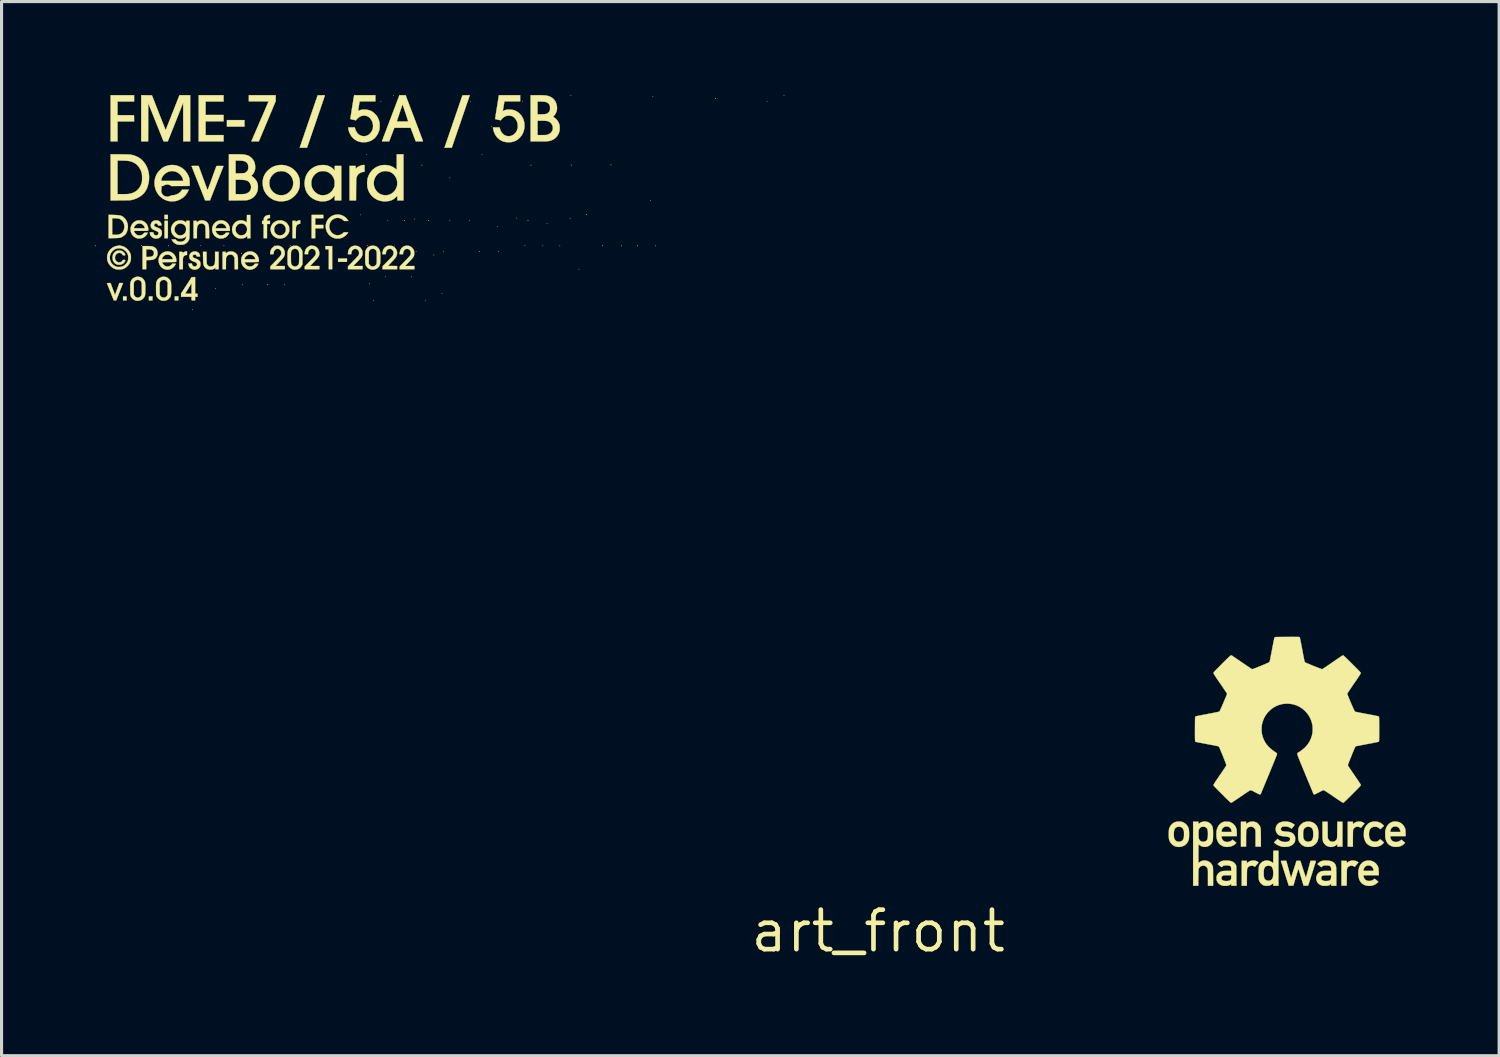
<source format=kicad_pcb>
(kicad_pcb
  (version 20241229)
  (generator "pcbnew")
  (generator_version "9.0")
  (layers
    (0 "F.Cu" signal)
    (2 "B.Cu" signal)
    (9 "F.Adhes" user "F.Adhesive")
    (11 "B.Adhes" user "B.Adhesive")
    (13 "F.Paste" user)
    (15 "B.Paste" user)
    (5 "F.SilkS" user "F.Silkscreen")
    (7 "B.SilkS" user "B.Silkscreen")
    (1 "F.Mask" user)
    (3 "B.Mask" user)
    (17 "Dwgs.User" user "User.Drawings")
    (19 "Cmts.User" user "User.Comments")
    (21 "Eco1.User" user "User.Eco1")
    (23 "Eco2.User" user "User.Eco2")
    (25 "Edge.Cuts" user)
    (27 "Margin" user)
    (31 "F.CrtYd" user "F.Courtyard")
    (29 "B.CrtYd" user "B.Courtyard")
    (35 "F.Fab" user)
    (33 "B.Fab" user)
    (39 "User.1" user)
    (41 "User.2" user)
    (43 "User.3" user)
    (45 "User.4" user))
  (footprint "art_front"
    (layer "F.Cu")
    (at 25.189 26.891)
    (property "Reference" "art_front" (at 0 0 0) (layer "F.SilkS") (effects (font (size 1.27 1.27) (thickness 0.15))))
    (attr through_hole)
    (fp_poly (pts (xy -24.168 -20.282) (xy -24.282 -20.282) (xy -24.282 -20.409) (xy -24.168 -20.409) (xy -24.168 -20.282)) (stroke (width 0.01) (type solid)) (fill yes) (layer "F.SilkS"))
    (fp_poly (pts (xy -23.336 -20.282) (xy -23.451 -20.282) (xy -23.451 -20.409) (xy -23.336 -20.409) (xy -23.336 -20.282)) (stroke (width 0.01) (type solid)) (fill yes) (layer "F.SilkS"))
    (fp_poly (pts (xy -22.841 -22.898) (xy -22.949 -22.898) (xy -22.949 -23.031) (xy -22.841 -23.031) (xy -22.841 -22.898)) (stroke (width 0.01) (type solid)) (fill yes) (layer "F.SilkS"))
    (fp_poly (pts (xy -22.841 -22.282) (xy -22.949 -22.282) (xy -22.949 -22.841) (xy -22.841 -22.841) (xy -22.841 -22.282)) (stroke (width 0.01) (type solid)) (fill yes) (layer "F.SilkS"))
    (fp_poly (pts (xy -22.504 -20.282) (xy -22.619 -20.282) (xy -22.619 -20.409) (xy -22.504 -20.409) (xy -22.504 -20.282)) (stroke (width 0.01) (type solid)) (fill yes) (layer "F.SilkS"))
    (fp_poly (pts (xy -20.377 -25.87) (xy -20.942 -25.87) (xy -20.942 -26.079) (xy -20.377 -26.079) (xy -20.377 -25.87)) (stroke (width 0.01) (type solid)) (fill yes) (layer "F.SilkS"))
    (fp_poly (pts (xy -17.081 -21.52) (xy -17.367 -21.52) (xy -17.367 -21.628) (xy -17.081 -21.628) (xy -17.081 -21.52)) (stroke (width 0.01) (type solid)) (fill yes) (layer "F.SilkS"))
    (fp_poly (pts (xy -17.558 -21.285) (xy -17.666 -21.285) (xy -17.666 -21.927) (xy -17.774 -21.927) (xy -17.774 -22.028) (xy -17.558 -22.028) (xy -17.558 -21.285)) (stroke (width 0.01) (type solid)) (fill yes) (layer "F.SilkS"))
    (fp_poly (pts (xy -20.44 -20.786) (xy -20.444 -20.78) (xy -20.447 -20.778) (xy -20.453 -20.78) (xy -20.452 -20.783) (xy -20.447 -20.79) (xy -20.445 -20.79) (xy -20.44 -20.786)) (stroke (width 0.01) (type solid)) (fill yes) (layer "F.SilkS"))
    (fp_poly (pts (xy -16.427 -22.043) (xy -16.424 -22.035) (xy -16.426 -22.032) (xy -16.435 -22.032) (xy -16.437 -22.035) (xy -16.439 -22.044) (xy -16.433 -22.046) (xy -16.427 -22.043)) (stroke (width 0.01) (type solid)) (fill yes) (layer "F.SilkS"))
    (fp_poly (pts (xy -16.352 -20.814) (xy -16.353 -20.808) (xy -16.356 -20.803) (xy -16.36 -20.808) (xy -16.363 -20.817) (xy -16.361 -20.82) (xy -16.355 -20.821) (xy -16.352 -20.814)) (stroke (width 0.01) (type solid)) (fill yes) (layer "F.SilkS"))
    (fp_poly (pts (xy -15.83 -21.04) (xy -15.834 -21.034) (xy -15.837 -21.032) (xy -15.843 -21.034) (xy -15.842 -21.037) (xy -15.837 -21.044) (xy -15.835 -21.044) (xy -15.83 -21.04)) (stroke (width 0.01) (type solid)) (fill yes) (layer "F.SilkS"))
    (fp_poly (pts (xy -14.998 -21.04) (xy -15.002 -21.034) (xy -15.005 -21.032) (xy -15.011 -21.034) (xy -15.01 -21.037) (xy -15.005 -21.044) (xy -15.003 -21.044) (xy -14.998 -21.04)) (stroke (width 0.01) (type solid)) (fill yes) (layer "F.SilkS"))
    (fp_poly (pts (xy -14.668 -24.634) (xy -14.665 -24.626) (xy -14.668 -24.623) (xy -14.676 -24.623) (xy -14.678 -24.626) (xy -14.68 -24.635) (xy -14.674 -24.637) (xy -14.668 -24.634)) (stroke (width 0.01) (type solid)) (fill yes) (layer "F.SilkS"))
    (fp_poly (pts (xy -11.158 -24.63) (xy -11.161 -24.625) (xy -11.169 -24.622) (xy -11.172 -24.624) (xy -11.172 -24.633) (xy -11.169 -24.635) (xy -11.16 -24.637) (xy -11.158 -24.63)) (stroke (width 0.01) (type solid)) (fill yes) (layer "F.SilkS"))
    (fp_poly (pts (xy -10.776 -22.037) (xy -10.779 -22.031) (xy -10.783 -22.029) (xy -10.788 -22.031) (xy -10.788 -22.034) (xy -10.782 -22.041) (xy -10.781 -22.041) (xy -10.776 -22.037)) (stroke (width 0.01) (type solid)) (fill yes) (layer "F.SilkS"))
    (fp_poly (pts (xy -10.23 -22.037) (xy -10.233 -22.031) (xy -10.237 -22.029) (xy -10.242 -22.031) (xy -10.242 -22.034) (xy -10.236 -22.041) (xy -10.234 -22.041) (xy -10.23 -22.037)) (stroke (width 0.01) (type solid)) (fill yes) (layer "F.SilkS"))
    (fp_poly (pts (xy -25.172 -22.042) (xy -25.171 -22.038) (xy -25.175 -22.029) (xy -25.178 -22.028) (xy -25.183 -22.033) (xy -25.184 -22.038) (xy -25.181 -22.046) (xy -25.178 -22.047) (xy -25.172 -22.042)) (stroke (width 0.01) (type solid)) (fill yes) (layer "F.SilkS"))
    (fp_poly (pts (xy -23.68 -22.048) (xy -23.679 -22.044) (xy -23.683 -22.036) (xy -23.686 -22.035) (xy -23.691 -22.04) (xy -23.692 -22.044) (xy -23.688 -22.052) (xy -23.686 -22.054) (xy -23.68 -22.048)) (stroke (width 0.01) (type solid)) (fill yes) (layer "F.SilkS"))
    (fp_poly (pts (xy -22.81 -22.037) (xy -22.809 -22.035) (xy -22.814 -22.029) (xy -22.819 -22.028) (xy -22.827 -22.032) (xy -22.828 -22.035) (xy -22.823 -22.04) (xy -22.819 -22.041) (xy -22.81 -22.037)) (stroke (width 0.01) (type solid)) (fill yes) (layer "F.SilkS"))
    (fp_poly (pts (xy -22.047 -19.985) (xy -22.047 -19.983) (xy -22.052 -19.977) (xy -22.054 -19.977) (xy -22.06 -19.982) (xy -22.06 -19.983) (xy -22.055 -19.99) (xy -22.054 -19.99) (xy -22.047 -19.985)) (stroke (width 0.01) (type solid)) (fill yes) (layer "F.SilkS"))
    (fp_poly (pts (xy -21.774 -22.042) (xy -21.774 -22.041) (xy -21.779 -22.035) (xy -21.78 -22.035) (xy -21.787 -22.039) (xy -21.787 -22.041) (xy -21.782 -22.047) (xy -21.78 -22.047) (xy -21.774 -22.042)) (stroke (width 0.01) (type solid)) (fill yes) (layer "F.SilkS"))
    (fp_poly (pts (xy -21.304 -20.658) (xy -21.304 -20.657) (xy -21.309 -20.65) (xy -21.311 -20.65) (xy -21.317 -20.655) (xy -21.317 -20.657) (xy -21.312 -20.663) (xy -21.311 -20.663) (xy -21.304 -20.658)) (stroke (width 0.01) (type solid)) (fill yes) (layer "F.SilkS"))
    (fp_poly (pts (xy -21.031 -22.042) (xy -21.031 -22.041) (xy -21.036 -22.035) (xy -21.038 -22.035) (xy -21.044 -22.039) (xy -21.044 -22.041) (xy -21.039 -22.047) (xy -21.038 -22.047) (xy -21.031 -22.042)) (stroke (width 0.01) (type solid)) (fill yes) (layer "F.SilkS"))
    (fp_poly (pts (xy -20.467 -21.794) (xy -20.466 -21.79) (xy -20.469 -21.782) (xy -20.472 -21.78) (xy -20.478 -21.786) (xy -20.479 -21.79) (xy -20.475 -21.798) (xy -20.472 -21.8) (xy -20.467 -21.794)) (stroke (width 0.01) (type solid)) (fill yes) (layer "F.SilkS"))
    (fp_poly (pts (xy -19.622 -20.791) (xy -19.622 -20.787) (xy -19.625 -20.778) (xy -19.628 -20.777) (xy -19.633 -20.782) (xy -19.634 -20.787) (xy -19.631 -20.795) (xy -19.628 -20.796) (xy -19.622 -20.791)) (stroke (width 0.01) (type solid)) (fill yes) (layer "F.SilkS"))
    (fp_poly (pts (xy -19.406 -22.042) (xy -19.406 -22.041) (xy -19.41 -22.035) (xy -19.412 -22.035) (xy -19.418 -22.039) (xy -19.418 -22.041) (xy -19.413 -22.047) (xy -19.412 -22.047) (xy -19.406 -22.042)) (stroke (width 0.01) (type solid)) (fill yes) (layer "F.SilkS"))
    (fp_poly (pts (xy -19.088 -20.785) (xy -19.088 -20.784) (xy -19.093 -20.777) (xy -19.094 -20.777) (xy -19.101 -20.782) (xy -19.101 -20.784) (xy -19.096 -20.79) (xy -19.094 -20.79) (xy -19.088 -20.785)) (stroke (width 0.01) (type solid)) (fill yes) (layer "F.SilkS"))
    (fp_poly (pts (xy -18.898 -22.042) (xy -18.898 -22.041) (xy -18.902 -22.035) (xy -18.904 -22.035) (xy -18.91 -22.039) (xy -18.91 -22.041) (xy -18.905 -22.047) (xy -18.904 -22.047) (xy -18.898 -22.042)) (stroke (width 0.01) (type solid)) (fill yes) (layer "F.SilkS"))
    (fp_poly (pts (xy -16.644 -23.033) (xy -16.643 -23.031) (xy -16.648 -23.025) (xy -16.65 -23.025) (xy -16.656 -23.03) (xy -16.656 -23.031) (xy -16.651 -23.038) (xy -16.65 -23.038) (xy -16.644 -23.033)) (stroke (width 0.01) (type solid)) (fill yes) (layer "F.SilkS"))
    (fp_poly (pts (xy -16.44 -24.982) (xy -16.44 -24.981) (xy -16.445 -24.975) (xy -16.447 -24.975) (xy -16.453 -24.979) (xy -16.453 -24.981) (xy -16.448 -24.987) (xy -16.447 -24.987) (xy -16.44 -24.982)) (stroke (width 0.01) (type solid)) (fill yes) (layer "F.SilkS"))
    (fp_poly (pts (xy -16.224 -20.283) (xy -16.224 -20.282) (xy -16.229 -20.276) (xy -16.231 -20.276) (xy -16.237 -20.28) (xy -16.237 -20.282) (xy -16.232 -20.288) (xy -16.231 -20.288) (xy -16.224 -20.283)) (stroke (width 0.01) (type solid)) (fill yes) (layer "F.SilkS"))
    (fp_poly (pts (xy -15.983 -26.678) (xy -15.983 -26.676) (xy -15.988 -26.67) (xy -15.989 -26.67) (xy -15.995 -26.675) (xy -15.996 -26.676) (xy -15.991 -26.683) (xy -15.989 -26.683) (xy -15.983 -26.678)) (stroke (width 0.01) (type solid)) (fill yes) (layer "F.SilkS"))
    (fp_poly (pts (xy -15.761 -22.855) (xy -15.761 -22.854) (xy -15.766 -22.847) (xy -15.767 -22.847) (xy -15.773 -22.852) (xy -15.773 -22.854) (xy -15.769 -22.86) (xy -15.767 -22.86) (xy -15.761 -22.855)) (stroke (width 0.01) (type solid)) (fill yes) (layer "F.SilkS"))
    (fp_poly (pts (xy -15.583 -26.881) (xy -15.583 -26.88) (xy -15.588 -26.873) (xy -15.589 -26.873) (xy -15.595 -26.878) (xy -15.596 -26.88) (xy -15.591 -26.886) (xy -15.589 -26.886) (xy -15.583 -26.881)) (stroke (width 0.01) (type solid)) (fill yes) (layer "F.SilkS"))
    (fp_poly (pts (xy -15.539 -22.03) (xy -15.538 -22.028) (xy -15.543 -22.022) (xy -15.545 -22.022) (xy -15.551 -22.027) (xy -15.551 -22.028) (xy -15.546 -22.034) (xy -15.545 -22.035) (xy -15.539 -22.03)) (stroke (width 0.01) (type solid)) (fill yes) (layer "F.SilkS"))
    (fp_poly (pts (xy -15.228 -22.855) (xy -15.227 -22.85) (xy -15.231 -22.842) (xy -15.234 -22.841) (xy -15.239 -22.846) (xy -15.24 -22.85) (xy -15.237 -22.859) (xy -15.234 -22.86) (xy -15.228 -22.855)) (stroke (width 0.01) (type solid)) (fill yes) (layer "F.SilkS"))
    (fp_poly (pts (xy -14.897 -22.9) (xy -14.897 -22.898) (xy -14.902 -22.892) (xy -14.903 -22.892) (xy -14.91 -22.897) (xy -14.91 -22.898) (xy -14.905 -22.904) (xy -14.903 -22.904) (xy -14.897 -22.9)) (stroke (width 0.01) (type solid)) (fill yes) (layer "F.SilkS"))
    (fp_poly (pts (xy -14.853 -21.852) (xy -14.853 -21.85) (xy -14.857 -21.844) (xy -14.859 -21.844) (xy -14.865 -21.849) (xy -14.865 -21.85) (xy -14.861 -21.857) (xy -14.859 -21.857) (xy -14.853 -21.852)) (stroke (width 0.01) (type solid)) (fill yes) (layer "F.SilkS"))
    (fp_poly (pts (xy -14.561 -20.283) (xy -14.561 -20.282) (xy -14.565 -20.276) (xy -14.567 -20.276) (xy -14.573 -20.28) (xy -14.573 -20.282) (xy -14.568 -20.288) (xy -14.567 -20.288) (xy -14.561 -20.283)) (stroke (width 0.01) (type solid)) (fill yes) (layer "F.SilkS"))
    (fp_poly (pts (xy -14.447 -22.857) (xy -14.446 -22.854) (xy -14.451 -22.848) (xy -14.456 -22.847) (xy -14.464 -22.851) (xy -14.465 -22.854) (xy -14.46 -22.859) (xy -14.456 -22.86) (xy -14.447 -22.857)) (stroke (width 0.01) (type solid)) (fill yes) (layer "F.SilkS"))
    (fp_poly (pts (xy -14.281 -21.744) (xy -14.281 -21.742) (xy -14.286 -21.736) (xy -14.287 -21.736) (xy -14.294 -21.741) (xy -14.294 -21.742) (xy -14.289 -21.749) (xy -14.287 -21.749) (xy -14.281 -21.744)) (stroke (width 0.01) (type solid)) (fill yes) (layer "F.SilkS"))
    (fp_poly (pts (xy -14.021 -20.499) (xy -14.021 -20.498) (xy -14.026 -20.492) (xy -14.027 -20.491) (xy -14.033 -20.496) (xy -14.034 -20.498) (xy -14.029 -20.504) (xy -14.027 -20.504) (xy -14.021 -20.499)) (stroke (width 0.01) (type solid)) (fill yes) (layer "F.SilkS"))
    (fp_poly (pts (xy -13.977 -21.852) (xy -13.976 -21.85) (xy -13.981 -21.844) (xy -13.983 -21.844) (xy -13.989 -21.849) (xy -13.989 -21.85) (xy -13.984 -21.857) (xy -13.983 -21.857) (xy -13.977 -21.852)) (stroke (width 0.01) (type solid)) (fill yes) (layer "F.SilkS"))
    (fp_poly (pts (xy -13.767 -24.22) (xy -13.767 -24.219) (xy -13.772 -24.213) (xy -13.773 -24.213) (xy -13.779 -24.217) (xy -13.78 -24.219) (xy -13.775 -24.225) (xy -13.773 -24.225) (xy -13.767 -24.22)) (stroke (width 0.01) (type solid)) (fill yes) (layer "F.SilkS"))
    (fp_poly (pts (xy -13.767 -22.855) (xy -13.767 -22.854) (xy -13.772 -22.847) (xy -13.773 -22.847) (xy -13.779 -22.852) (xy -13.78 -22.854) (xy -13.775 -22.86) (xy -13.773 -22.86) (xy -13.767 -22.855)) (stroke (width 0.01) (type solid)) (fill yes) (layer "F.SilkS"))
    (fp_poly (pts (xy -13.145 -22.855) (xy -13.145 -22.854) (xy -13.149 -22.847) (xy -13.151 -22.847) (xy -13.157 -22.852) (xy -13.157 -22.854) (xy -13.152 -22.86) (xy -13.151 -22.86) (xy -13.145 -22.855)) (stroke (width 0.01) (type solid)) (fill yes) (layer "F.SilkS"))
    (fp_poly (pts (xy -13.107 -26.678) (xy -13.106 -26.676) (xy -13.111 -26.67) (xy -13.113 -26.67) (xy -13.119 -26.675) (xy -13.119 -26.676) (xy -13.114 -26.683) (xy -13.113 -26.683) (xy -13.107 -26.678)) (stroke (width 0.01) (type solid)) (fill yes) (layer "F.SilkS"))
    (fp_poly (pts (xy -12.822 -21.853) (xy -12.821 -21.85) (xy -12.825 -21.844) (xy -12.827 -21.844) (xy -12.835 -21.849) (xy -12.837 -21.85) (xy -12.835 -21.856) (xy -12.831 -21.857) (xy -12.822 -21.853)) (stroke (width 0.01) (type solid)) (fill yes) (layer "F.SilkS"))
    (fp_poly (pts (xy -12.732 -24.982) (xy -12.732 -24.981) (xy -12.737 -24.975) (xy -12.738 -24.975) (xy -12.744 -24.979) (xy -12.744 -24.981) (xy -12.74 -24.987) (xy -12.738 -24.987) (xy -12.732 -24.982)) (stroke (width 0.01) (type solid)) (fill yes) (layer "F.SilkS"))
    (fp_poly (pts (xy -12.433 -25.871) (xy -12.433 -25.87) (xy -12.438 -25.864) (xy -12.44 -25.864) (xy -12.446 -25.868) (xy -12.446 -25.87) (xy -12.441 -25.876) (xy -12.44 -25.876) (xy -12.433 -25.871)) (stroke (width 0.01) (type solid)) (fill yes) (layer "F.SilkS"))
    (fp_poly (pts (xy -12.243 -22.658) (xy -12.243 -22.657) (xy -12.248 -22.651) (xy -12.249 -22.65) (xy -12.255 -22.655) (xy -12.255 -22.657) (xy -12.251 -22.663) (xy -12.249 -22.663) (xy -12.243 -22.658)) (stroke (width 0.01) (type solid)) (fill yes) (layer "F.SilkS"))
    (fp_poly (pts (xy -12.199 -21.852) (xy -12.198 -21.85) (xy -12.203 -21.844) (xy -12.205 -21.844) (xy -12.211 -21.849) (xy -12.211 -21.85) (xy -12.206 -21.857) (xy -12.205 -21.857) (xy -12.199 -21.852)) (stroke (width 0.01) (type solid)) (fill yes) (layer "F.SilkS"))
    (fp_poly (pts (xy -11.614 -22.931) (xy -11.614 -22.93) (xy -11.619 -22.924) (xy -11.62 -22.924) (xy -11.627 -22.928) (xy -11.627 -22.93) (xy -11.622 -22.936) (xy -11.62 -22.936) (xy -11.614 -22.931)) (stroke (width 0.01) (type solid)) (fill yes) (layer "F.SilkS"))
    (fp_poly (pts (xy -11.43 -26.691) (xy -11.43 -26.689) (xy -11.435 -26.683) (xy -11.436 -26.683) (xy -11.443 -26.688) (xy -11.443 -26.689) (xy -11.438 -26.695) (xy -11.436 -26.695) (xy -11.43 -26.691)) (stroke (width 0.01) (type solid)) (fill yes) (layer "F.SilkS"))
    (fp_poly (pts (xy -11.354 -22.042) (xy -11.354 -22.041) (xy -11.359 -22.035) (xy -11.36 -22.035) (xy -11.366 -22.039) (xy -11.367 -22.041) (xy -11.362 -22.047) (xy -11.36 -22.047) (xy -11.354 -22.042)) (stroke (width 0.01) (type solid)) (fill yes) (layer "F.SilkS"))
    (fp_poly (pts (xy -11.253 -22.857) (xy -11.252 -22.854) (xy -11.257 -22.847) (xy -11.258 -22.847) (xy -11.267 -22.852) (xy -11.268 -22.854) (xy -11.267 -22.859) (xy -11.262 -22.86) (xy -11.253 -22.857)) (stroke (width 0.01) (type solid)) (fill yes) (layer "F.SilkS"))
    (fp_poly (pts (xy -10.643 -22.747) (xy -10.643 -22.746) (xy -10.647 -22.74) (xy -10.649 -22.739) (xy -10.655 -22.744) (xy -10.655 -22.746) (xy -10.65 -22.752) (xy -10.649 -22.752) (xy -10.643 -22.747)) (stroke (width 0.01) (type solid)) (fill yes) (layer "F.SilkS"))
    (fp_poly (pts (xy -9.9 -22.925) (xy -9.9 -22.924) (xy -9.904 -22.917) (xy -9.906 -22.917) (xy -9.912 -22.922) (xy -9.912 -22.924) (xy -9.908 -22.93) (xy -9.906 -22.93) (xy -9.9 -22.925)) (stroke (width 0.01) (type solid)) (fill yes) (layer "F.SilkS"))
    (fp_poly (pts (xy -9.874 -26.881) (xy -9.874 -26.88) (xy -9.879 -26.873) (xy -9.881 -26.873) (xy -9.887 -26.878) (xy -9.887 -26.88) (xy -9.882 -26.886) (xy -9.881 -26.886) (xy -9.874 -26.881)) (stroke (width 0.01) (type solid)) (fill yes) (layer "F.SilkS"))
    (fp_poly (pts (xy -9.863 -24.635) (xy -9.862 -24.632) (xy -9.866 -24.625) (xy -9.868 -24.625) (xy -9.876 -24.63) (xy -9.877 -24.632) (xy -9.876 -24.637) (xy -9.871 -24.638) (xy -9.863 -24.635)) (stroke (width 0.01) (type solid)) (fill yes) (layer "F.SilkS"))
    (fp_poly (pts (xy -9.614 -21.287) (xy -9.614 -21.285) (xy -9.619 -21.279) (xy -9.62 -21.279) (xy -9.626 -21.284) (xy -9.627 -21.285) (xy -9.622 -21.291) (xy -9.62 -21.292) (xy -9.614 -21.287)) (stroke (width 0.01) (type solid)) (fill yes) (layer "F.SilkS"))
    (fp_poly (pts (xy -9.374 -23.041) (xy -9.373 -23.038) (xy -9.378 -23.032) (xy -9.382 -23.031) (xy -9.391 -23.035) (xy -9.392 -23.038) (xy -9.387 -23.043) (xy -9.382 -23.044) (xy -9.374 -23.041)) (stroke (width 0.01) (type solid)) (fill yes) (layer "F.SilkS"))
    (fp_poly (pts (xy -8.856 -22.043) (xy -8.855 -22.041) (xy -8.857 -22.035) (xy -8.861 -22.035) (xy -8.87 -22.038) (xy -8.871 -22.041) (xy -8.866 -22.047) (xy -8.865 -22.047) (xy -8.856 -22.043)) (stroke (width 0.01) (type solid)) (fill yes) (layer "F.SilkS"))
    (fp_poly (pts (xy -8.586 -24.641) (xy -8.585 -24.638) (xy -8.59 -24.632) (xy -8.595 -24.632) (xy -8.603 -24.635) (xy -8.604 -24.638) (xy -8.599 -24.644) (xy -8.595 -24.644) (xy -8.586 -24.641)) (stroke (width 0.01) (type solid)) (fill yes) (layer "F.SilkS"))
    (fp_poly (pts (xy -8.242 -22.036) (xy -8.242 -22.035) (xy -8.247 -22.029) (xy -8.252 -22.028) (xy -8.259 -22.031) (xy -8.258 -22.035) (xy -8.25 -22.041) (xy -8.248 -22.041) (xy -8.242 -22.036)) (stroke (width 0.01) (type solid)) (fill yes) (layer "F.SilkS"))
    (fp_poly (pts (xy -7.729 -22.042) (xy -7.728 -22.038) (xy -7.731 -22.029) (xy -7.734 -22.028) (xy -7.74 -22.033) (xy -7.741 -22.038) (xy -7.737 -22.046) (xy -7.734 -22.047) (xy -7.729 -22.042)) (stroke (width 0.01) (type solid)) (fill yes) (layer "F.SilkS"))
    (fp_poly (pts (xy -7.322 -23.497) (xy -7.322 -23.495) (xy -7.326 -23.489) (xy -7.328 -23.489) (xy -7.334 -23.493) (xy -7.334 -23.495) (xy -7.329 -23.501) (xy -7.328 -23.501) (xy -7.322 -23.497)) (stroke (width 0.01) (type solid)) (fill yes) (layer "F.SilkS"))
    (fp_poly (pts (xy -7.239 -26.849) (xy -7.239 -26.848) (xy -7.244 -26.842) (xy -7.245 -26.841) (xy -7.252 -26.846) (xy -7.252 -26.848) (xy -7.247 -26.854) (xy -7.245 -26.854) (xy -7.239 -26.849)) (stroke (width 0.01) (type solid)) (fill yes) (layer "F.SilkS"))
    (fp_poly (pts (xy -7.15 -22.036) (xy -7.15 -22.035) (xy -7.155 -22.028) (xy -7.156 -22.028) (xy -7.163 -22.033) (xy -7.163 -22.035) (xy -7.158 -22.041) (xy -7.156 -22.041) (xy -7.15 -22.036)) (stroke (width 0.01) (type solid)) (fill yes) (layer "F.SilkS"))
    (fp_poly (pts (xy -5.221 -26.781) (xy -5.22 -26.778) (xy -5.225 -26.772) (xy -5.229 -26.772) (xy -5.238 -26.775) (xy -5.239 -26.778) (xy -5.234 -26.784) (xy -5.229 -26.784) (xy -5.221 -26.781)) (stroke (width 0.01) (type solid)) (fill yes) (layer "F.SilkS"))
    (fp_poly (pts (xy -3.569 -26.684) (xy -3.569 -26.683) (xy -3.574 -26.677) (xy -3.575 -26.676) (xy -3.581 -26.681) (xy -3.581 -26.683) (xy -3.577 -26.689) (xy -3.575 -26.689) (xy -3.569 -26.684)) (stroke (width 0.01) (type solid)) (fill yes) (layer "F.SilkS"))
    (fp_poly (pts (xy -3.023 -26.881) (xy -3.023 -26.88) (xy -3.027 -26.873) (xy -3.029 -26.873) (xy -3.035 -26.878) (xy -3.035 -26.88) (xy -3.03 -26.886) (xy -3.029 -26.886) (xy -3.023 -26.881)) (stroke (width 0.01) (type solid)) (fill yes) (layer "F.SilkS"))
    (fp_poly (pts (xy -17.843 -22.924) (xy -18.104 -22.924) (xy -18.104 -22.708) (xy -17.843 -22.708) (xy -17.843 -22.6) (xy -18.104 -22.6) (xy -18.104 -22.282) (xy -18.218 -22.282) (xy -18.218 -23.031) (xy -17.843 -23.031) (xy -17.843 -22.924)) (stroke (width 0.01) (type solid)) (fill yes) (layer "F.SilkS"))
    (fp_poly (pts (xy -23.927 -26.676) (xy -24.46 -26.676) (xy -24.46 -26.238) (xy -24.195 -26.237) (xy -23.93 -26.235) (xy -23.928 -26.135) (xy -23.926 -26.035) (xy -24.46 -26.035) (xy -24.46 -25.394) (xy -24.682 -25.394) (xy -24.682 -26.88) (xy -23.927 -26.88) (xy -23.927 -26.676)) (stroke (width 0.01) (type solid)) (fill yes) (layer "F.SilkS"))
    (fp_poly (pts (xy -21.05 -26.676) (xy -21.628 -26.676) (xy -21.628 -26.245) (xy -21.05 -26.245) (xy -21.05 -26.041) (xy -21.628 -26.041) (xy -21.628 -25.597) (xy -21.05 -25.597) (xy -21.05 -25.394) (xy -21.85 -25.394) (xy -21.85 -26.88) (xy -21.05 -26.88) (xy -21.05 -26.676)) (stroke (width 0.01) (type solid)) (fill yes) (layer "F.SilkS"))
    (fp_poly (pts (xy -18.586 -22.748) (xy -18.622 -22.74) (xy -18.66 -22.726) (xy -18.69 -22.702) (xy -18.71 -22.669) (xy -18.711 -22.668) (xy -18.714 -22.658) (xy -18.717 -22.647) (xy -18.719 -22.632) (xy -18.721 -22.612) (xy -18.722 -22.586) (xy -18.723 -22.551) (xy -18.724 -22.506) (xy -18.725 -22.462) (xy -18.727 -22.282) (xy -18.834 -22.282) (xy -18.834 -22.841) (xy -18.733 -22.841) (xy -18.733 -22.797) (xy -18.712 -22.816) (xy -18.684 -22.834) (xy -18.647 -22.848) (xy -18.61 -22.857) (xy -18.586 -22.861) (xy -18.586 -22.748)) (stroke (width 0.01) (type solid)) (fill yes) (layer "F.SilkS"))
    (fp_poly (pts (xy -19.558 -22.932) (xy -19.593 -22.924) (xy -19.624 -22.913) (xy -19.644 -22.896) (xy -19.653 -22.872) (xy -19.653 -22.862) (xy -19.653 -22.841) (xy -19.558 -22.841) (xy -19.558 -22.739) (xy -19.653 -22.739) (xy -19.653 -22.282) (xy -19.761 -22.282) (xy -19.761 -22.739) (xy -19.812 -22.739) (xy -19.812 -22.841) (xy -19.763 -22.841) (xy -19.76 -22.881) (xy -19.753 -22.924) (xy -19.736 -22.959) (xy -19.709 -22.988) (xy -19.705 -22.992) (xy -19.682 -23.006) (xy -19.657 -23.017) (xy -19.627 -23.023) (xy -19.595 -23.027) (xy -19.558 -23.031) (xy -19.558 -22.932)) (stroke (width 0.01) (type solid)) (fill yes) (layer "F.SilkS"))
    (fp_poly (pts (xy -22.225 -21.742) (xy -22.242 -21.742) (xy -22.258 -21.74) (xy -22.279 -21.733) (xy -22.293 -21.727) (xy -22.314 -21.715) (xy -22.328 -21.703) (xy -22.339 -21.685) (xy -22.343 -21.678) (xy -22.347 -21.667) (xy -22.351 -21.658) (xy -22.353 -21.647) (xy -22.355 -21.634) (xy -22.357 -21.616) (xy -22.358 -21.593) (xy -22.358 -21.561) (xy -22.358 -21.521) (xy -22.358 -21.469) (xy -22.358 -21.465) (xy -22.358 -21.285) (xy -22.473 -21.285) (xy -22.473 -21.845) (xy -22.42 -21.843) (xy -22.395 -21.842) (xy -22.379 -21.84) (xy -22.371 -21.837) (xy -22.367 -21.831) (xy -22.366 -21.823) (xy -22.364 -21.806) (xy -22.342 -21.822) (xy -22.317 -21.837) (xy -22.286 -21.849) (xy -22.255 -21.856) (xy -22.243 -21.857) (xy -22.225 -21.857) (xy -22.225 -21.742)) (stroke (width 0.01) (type solid)) (fill yes) (layer "F.SilkS"))
    (fp_poly (pts (xy -20.767 -21.852) (xy -20.719 -21.838) (xy -20.677 -21.816) (xy -20.651 -21.794) (xy -20.635 -21.777) (xy -20.622 -21.76) (xy -20.611 -21.742) (xy -20.603 -21.722) (xy -20.597 -21.697) (xy -20.592 -21.667) (xy -20.589 -21.63) (xy -20.588 -21.585) (xy -20.587 -21.53) (xy -20.587 -21.474) (xy -20.587 -21.285) (xy -20.694 -21.285) (xy -20.698 -21.651) (xy -20.717 -21.688) (xy -20.737 -21.719) (xy -20.761 -21.74) (xy -20.791 -21.751) (xy -20.829 -21.754) (xy -20.838 -21.754) (xy -20.878 -21.749) (xy -20.908 -21.736) (xy -20.932 -21.714) (xy -20.952 -21.682) (xy -20.953 -21.681) (xy -20.971 -21.644) (xy -20.973 -21.465) (xy -20.975 -21.285) (xy -21.082 -21.285) (xy -21.082 -21.844) (xy -20.98 -21.844) (xy -20.98 -21.793) (xy -20.951 -21.815) (xy -20.911 -21.839) (xy -20.865 -21.852) (xy -20.816 -21.857) (xy -20.767 -21.852)) (stroke (width 0.01) (type solid)) (fill yes) (layer "F.SilkS"))
    (fp_poly (pts (xy -17.816 -26.878) (xy -17.803 -26.877) (xy -17.796 -26.875) (xy -17.794 -26.872) (xy -17.794 -26.868) (xy -17.794 -26.868) (xy -17.796 -26.86) (xy -17.802 -26.842) (xy -17.812 -26.812) (xy -17.825 -26.773) (xy -17.842 -26.725) (xy -17.861 -26.668) (xy -17.883 -26.603) (xy -17.908 -26.531) (xy -17.934 -26.453) (xy -17.963 -26.369) (xy -17.994 -26.279) (xy -18.026 -26.186) (xy -18.059 -26.089) (xy -18.081 -26.023) (xy -18.367 -25.19) (xy -18.601 -25.19) (xy -18.597 -25.205) (xy -18.594 -25.212) (xy -18.588 -25.231) (xy -18.578 -25.261) (xy -18.564 -25.3) (xy -18.548 -25.349) (xy -18.528 -25.406) (xy -18.506 -25.471) (xy -18.481 -25.543) (xy -18.455 -25.622) (xy -18.426 -25.706) (xy -18.395 -25.795) (xy -18.363 -25.889) (xy -18.33 -25.986) (xy -18.309 -26.048) (xy -18.024 -26.876) (xy -17.908 -26.878) (xy -17.867 -26.879) (xy -17.837 -26.879) (xy -17.816 -26.878)) (stroke (width 0.01) (type solid)) (fill yes) (layer "F.SilkS"))
    (fp_poly (pts (xy -24.294 -20.813) (xy -24.298 -20.801) (xy -24.307 -20.779) (xy -24.319 -20.748) (xy -24.334 -20.709) (xy -24.352 -20.664) (xy -24.372 -20.614) (xy -24.393 -20.56) (xy -24.403 -20.534) (xy -24.501 -20.282) (xy -24.541 -20.282) (xy -24.58 -20.282) (xy -24.69 -20.56) (xy -24.8 -20.838) (xy -24.744 -20.839) (xy -24.718 -20.84) (xy -24.698 -20.84) (xy -24.686 -20.839) (xy -24.685 -20.839) (xy -24.682 -20.832) (xy -24.675 -20.815) (xy -24.665 -20.789) (xy -24.653 -20.756) (xy -24.638 -20.716) (xy -24.622 -20.672) (xy -24.613 -20.647) (xy -24.596 -20.601) (xy -24.58 -20.559) (xy -24.566 -20.522) (xy -24.555 -20.492) (xy -24.547 -20.47) (xy -24.542 -20.458) (xy -24.541 -20.456) (xy -24.539 -20.461) (xy -24.533 -20.477) (xy -24.523 -20.502) (xy -24.511 -20.535) (xy -24.497 -20.574) (xy -24.481 -20.619) (xy -24.47 -20.647) (xy -24.401 -20.841) (xy -24.283 -20.841) (xy -24.294 -20.813)) (stroke (width 0.01) (type solid)) (fill yes) (layer "F.SilkS"))
    (fp_poly (pts (xy -16.532 -24.637) (xy -16.523 -24.632) (xy -16.518 -24.621) (xy -16.516 -24.602) (xy -16.516 -24.573) (xy -16.516 -24.533) (xy -16.516 -24.527) (xy -16.516 -24.416) (xy -16.537 -24.416) (xy -16.572 -24.411) (xy -16.612 -24.4) (xy -16.652 -24.383) (xy -16.688 -24.363) (xy -16.711 -24.345) (xy -16.735 -24.316) (xy -16.756 -24.277) (xy -16.773 -24.233) (xy -16.775 -24.228) (xy -16.777 -24.218) (xy -16.779 -24.207) (xy -16.781 -24.193) (xy -16.782 -24.175) (xy -16.783 -24.153) (xy -16.785 -24.124) (xy -16.785 -24.088) (xy -16.786 -24.043) (xy -16.787 -23.99) (xy -16.787 -23.926) (xy -16.788 -23.85) (xy -16.788 -23.843) (xy -16.79 -23.495) (xy -16.999 -23.495) (xy -16.999 -24.606) (xy -16.802 -24.606) (xy -16.802 -24.513) (xy -16.77 -24.545) (xy -16.731 -24.575) (xy -16.684 -24.6) (xy -16.632 -24.62) (xy -16.595 -24.629) (xy -16.567 -24.634) (xy -16.546 -24.637) (xy -16.532 -24.637)) (stroke (width 0.01) (type solid)) (fill yes) (layer "F.SilkS"))
    (fp_poly (pts (xy -23.526 -26.878) (xy -23.353 -26.876) (xy -23.134 -26.316) (xy -23.103 -26.236) (xy -23.072 -26.159) (xy -23.044 -26.087) (xy -23.017 -26.02) (xy -22.993 -25.958) (xy -22.971 -25.904) (xy -22.952 -25.857) (xy -22.936 -25.818) (xy -22.924 -25.789) (xy -22.915 -25.769) (xy -22.911 -25.761) (xy -22.911 -25.76) (xy -22.908 -25.767) (xy -22.901 -25.784) (xy -22.889 -25.812) (xy -22.875 -25.849) (xy -22.857 -25.894) (xy -22.835 -25.948) (xy -22.812 -26.008) (xy -22.786 -26.074) (xy -22.757 -26.145) (xy -22.728 -26.221) (xy -22.697 -26.301) (xy -22.688 -26.322) (xy -22.469 -26.879) (xy -22.296 -26.879) (xy -22.123 -26.88) (xy -22.123 -25.394) (xy -22.346 -25.394) (xy -22.347 -26.015) (xy -22.349 -26.637) (xy -22.596 -26.015) (xy -22.844 -25.394) (xy -22.979 -25.394) (xy -23.226 -26.01) (xy -23.473 -26.627) (xy -23.474 -26.01) (xy -23.476 -25.394) (xy -23.698 -25.394) (xy -23.698 -26.88) (xy -23.526 -26.878)) (stroke (width 0.01) (type solid)) (fill yes) (layer "F.SilkS"))
    (fp_poly (pts (xy 15.343 -2.26) (xy 15.394 -2.24) (xy 15.419 -2.226) (xy 15.444 -2.209) (xy 15.406 -2.164) (xy 15.386 -2.14) (xy 15.366 -2.116) (xy 15.35 -2.097) (xy 15.346 -2.092) (xy 15.324 -2.067) (xy 15.293 -2.084) (xy 15.257 -2.1) (xy 15.223 -2.105) (xy 15.188 -2.102) (xy 15.184 -2.102) (xy 15.146 -2.088) (xy 15.113 -2.065) (xy 15.089 -2.035) (xy 15.086 -2.03) (xy 15.083 -2.024) (xy 15.08 -2.017) (xy 15.077 -2.008) (xy 15.075 -1.997) (xy 15.074 -1.982) (xy 15.073 -1.962) (xy 15.072 -1.935) (xy 15.071 -1.901) (xy 15.07 -1.858) (xy 15.069 -1.805) (xy 15.069 -1.741) (xy 15.069 -1.734) (xy 15.065 -1.464) (xy 14.981 -1.462) (xy 14.897 -1.46) (xy 14.897 -2.261) (xy 14.981 -2.259) (xy 15.065 -2.257) (xy 15.067 -2.222) (xy 15.069 -2.186) (xy 15.092 -2.207) (xy 15.135 -2.237) (xy 15.183 -2.258) (xy 15.235 -2.269) (xy 15.29 -2.27) (xy 15.343 -2.26)) (stroke (width 0.01) (type solid)) (fill yes) (layer "F.SilkS"))
    (fp_poly (pts (xy 15.489 -3.522) (xy 15.523 -3.519) (xy 15.55 -3.512) (xy 15.578 -3.5) (xy 15.579 -3.499) (xy 15.606 -3.486) (xy 15.623 -3.476) (xy 15.632 -3.466) (xy 15.632 -3.456) (xy 15.624 -3.441) (xy 15.608 -3.421) (xy 15.589 -3.399) (xy 15.569 -3.375) (xy 15.551 -3.354) (xy 15.537 -3.338) (xy 15.529 -3.329) (xy 15.529 -3.329) (xy 15.523 -3.325) (xy 15.512 -3.327) (xy 15.495 -3.335) (xy 15.485 -3.34) (xy 15.445 -3.355) (xy 15.406 -3.359) (xy 15.365 -3.351) (xy 15.339 -3.339) (xy 15.313 -3.318) (xy 15.291 -3.293) (xy 15.276 -3.267) (xy 15.273 -3.26) (xy 15.271 -3.248) (xy 15.269 -3.228) (xy 15.268 -3.199) (xy 15.267 -3.16) (xy 15.266 -3.11) (xy 15.266 -3.05) (xy 15.265 -2.977) (xy 15.265 -2.718) (xy 15.1 -2.718) (xy 15.1 -3.518) (xy 15.265 -3.518) (xy 15.265 -3.441) (xy 15.292 -3.463) (xy 15.339 -3.494) (xy 15.389 -3.514) (xy 15.444 -3.523) (xy 15.489 -3.522)) (stroke (width 0.01) (type solid)) (fill yes) (layer "F.SilkS"))
    (fp_poly (pts (xy -13.166 -26.78) (xy -13.173 -26.76) (xy -13.183 -26.729) (xy -13.197 -26.689) (xy -13.215 -26.639) (xy -13.235 -26.58) (xy -13.257 -26.514) (xy -13.282 -26.442) (xy -13.309 -26.364) (xy -13.337 -26.282) (xy -13.366 -26.196) (xy -13.397 -26.107) (xy -13.428 -26.016) (xy -13.43 -26.01) (xy -13.461 -25.919) (xy -13.492 -25.831) (xy -13.521 -25.746) (xy -13.549 -25.665) (xy -13.575 -25.589) (xy -13.599 -25.519) (xy -13.621 -25.455) (xy -13.64 -25.399) (xy -13.656 -25.351) (xy -13.669 -25.312) (xy -13.679 -25.284) (xy -13.685 -25.266) (xy -13.686 -25.265) (xy -13.711 -25.19) (xy -13.945 -25.19) (xy -13.941 -25.205) (xy -13.938 -25.212) (xy -13.932 -25.231) (xy -13.922 -25.261) (xy -13.908 -25.3) (xy -13.892 -25.349) (xy -13.872 -25.406) (xy -13.85 -25.471) (xy -13.825 -25.543) (xy -13.798 -25.622) (xy -13.769 -25.706) (xy -13.739 -25.795) (xy -13.707 -25.889) (xy -13.674 -25.986) (xy -13.652 -26.048) (xy -13.368 -26.876) (xy -13.25 -26.878) (xy -13.133 -26.88) (xy -13.166 -26.78)) (stroke (width 0.01) (type solid)) (fill yes) (layer "F.SilkS"))
    (fp_poly (pts (xy -19.374 -26.689) (xy -19.645 -26.041) (xy -19.917 -25.394) (xy -20.036 -25.394) (xy -20.073 -25.394) (xy -20.106 -25.394) (xy -20.131 -25.395) (xy -20.149 -25.396) (xy -20.155 -25.397) (xy -20.155 -25.397) (xy -20.152 -25.403) (xy -20.145 -25.42) (xy -20.134 -25.447) (xy -20.118 -25.484) (xy -20.099 -25.529) (xy -20.076 -25.582) (xy -20.05 -25.642) (xy -20.021 -25.709) (xy -19.99 -25.781) (xy -19.956 -25.858) (xy -19.921 -25.94) (xy -19.885 -26.025) (xy -19.879 -26.038) (xy -19.842 -26.123) (xy -19.806 -26.205) (xy -19.773 -26.283) (xy -19.741 -26.357) (xy -19.712 -26.424) (xy -19.686 -26.486) (xy -19.662 -26.54) (xy -19.642 -26.586) (xy -19.626 -26.624) (xy -19.614 -26.653) (xy -19.606 -26.672) (xy -19.603 -26.68) (xy -19.602 -26.68) (xy -19.609 -26.68) (xy -19.626 -26.681) (xy -19.654 -26.681) (xy -19.691 -26.682) (xy -19.736 -26.682) (xy -19.788 -26.682) (xy -19.845 -26.683) (xy -19.906 -26.683) (xy -19.92 -26.683) (xy -20.237 -26.683) (xy -20.237 -26.88) (xy -19.374 -26.88) (xy -19.374 -26.689)) (stroke (width 0.01) (type solid)) (fill yes) (layer "F.SilkS"))
    (fp_poly (pts (xy 12.14 -2.26) (xy 12.149 -2.257) (xy 12.168 -2.249) (xy 12.19 -2.238) (xy 12.209 -2.226) (xy 12.223 -2.216) (xy 12.23 -2.208) (xy 12.23 -2.208) (xy 12.226 -2.201) (xy 12.216 -2.187) (xy 12.201 -2.168) (xy 12.183 -2.146) (xy 12.163 -2.123) (xy 12.145 -2.102) (xy 12.13 -2.085) (xy 12.118 -2.074) (xy 12.114 -2.07) (xy 12.106 -2.073) (xy 12.091 -2.081) (xy 12.079 -2.087) (xy 12.057 -2.098) (xy 12.035 -2.103) (xy 12.012 -2.104) (xy 11.966 -2.098) (xy 11.927 -2.083) (xy 11.896 -2.056) (xy 11.872 -2.02) (xy 11.872 -2.019) (xy 11.869 -2.012) (xy 11.866 -2.004) (xy 11.864 -1.994) (xy 11.862 -1.982) (xy 11.861 -1.965) (xy 11.86 -1.943) (xy 11.859 -1.914) (xy 11.858 -1.877) (xy 11.858 -1.831) (xy 11.857 -1.774) (xy 11.857 -1.726) (xy 11.855 -1.46) (xy 11.69 -1.46) (xy 11.69 -2.261) (xy 11.855 -2.261) (xy 11.855 -2.183) (xy 11.877 -2.202) (xy 11.924 -2.235) (xy 11.975 -2.257) (xy 12.03 -2.269) (xy 12.086 -2.27) (xy 12.14 -2.26)) (stroke (width 0.01) (type solid)) (fill yes) (layer "F.SilkS"))
    (fp_poly (pts (xy -21.965 -20.498) (xy -21.888 -20.498) (xy -21.888 -20.396) (xy -21.965 -20.396) (xy -21.965 -20.282) (xy -22.018 -20.282) (xy -22.042 -20.282) (xy -22.062 -20.284) (xy -22.073 -20.285) (xy -22.075 -20.286) (xy -22.077 -20.294) (xy -22.078 -20.311) (xy -22.079 -20.335) (xy -22.079 -20.343) (xy -22.079 -20.396) (xy -22.416 -20.396) (xy -22.416 -20.501) (xy -22.282 -20.501) (xy -22.276 -20.5) (xy -22.26 -20.499) (xy -22.235 -20.498) (xy -22.203 -20.498) (xy -22.181 -20.498) (xy -22.079 -20.498) (xy -22.079 -20.667) (xy -22.079 -20.712) (xy -22.079 -20.752) (xy -22.08 -20.786) (xy -22.08 -20.812) (xy -22.081 -20.828) (xy -22.081 -20.834) (xy -22.081 -20.834) (xy -22.086 -20.827) (xy -22.095 -20.812) (xy -22.109 -20.789) (xy -22.127 -20.76) (xy -22.147 -20.727) (xy -22.169 -20.691) (xy -22.191 -20.654) (xy -22.213 -20.618) (xy -22.233 -20.584) (xy -22.251 -20.553) (xy -22.266 -20.529) (xy -22.277 -20.511) (xy -22.282 -20.502) (xy -22.282 -20.501) (xy -22.416 -20.501) (xy -22.416 -20.502) (xy -22.246 -20.765) (xy -22.076 -21.028) (xy -22.02 -21.03) (xy -21.965 -21.032) (xy -21.965 -20.498)) (stroke (width 0.01) (type solid)) (fill yes) (layer "F.SilkS"))
    (fp_poly (pts (xy -23.483 -22.028) (xy -23.443 -22.027) (xy -23.408 -22.026) (xy -23.38 -22.024) (xy -23.362 -22.022) (xy -23.361 -22.022) (xy -23.31 -22.007) (xy -23.263 -21.982) (xy -23.232 -21.958) (xy -23.205 -21.925) (xy -23.187 -21.886) (xy -23.176 -21.841) (xy -23.173 -21.795) (xy -23.178 -21.748) (xy -23.191 -21.705) (xy -23.212 -21.666) (xy -23.24 -21.635) (xy -23.248 -21.628) (xy -23.274 -21.611) (xy -23.3 -21.599) (xy -23.328 -21.59) (xy -23.362 -21.584) (xy -23.404 -21.58) (xy -23.443 -21.579) (xy -23.539 -21.576) (xy -23.539 -21.285) (xy -23.654 -21.285) (xy -23.654 -21.679) (xy -23.539 -21.679) (xy -23.479 -21.679) (xy -23.449 -21.68) (xy -23.418 -21.682) (xy -23.394 -21.685) (xy -23.388 -21.686) (xy -23.348 -21.699) (xy -23.318 -21.72) (xy -23.299 -21.749) (xy -23.29 -21.785) (xy -23.289 -21.803) (xy -23.293 -21.84) (xy -23.306 -21.868) (xy -23.329 -21.891) (xy -23.352 -21.905) (xy -23.369 -21.912) (xy -23.386 -21.917) (xy -23.406 -21.921) (xy -23.433 -21.923) (xy -23.463 -21.925) (xy -23.539 -21.928) (xy -23.539 -21.679) (xy -23.654 -21.679) (xy -23.654 -22.028) (xy -23.524 -22.028) (xy -23.483 -22.028)) (stroke (width 0.01) (type solid)) (fill yes) (layer "F.SilkS"))
    (fp_poly (pts (xy -21.71 -22.854) (xy -21.661 -22.843) (xy -21.621 -22.824) (xy -21.586 -22.798) (xy -21.583 -22.794) (xy -21.566 -22.776) (xy -21.552 -22.756) (xy -21.54 -22.734) (xy -21.532 -22.708) (xy -21.525 -22.676) (xy -21.52 -22.638) (xy -21.517 -22.592) (xy -21.515 -22.537) (xy -21.514 -22.471) (xy -21.514 -22.439) (xy -21.514 -22.282) (xy -21.627 -22.282) (xy -21.629 -22.471) (xy -21.63 -22.526) (xy -21.631 -22.569) (xy -21.632 -22.603) (xy -21.633 -22.629) (xy -21.634 -22.648) (xy -21.636 -22.661) (xy -21.639 -22.672) (xy -21.642 -22.679) (xy -21.643 -22.682) (xy -21.665 -22.716) (xy -21.691 -22.738) (xy -21.722 -22.751) (xy -21.761 -22.755) (xy -21.762 -22.755) (xy -21.804 -22.749) (xy -21.84 -22.734) (xy -21.868 -22.708) (xy -21.888 -22.673) (xy -21.9 -22.627) (xy -21.901 -22.625) (xy -21.903 -22.607) (xy -21.904 -22.578) (xy -21.906 -22.542) (xy -21.907 -22.5) (xy -21.907 -22.455) (xy -21.907 -22.433) (xy -21.907 -22.282) (xy -22.015 -22.282) (xy -22.015 -22.841) (xy -21.914 -22.841) (xy -21.914 -22.789) (xy -21.89 -22.809) (xy -21.851 -22.836) (xy -21.805 -22.852) (xy -21.754 -22.857) (xy -21.71 -22.854)) (stroke (width 0.01) (type solid)) (fill yes) (layer "F.SilkS"))
    (fp_poly (pts (xy -21.596 -21.667) (xy -21.596 -21.607) (xy -21.595 -21.558) (xy -21.594 -21.519) (xy -21.591 -21.488) (xy -21.588 -21.463) (xy -21.583 -21.444) (xy -21.576 -21.429) (xy -21.567 -21.416) (xy -21.556 -21.404) (xy -21.555 -21.403) (xy -21.528 -21.384) (xy -21.495 -21.373) (xy -21.459 -21.371) (xy -21.423 -21.376) (xy -21.39 -21.388) (xy -21.364 -21.408) (xy -21.356 -21.417) (xy -21.347 -21.431) (xy -21.34 -21.445) (xy -21.334 -21.462) (xy -21.33 -21.482) (xy -21.327 -21.507) (xy -21.325 -21.539) (xy -21.324 -21.579) (xy -21.323 -21.629) (xy -21.323 -21.67) (xy -21.323 -21.844) (xy -21.209 -21.844) (xy -21.209 -21.285) (xy -21.311 -21.285) (xy -21.311 -21.335) (xy -21.33 -21.317) (xy -21.359 -21.297) (xy -21.397 -21.282) (xy -21.44 -21.273) (xy -21.485 -21.27) (xy -21.517 -21.273) (xy -21.563 -21.284) (xy -21.605 -21.305) (xy -21.641 -21.334) (xy -21.669 -21.367) (xy -21.674 -21.377) (xy -21.682 -21.394) (xy -21.689 -21.411) (xy -21.695 -21.43) (xy -21.699 -21.451) (xy -21.702 -21.476) (xy -21.705 -21.508) (xy -21.706 -21.548) (xy -21.708 -21.596) (xy -21.709 -21.655) (xy -21.712 -21.844) (xy -21.596 -21.844) (xy -21.596 -21.667)) (stroke (width 0.01) (type solid)) (fill yes) (layer "F.SilkS"))
    (fp_poly (pts (xy 14.454 -3.256) (xy 14.456 -2.994) (xy 14.473 -2.958) (xy 14.495 -2.923) (xy 14.516 -2.903) (xy 14.552 -2.884) (xy 14.591 -2.874) (xy 14.632 -2.875) (xy 14.67 -2.885) (xy 14.703 -2.904) (xy 14.722 -2.922) (xy 14.731 -2.932) (xy 14.739 -2.942) (xy 14.745 -2.953) (xy 14.75 -2.965) (xy 14.753 -2.979) (xy 14.756 -2.998) (xy 14.758 -3.023) (xy 14.76 -3.054) (xy 14.761 -3.093) (xy 14.761 -3.141) (xy 14.762 -3.2) (xy 14.762 -3.253) (xy 14.764 -3.518) (xy 14.929 -3.518) (xy 14.929 -2.718) (xy 14.764 -2.718) (xy 14.764 -2.795) (xy 14.739 -2.773) (xy 14.702 -2.746) (xy 14.661 -2.726) (xy 14.623 -2.715) (xy 14.583 -2.707) (xy 14.548 -2.706) (xy 14.51 -2.712) (xy 14.491 -2.717) (xy 14.464 -2.725) (xy 14.437 -2.736) (xy 14.421 -2.744) (xy 14.392 -2.765) (xy 14.363 -2.792) (xy 14.338 -2.822) (xy 14.32 -2.85) (xy 14.313 -2.865) (xy 14.306 -2.88) (xy 14.301 -2.896) (xy 14.297 -2.914) (xy 14.294 -2.936) (xy 14.292 -2.963) (xy 14.29 -2.996) (xy 14.289 -3.037) (xy 14.288 -3.086) (xy 14.288 -3.145) (xy 14.288 -3.215) (xy 14.288 -3.237) (xy 14.287 -3.518) (xy 14.452 -3.518) (xy 14.454 -3.256)) (stroke (width 0.01) (type solid)) (fill yes) (layer "F.SilkS"))
    (fp_poly (pts (xy -19.298 -22.04) (xy -19.251 -22.033) (xy -19.21 -22.018) (xy -19.173 -21.994) (xy -19.161 -21.983) (xy -19.124 -21.942) (xy -19.099 -21.898) (xy -19.085 -21.849) (xy -19.082 -21.803) (xy -19.083 -21.774) (xy -19.086 -21.747) (xy -19.093 -21.722) (xy -19.104 -21.696) (xy -19.12 -21.67) (xy -19.142 -21.64) (xy -19.17 -21.607) (xy -19.206 -21.567) (xy -19.25 -21.521) (xy -19.265 -21.506) (xy -19.382 -21.387) (xy -19.082 -21.387) (xy -19.082 -21.285) (xy -19.545 -21.285) (xy -19.545 -21.375) (xy -19.388 -21.537) (xy -19.341 -21.586) (xy -19.302 -21.627) (xy -19.27 -21.661) (xy -19.246 -21.689) (xy -19.227 -21.713) (xy -19.213 -21.733) (xy -19.203 -21.75) (xy -19.197 -21.766) (xy -19.194 -21.782) (xy -19.193 -21.799) (xy -19.193 -21.806) (xy -19.198 -21.848) (xy -19.213 -21.884) (xy -19.236 -21.912) (xy -19.266 -21.93) (xy -19.301 -21.938) (xy -19.332 -21.939) (xy -19.355 -21.935) (xy -19.375 -21.925) (xy -19.391 -21.912) (xy -19.417 -21.881) (xy -19.434 -21.842) (xy -19.441 -21.804) (xy -19.445 -21.768) (xy -19.553 -21.768) (xy -19.55 -21.811) (xy -19.54 -21.869) (xy -19.52 -21.92) (xy -19.491 -21.962) (xy -19.454 -21.997) (xy -19.41 -22.022) (xy -19.36 -22.036) (xy -19.304 -22.04) (xy -19.298 -22.04)) (stroke (width 0.01) (type solid)) (fill yes) (layer "F.SilkS"))
    (fp_poly (pts (xy 12.103 -3.515) (xy 12.154 -3.497) (xy 12.178 -3.484) (xy 12.207 -3.461) (xy 12.236 -3.431) (xy 12.262 -3.397) (xy 12.278 -3.368) (xy 12.285 -3.352) (xy 12.29 -3.336) (xy 12.294 -3.317) (xy 12.298 -3.295) (xy 12.301 -3.268) (xy 12.303 -3.235) (xy 12.304 -3.195) (xy 12.305 -3.147) (xy 12.306 -3.089) (xy 12.306 -3.02) (xy 12.306 -2.98) (xy 12.306 -2.718) (xy 12.135 -2.718) (xy 12.135 -2.98) (xy 12.135 -3.044) (xy 12.135 -3.097) (xy 12.134 -3.14) (xy 12.134 -3.174) (xy 12.133 -3.201) (xy 12.132 -3.221) (xy 12.131 -3.236) (xy 12.129 -3.248) (xy 12.127 -3.257) (xy 12.124 -3.265) (xy 12.12 -3.273) (xy 12.12 -3.274) (xy 12.097 -3.31) (xy 12.065 -3.337) (xy 12.028 -3.353) (xy 11.985 -3.358) (xy 11.97 -3.357) (xy 11.926 -3.348) (xy 11.89 -3.328) (xy 11.861 -3.298) (xy 11.841 -3.26) (xy 11.837 -3.247) (xy 11.835 -3.234) (xy 11.833 -3.208) (xy 11.832 -3.17) (xy 11.831 -3.121) (xy 11.83 -3.061) (xy 11.83 -2.992) (xy 11.83 -2.97) (xy 11.83 -2.718) (xy 11.665 -2.718) (xy 11.665 -3.518) (xy 11.83 -3.518) (xy 11.83 -3.437) (xy 11.85 -3.455) (xy 11.893 -3.487) (xy 11.942 -3.509) (xy 11.995 -3.521) (xy 12.049 -3.523) (xy 12.103 -3.515)) (stroke (width 0.01) (type solid)) (fill yes) (layer "F.SilkS"))
    (fp_poly (pts (xy -16.8 -22.039) (xy -16.745 -22.031) (xy -16.697 -22.011) (xy -16.656 -21.98) (xy -16.621 -21.939) (xy -16.604 -21.909) (xy -16.594 -21.888) (xy -16.588 -21.871) (xy -16.585 -21.854) (xy -16.583 -21.832) (xy -16.583 -21.803) (xy -16.584 -21.776) (xy -16.586 -21.752) (xy -16.59 -21.73) (xy -16.598 -21.708) (xy -16.609 -21.685) (xy -16.625 -21.66) (xy -16.647 -21.633) (xy -16.674 -21.601) (xy -16.709 -21.564) (xy -16.75 -21.52) (xy -16.801 -21.469) (xy -16.802 -21.468) (xy -16.881 -21.387) (xy -16.58 -21.387) (xy -16.58 -21.285) (xy -17.05 -21.285) (xy -17.05 -21.372) (xy -16.889 -21.537) (xy -16.852 -21.575) (xy -16.816 -21.612) (xy -16.785 -21.646) (xy -16.758 -21.675) (xy -16.736 -21.698) (xy -16.722 -21.715) (xy -16.715 -21.723) (xy -16.697 -21.764) (xy -16.691 -21.806) (xy -16.697 -21.847) (xy -16.715 -21.886) (xy -16.718 -21.891) (xy -16.743 -21.916) (xy -16.773 -21.932) (xy -16.807 -21.939) (xy -16.841 -21.937) (xy -16.873 -21.925) (xy -16.9 -21.904) (xy -16.912 -21.89) (xy -16.932 -21.849) (xy -16.941 -21.805) (xy -16.942 -21.792) (xy -16.942 -21.768) (xy -17.051 -21.768) (xy -17.048 -21.814) (xy -17.039 -21.871) (xy -17.019 -21.921) (xy -16.991 -21.963) (xy -16.954 -21.997) (xy -16.91 -22.022) (xy -16.86 -22.036) (xy -16.804 -22.04) (xy -16.8 -22.039)) (stroke (width 0.01) (type solid)) (fill yes) (layer "F.SilkS"))
    (fp_poly (pts (xy -15.673 -22.037) (xy -15.652 -22.036) (xy -15.635 -22.033) (xy -15.62 -22.028) (xy -15.603 -22.019) (xy -15.597 -22.016) (xy -15.552 -21.985) (xy -15.517 -21.947) (xy -15.491 -21.903) (xy -15.475 -21.855) (xy -15.47 -21.804) (xy -15.476 -21.752) (xy -15.493 -21.702) (xy -15.516 -21.66) (xy -15.529 -21.644) (xy -15.549 -21.62) (xy -15.574 -21.591) (xy -15.604 -21.559) (xy -15.636 -21.525) (xy -15.655 -21.504) (xy -15.766 -21.39) (xy -15.469 -21.387) (xy -15.469 -21.285) (xy -15.938 -21.285) (xy -15.938 -21.377) (xy -15.777 -21.539) (xy -15.732 -21.584) (xy -15.695 -21.622) (xy -15.666 -21.652) (xy -15.643 -21.677) (xy -15.626 -21.697) (xy -15.613 -21.713) (xy -15.605 -21.726) (xy -15.599 -21.736) (xy -15.586 -21.778) (xy -15.583 -21.82) (xy -15.592 -21.859) (xy -15.612 -21.894) (xy -15.63 -21.912) (xy -15.651 -21.928) (xy -15.671 -21.937) (xy -15.696 -21.939) (xy -15.719 -21.938) (xy -15.755 -21.929) (xy -15.785 -21.91) (xy -15.808 -21.881) (xy -15.823 -21.843) (xy -15.829 -21.809) (xy -15.832 -21.768) (xy -15.945 -21.768) (xy -15.941 -21.804) (xy -15.93 -21.865) (xy -15.911 -21.917) (xy -15.884 -21.96) (xy -15.848 -21.994) (xy -15.808 -22.019) (xy -15.789 -22.028) (xy -15.773 -22.033) (xy -15.756 -22.036) (xy -15.733 -22.037) (xy -15.704 -22.038) (xy -15.673 -22.037)) (stroke (width 0.01) (type solid)) (fill yes) (layer "F.SilkS"))
    (fp_poly (pts (xy -24.589 -23.03) (xy -24.521 -23.027) (xy -24.463 -23.024) (xy -24.416 -23.019) (xy -24.375 -23.012) (xy -24.341 -23.002) (xy -24.312 -22.988) (xy -24.285 -22.972) (xy -24.259 -22.951) (xy -24.238 -22.93) (xy -24.194 -22.878) (xy -24.161 -22.819) (xy -24.138 -22.755) (xy -24.126 -22.688) (xy -24.127 -22.62) (xy -24.13 -22.593) (xy -24.139 -22.551) (xy -24.151 -22.509) (xy -24.166 -22.47) (xy -24.182 -22.438) (xy -24.185 -22.434) (xy -24.21 -22.401) (xy -24.245 -22.369) (xy -24.283 -22.341) (xy -24.301 -22.33) (xy -24.326 -22.318) (xy -24.348 -22.308) (xy -24.37 -22.301) (xy -24.394 -22.295) (xy -24.422 -22.291) (xy -24.456 -22.288) (xy -24.497 -22.286) (xy -24.548 -22.285) (xy -24.582 -22.284) (xy -24.746 -22.281) (xy -24.746 -22.924) (xy -24.632 -22.924) (xy -24.632 -22.39) (xy -24.544 -22.39) (xy -24.491 -22.391) (xy -24.449 -22.395) (xy -24.42 -22.4) (xy -24.368 -22.419) (xy -24.324 -22.448) (xy -24.289 -22.487) (xy -24.263 -22.534) (xy -24.246 -22.589) (xy -24.242 -22.609) (xy -24.24 -22.662) (xy -24.247 -22.715) (xy -24.262 -22.766) (xy -24.285 -22.811) (xy -24.313 -22.846) (xy -24.345 -22.874) (xy -24.379 -22.895) (xy -24.418 -22.91) (xy -24.463 -22.919) (xy -24.517 -22.923) (xy -24.55 -22.924) (xy -24.632 -22.924) (xy -24.746 -22.924) (xy -24.746 -23.033) (xy -24.589 -23.03)) (stroke (width 0.01) (type solid)) (fill yes) (layer "F.SilkS"))
    (fp_poly (pts (xy -15.093 -22.035) (xy -15.052 -22.021) (xy -15.048 -22.02) (xy -15.012 -21.996) (xy -14.977 -21.963) (xy -14.949 -21.925) (xy -14.936 -21.903) (xy -14.928 -21.884) (xy -14.923 -21.868) (xy -14.921 -21.849) (xy -14.92 -21.824) (xy -14.919 -21.8) (xy -14.92 -21.772) (xy -14.922 -21.747) (xy -14.926 -21.725) (xy -14.934 -21.703) (xy -14.945 -21.681) (xy -14.962 -21.657) (xy -14.984 -21.629) (xy -15.012 -21.597) (xy -15.047 -21.56) (xy -15.091 -21.515) (xy -15.109 -21.496) (xy -15.217 -21.387) (xy -14.916 -21.387) (xy -14.916 -21.285) (xy -15.386 -21.285) (xy -15.386 -21.328) (xy -15.386 -21.371) (xy -15.224 -21.536) (xy -15.18 -21.582) (xy -15.141 -21.623) (xy -15.107 -21.66) (xy -15.08 -21.69) (xy -15.059 -21.714) (xy -15.047 -21.73) (xy -15.045 -21.733) (xy -15.03 -21.771) (xy -15.026 -21.812) (xy -15.033 -21.852) (xy -15.045 -21.877) (xy -15.067 -21.907) (xy -15.092 -21.926) (xy -15.123 -21.936) (xy -15.14 -21.938) (xy -15.165 -21.938) (xy -15.188 -21.935) (xy -15.195 -21.933) (xy -15.221 -21.916) (xy -15.244 -21.89) (xy -15.263 -21.857) (xy -15.274 -21.821) (xy -15.278 -21.789) (xy -15.278 -21.768) (xy -15.388 -21.768) (xy -15.385 -21.811) (xy -15.375 -21.869) (xy -15.355 -21.92) (xy -15.325 -21.963) (xy -15.286 -21.998) (xy -15.238 -22.025) (xy -15.229 -22.028) (xy -15.187 -22.039) (xy -15.14 -22.041) (xy -15.093 -22.035)) (stroke (width 0.01) (type solid)) (fill yes) (layer "F.SilkS"))
    (fp_poly (pts (xy -18.254 -22.046) (xy -18.25 -22.045) (xy -18.239 -22.043) (xy -18.22 -22.041) (xy -18.195 -22.04) (xy -18.189 -22.039) (xy -18.138 -22.032) (xy -18.095 -22.016) (xy -18.057 -21.99) (xy -18.038 -21.971) (xy -18.005 -21.928) (xy -17.984 -21.882) (xy -17.973 -21.831) (xy -17.972 -21.82) (xy -17.971 -21.789) (xy -17.973 -21.76) (xy -17.979 -21.733) (xy -17.99 -21.706) (xy -18.006 -21.677) (xy -18.028 -21.646) (xy -18.057 -21.611) (xy -18.093 -21.57) (xy -18.138 -21.522) (xy -18.156 -21.504) (xy -18.27 -21.387) (xy -17.971 -21.387) (xy -17.971 -21.285) (xy -18.44 -21.285) (xy -18.44 -21.328) (xy -18.44 -21.371) (xy -18.273 -21.543) (xy -18.226 -21.591) (xy -18.188 -21.631) (xy -18.157 -21.664) (xy -18.133 -21.692) (xy -18.115 -21.715) (xy -18.101 -21.734) (xy -18.092 -21.75) (xy -18.086 -21.766) (xy -18.083 -21.781) (xy -18.082 -21.797) (xy -18.082 -21.809) (xy -18.087 -21.845) (xy -18.102 -21.88) (xy -18.123 -21.909) (xy -18.134 -21.919) (xy -18.162 -21.933) (xy -18.195 -21.939) (xy -18.229 -21.938) (xy -18.259 -21.928) (xy -18.261 -21.927) (xy -18.289 -21.904) (xy -18.311 -21.873) (xy -18.326 -21.836) (xy -18.332 -21.796) (xy -18.332 -21.795) (xy -18.332 -21.768) (xy -18.442 -21.768) (xy -18.439 -21.814) (xy -18.429 -21.871) (xy -18.409 -21.922) (xy -18.38 -21.964) (xy -18.341 -21.998) (xy -18.306 -22.018) (xy -18.286 -22.028) (xy -18.27 -22.037) (xy -18.263 -22.042) (xy -18.263 -22.042) (xy -18.261 -22.047) (xy -18.254 -22.046)) (stroke (width 0.01) (type solid)) (fill yes) (layer "F.SilkS"))
    (fp_poly (pts (xy -20.188 -22.655) (xy -20.187 -22.282) (xy -20.288 -22.282) (xy -20.288 -22.358) (xy -20.317 -22.33) (xy -20.351 -22.304) (xy -20.389 -22.286) (xy -20.436 -22.275) (xy -20.476 -22.272) (xy -20.525 -22.272) (xy -20.564 -22.278) (xy -20.567 -22.279) (xy -20.623 -22.301) (xy -20.672 -22.333) (xy -20.712 -22.373) (xy -20.744 -22.422) (xy -20.765 -22.477) (xy -20.767 -22.486) (xy -20.776 -22.549) (xy -20.776 -22.565) (xy -20.665 -22.565) (xy -20.66 -22.515) (xy -20.643 -22.47) (xy -20.615 -22.432) (xy -20.578 -22.401) (xy -20.559 -22.39) (xy -20.537 -22.379) (xy -20.52 -22.374) (xy -20.502 -22.372) (xy -20.477 -22.372) (xy -20.472 -22.373) (xy -20.431 -22.378) (xy -20.399 -22.388) (xy -20.398 -22.389) (xy -20.358 -22.417) (xy -20.326 -22.453) (xy -20.305 -22.495) (xy -20.294 -22.543) (xy -20.293 -22.565) (xy -20.298 -22.613) (xy -20.313 -22.654) (xy -20.339 -22.691) (xy -20.353 -22.705) (xy -20.382 -22.729) (xy -20.41 -22.744) (xy -20.442 -22.752) (xy -20.479 -22.755) (xy -20.523 -22.751) (xy -20.56 -22.739) (xy -20.593 -22.716) (xy -20.612 -22.697) (xy -20.64 -22.66) (xy -20.658 -22.622) (xy -20.665 -22.579) (xy -20.665 -22.565) (xy -20.776 -22.565) (xy -20.773 -22.611) (xy -20.758 -22.669) (xy -20.732 -22.723) (xy -20.694 -22.772) (xy -20.69 -22.776) (xy -20.648 -22.81) (xy -20.6 -22.835) (xy -20.548 -22.851) (xy -20.494 -22.857) (xy -20.441 -22.853) (xy -20.389 -22.839) (xy -20.342 -22.815) (xy -20.325 -22.802) (xy -20.301 -22.783) (xy -20.3 -22.906) (xy -20.298 -23.028) (xy -20.19 -23.028) (xy -20.188 -22.655)) (stroke (width 0.01) (type solid)) (fill yes) (layer "F.SilkS"))
    (fp_poly (pts (xy -24.383 -21.885) (xy -24.345 -21.88) (xy -24.32 -21.872) (xy -24.287 -21.852) (xy -24.258 -21.827) (xy -24.234 -21.799) (xy -24.218 -21.771) (xy -24.213 -21.744) (xy -24.214 -21.736) (xy -24.219 -21.732) (xy -24.231 -21.73) (xy -24.25 -21.73) (xy -24.272 -21.73) (xy -24.285 -21.733) (xy -24.292 -21.739) (xy -24.298 -21.749) (xy -24.32 -21.778) (xy -24.348 -21.798) (xy -24.381 -21.809) (xy -24.416 -21.81) (xy -24.451 -21.801) (xy -24.484 -21.781) (xy -24.496 -21.771) (xy -24.521 -21.738) (xy -24.536 -21.702) (xy -24.542 -21.665) (xy -24.54 -21.628) (xy -24.53 -21.593) (xy -24.513 -21.562) (xy -24.49 -21.536) (xy -24.461 -21.516) (xy -24.428 -21.505) (xy -24.39 -21.504) (xy -24.379 -21.506) (xy -24.347 -21.516) (xy -24.323 -21.532) (xy -24.304 -21.556) (xy -24.301 -21.56) (xy -24.293 -21.573) (xy -24.285 -21.58) (xy -24.273 -21.583) (xy -24.253 -21.584) (xy -24.25 -21.584) (xy -24.229 -21.583) (xy -24.218 -21.581) (xy -24.213 -21.577) (xy -24.213 -21.569) (xy -24.219 -21.542) (xy -24.234 -21.513) (xy -24.258 -21.486) (xy -24.287 -21.461) (xy -24.319 -21.443) (xy -24.319 -21.443) (xy -24.348 -21.434) (xy -24.384 -21.429) (xy -24.42 -21.427) (xy -24.453 -21.43) (xy -24.462 -21.431) (xy -24.507 -21.449) (xy -24.547 -21.477) (xy -24.58 -21.514) (xy -24.604 -21.557) (xy -24.606 -21.562) (xy -24.617 -21.605) (xy -24.621 -21.653) (xy -24.618 -21.701) (xy -24.608 -21.746) (xy -24.606 -21.752) (xy -24.586 -21.79) (xy -24.558 -21.825) (xy -24.524 -21.854) (xy -24.496 -21.87) (xy -24.463 -21.88) (xy -24.424 -21.885) (xy -24.383 -21.885)) (stroke (width 0.01) (type solid)) (fill yes) (layer "F.SilkS"))
    (fp_poly (pts (xy -17.32 -23.038) (xy -17.256 -23.022) (xy -17.195 -22.995) (xy -17.139 -22.958) (xy -17.09 -22.911) (xy -17.059 -22.871) (xy -17.037 -22.838) (xy -17.104 -22.836) (xy -17.172 -22.834) (xy -17.203 -22.863) (xy -17.249 -22.898) (xy -17.299 -22.922) (xy -17.351 -22.934) (xy -17.404 -22.935) (xy -17.457 -22.925) (xy -17.507 -22.904) (xy -17.553 -22.872) (xy -17.58 -22.846) (xy -17.614 -22.799) (xy -17.637 -22.748) (xy -17.649 -22.694) (xy -17.65 -22.638) (xy -17.641 -22.583) (xy -17.62 -22.53) (xy -17.589 -22.481) (xy -17.565 -22.453) (xy -17.52 -22.417) (xy -17.471 -22.391) (xy -17.419 -22.378) (xy -17.367 -22.376) (xy -17.314 -22.385) (xy -17.263 -22.406) (xy -17.216 -22.439) (xy -17.208 -22.446) (xy -17.178 -22.473) (xy -17.111 -22.473) (xy -17.083 -22.472) (xy -17.061 -22.471) (xy -17.047 -22.469) (xy -17.043 -22.468) (xy -17.047 -22.461) (xy -17.057 -22.447) (xy -17.07 -22.428) (xy -17.075 -22.421) (xy -17.12 -22.372) (xy -17.173 -22.331) (xy -17.232 -22.299) (xy -17.292 -22.279) (xy -17.329 -22.273) (xy -17.373 -22.271) (xy -17.418 -22.271) (xy -17.459 -22.276) (xy -17.466 -22.277) (xy -17.488 -22.283) (xy -17.515 -22.293) (xy -17.542 -22.304) (xy -17.543 -22.305) (xy -17.602 -22.339) (xy -17.652 -22.382) (xy -17.693 -22.431) (xy -17.725 -22.485) (xy -17.748 -22.542) (xy -17.762 -22.603) (xy -17.766 -22.664) (xy -17.76 -22.726) (xy -17.745 -22.786) (xy -17.72 -22.843) (xy -17.685 -22.896) (xy -17.639 -22.944) (xy -17.606 -22.971) (xy -17.568 -22.996) (xy -17.53 -23.014) (xy -17.489 -23.027) (xy -17.455 -23.035) (xy -17.387 -23.043) (xy -17.32 -23.038)) (stroke (width 0.01) (type solid)) (fill yes) (layer "F.SilkS"))
    (fp_poly (pts (xy -21.711 -24.22) (xy -21.686 -24.154) (xy -21.663 -24.09) (xy -21.641 -24.031) (xy -21.622 -23.978) (xy -21.604 -23.931) (xy -21.59 -23.891) (xy -21.578 -23.86) (xy -21.57 -23.839) (xy -21.566 -23.828) (xy -21.566 -23.827) (xy -21.563 -23.832) (xy -21.556 -23.847) (xy -21.546 -23.873) (xy -21.533 -23.908) (xy -21.517 -23.95) (xy -21.498 -24) (xy -21.477 -24.056) (xy -21.455 -24.117) (xy -21.432 -24.183) (xy -21.422 -24.208) (xy -21.398 -24.275) (xy -21.376 -24.339) (xy -21.354 -24.398) (xy -21.335 -24.452) (xy -21.318 -24.499) (xy -21.303 -24.538) (xy -21.292 -24.569) (xy -21.284 -24.59) (xy -21.28 -24.601) (xy -21.279 -24.602) (xy -21.272 -24.603) (xy -21.254 -24.604) (xy -21.227 -24.605) (xy -21.194 -24.605) (xy -21.163 -24.605) (xy -21.051 -24.603) (xy -21.269 -24.051) (xy -21.486 -23.498) (xy -21.564 -23.496) (xy -21.596 -23.496) (xy -21.619 -23.496) (xy -21.633 -23.497) (xy -21.64 -23.5) (xy -21.644 -23.504) (xy -21.645 -23.506) (xy -21.648 -23.513) (xy -21.655 -23.532) (xy -21.667 -23.56) (xy -21.682 -23.598) (xy -21.7 -23.644) (xy -21.721 -23.698) (xy -21.745 -23.758) (xy -21.771 -23.825) (xy -21.8 -23.896) (xy -21.83 -23.972) (xy -21.861 -24.05) (xy -21.864 -24.058) (xy -21.895 -24.137) (xy -21.925 -24.213) (xy -21.954 -24.284) (xy -21.98 -24.35) (xy -22.004 -24.411) (xy -22.025 -24.464) (xy -22.043 -24.51) (xy -22.058 -24.548) (xy -22.069 -24.577) (xy -22.076 -24.595) (xy -22.079 -24.603) (xy -22.079 -24.603) (xy -22.073 -24.604) (xy -22.056 -24.605) (xy -22.031 -24.606) (xy -21.999 -24.606) (xy -21.966 -24.606) (xy -21.852 -24.606) (xy -21.711 -24.22)) (stroke (width 0.01) (type solid)) (fill yes) (layer "F.SilkS"))
    (fp_poly (pts (xy -21.09 -22.854) (xy -21.034 -22.839) (xy -21.008 -22.829) (xy -20.959 -22.799) (xy -20.917 -22.76) (xy -20.884 -22.713) (xy -20.861 -22.659) (xy -20.849 -22.601) (xy -20.847 -22.563) (xy -20.847 -22.517) (xy -21.306 -22.517) (xy -21.301 -22.5) (xy -21.296 -22.485) (xy -21.285 -22.465) (xy -21.274 -22.447) (xy -21.243 -22.413) (xy -21.205 -22.388) (xy -21.162 -22.374) (xy -21.13 -22.371) (xy -21.089 -22.376) (xy -21.049 -22.391) (xy -21.014 -22.413) (xy -20.992 -22.435) (xy -20.972 -22.46) (xy -20.919 -22.46) (xy -20.893 -22.46) (xy -20.877 -22.459) (xy -20.87 -22.457) (xy -20.868 -22.452) (xy -20.87 -22.446) (xy -20.882 -22.418) (xy -20.903 -22.387) (xy -20.929 -22.357) (xy -20.958 -22.329) (xy -20.987 -22.308) (xy -20.997 -22.302) (xy -21.052 -22.281) (xy -21.111 -22.271) (xy -21.169 -22.272) (xy -21.209 -22.28) (xy -21.257 -22.299) (xy -21.303 -22.328) (xy -21.344 -22.366) (xy -21.376 -22.41) (xy -21.382 -22.42) (xy -21.398 -22.458) (xy -21.411 -22.502) (xy -21.418 -22.546) (xy -21.418 -22.565) (xy -21.415 -22.6) (xy -21.304 -22.6) (xy -20.955 -22.6) (xy -20.959 -22.617) (xy -20.974 -22.657) (xy -20.999 -22.694) (xy -21.032 -22.724) (xy -21.069 -22.745) (xy -21.074 -22.747) (xy -21.11 -22.754) (xy -21.15 -22.754) (xy -21.187 -22.746) (xy -21.205 -22.74) (xy -21.237 -22.72) (xy -21.265 -22.694) (xy -21.287 -22.665) (xy -21.3 -22.636) (xy -21.304 -22.614) (xy -21.304 -22.6) (xy -21.415 -22.6) (xy -21.413 -22.624) (xy -21.396 -22.678) (xy -21.37 -22.727) (xy -21.337 -22.769) (xy -21.296 -22.804) (xy -21.249 -22.831) (xy -21.199 -22.848) (xy -21.145 -22.856) (xy -21.09 -22.854)) (stroke (width 0.01) (type solid)) (fill yes) (layer "F.SilkS"))
    (fp_poly (pts (xy 13.63 -2.091) (xy 13.655 -2.012) (xy 13.677 -1.945) (xy 13.696 -1.889) (xy 13.711 -1.842) (xy 13.724 -1.804) (xy 13.734 -1.774) (xy 13.741 -1.752) (xy 13.747 -1.736) (xy 13.751 -1.726) (xy 13.753 -1.722) (xy 13.754 -1.721) (xy 13.756 -1.727) (xy 13.761 -1.744) (xy 13.769 -1.771) (xy 13.779 -1.806) (xy 13.791 -1.848) (xy 13.805 -1.897) (xy 13.819 -1.951) (xy 13.83 -1.991) (xy 13.903 -2.261) (xy 13.991 -2.261) (xy 14.022 -2.26) (xy 14.049 -2.259) (xy 14.068 -2.258) (xy 14.077 -2.256) (xy 14.078 -2.256) (xy 14.076 -2.249) (xy 14.07 -2.231) (xy 14.062 -2.203) (xy 14.05 -2.167) (xy 14.036 -2.122) (xy 14.019 -2.07) (xy 14.001 -2.012) (xy 13.981 -1.949) (xy 13.96 -1.882) (xy 13.952 -1.857) (xy 13.826 -1.464) (xy 13.753 -1.462) (xy 13.68 -1.46) (xy 13.598 -1.733) (xy 13.581 -1.79) (xy 13.566 -1.842) (xy 13.551 -1.889) (xy 13.539 -1.929) (xy 13.528 -1.962) (xy 13.52 -1.986) (xy 13.515 -2) (xy 13.513 -2.003) (xy 13.511 -1.996) (xy 13.505 -1.979) (xy 13.496 -1.951) (xy 13.485 -1.916) (xy 13.472 -1.873) (xy 13.457 -1.824) (xy 13.441 -1.771) (xy 13.43 -1.731) (xy 13.35 -1.464) (xy 13.277 -1.462) (xy 13.204 -1.46) (xy 13.077 -1.859) (xy 12.949 -2.257) (xy 13.035 -2.259) (xy 13.067 -2.26) (xy 13.093 -2.26) (xy 13.113 -2.259) (xy 13.123 -2.259) (xy 13.123 -2.258) (xy 13.126 -2.252) (xy 13.131 -2.234) (xy 13.138 -2.207) (xy 13.148 -2.171) (xy 13.16 -2.128) (xy 13.174 -2.079) (xy 13.189 -2.025) (xy 13.2 -1.983) (xy 13.275 -1.709) (xy 13.452 -2.26) (xy 13.514 -2.261) (xy 13.575 -2.261) (xy 13.63 -2.091)) (stroke (width 0.01) (type solid)) (fill yes) (layer "F.SilkS"))
    (fp_poly (pts (xy -23.172 -22.851) (xy -23.13 -22.836) (xy -23.096 -22.811) (xy -23.069 -22.778) (xy -23.053 -22.743) (xy -23.046 -22.718) (xy -23.044 -22.702) (xy -23.049 -22.693) (xy -23.062 -22.689) (xy -23.085 -22.689) (xy -23.098 -22.689) (xy -23.152 -22.689) (xy -23.164 -22.717) (xy -23.174 -22.736) (xy -23.186 -22.746) (xy -23.201 -22.752) (xy -23.23 -22.755) (xy -23.255 -22.748) (xy -23.273 -22.732) (xy -23.284 -22.708) (xy -23.285 -22.694) (xy -23.28 -22.678) (xy -23.264 -22.662) (xy -23.24 -22.647) (xy -23.212 -22.635) (xy -23.155 -22.614) (xy -23.11 -22.591) (xy -23.076 -22.564) (xy -23.051 -22.532) (xy -23.049 -22.527) (xy -23.039 -22.5) (xy -23.035 -22.466) (xy -23.035 -22.429) (xy -23.039 -22.395) (xy -23.049 -22.368) (xy -23.049 -22.368) (xy -23.074 -22.331) (xy -23.106 -22.302) (xy -23.133 -22.286) (xy -23.167 -22.276) (xy -23.208 -22.271) (xy -23.249 -22.272) (xy -23.285 -22.279) (xy -23.29 -22.281) (xy -23.333 -22.302) (xy -23.369 -22.332) (xy -23.396 -22.368) (xy -23.413 -22.409) (xy -23.419 -22.451) (xy -23.419 -22.473) (xy -23.312 -22.473) (xy -23.305 -22.444) (xy -23.292 -22.411) (xy -23.271 -22.387) (xy -23.244 -22.375) (xy -23.233 -22.373) (xy -23.199 -22.374) (xy -23.172 -22.384) (xy -23.154 -22.403) (xy -23.145 -22.43) (xy -23.144 -22.442) (xy -23.145 -22.457) (xy -23.149 -22.47) (xy -23.158 -22.482) (xy -23.173 -22.493) (xy -23.195 -22.506) (xy -23.226 -22.52) (xy -23.267 -22.537) (xy -23.28 -22.542) (xy -23.324 -22.565) (xy -23.357 -22.591) (xy -23.379 -22.623) (xy -23.391 -22.661) (xy -23.393 -22.692) (xy -23.388 -22.737) (xy -23.371 -22.776) (xy -23.345 -22.809) (xy -23.311 -22.834) (xy -23.269 -22.85) (xy -23.221 -22.856) (xy -23.219 -22.856) (xy -23.172 -22.851)) (stroke (width 0.01) (type solid)) (fill yes) (layer "F.SilkS"))
    (fp_poly (pts (xy -19.198 -22.855) (xy -19.142 -22.843) (xy -19.089 -22.821) (xy -19.041 -22.789) (xy -19 -22.748) (xy -18.967 -22.698) (xy -18.963 -22.69) (xy -18.953 -22.669) (xy -18.946 -22.653) (xy -18.942 -22.637) (xy -18.94 -22.62) (xy -18.939 -22.596) (xy -18.939 -22.565) (xy -18.939 -22.532) (xy -18.94 -22.509) (xy -18.942 -22.491) (xy -18.946 -22.476) (xy -18.953 -22.459) (xy -18.962 -22.441) (xy -18.988 -22.398) (xy -19.021 -22.359) (xy -19.057 -22.326) (xy -19.087 -22.305) (xy -19.137 -22.285) (xy -19.192 -22.273) (xy -19.248 -22.27) (xy -19.303 -22.276) (xy -19.315 -22.279) (xy -19.371 -22.301) (xy -19.421 -22.332) (xy -19.463 -22.371) (xy -19.497 -22.417) (xy -19.521 -22.469) (xy -19.534 -22.525) (xy -19.537 -22.583) (xy -19.536 -22.592) (xy -19.424 -22.592) (xy -19.424 -22.57) (xy -19.423 -22.553) (xy -19.421 -22.523) (xy -19.417 -22.501) (xy -19.41 -22.482) (xy -19.404 -22.471) (xy -19.382 -22.442) (xy -19.355 -22.414) (xy -19.325 -22.392) (xy -19.302 -22.381) (xy -19.272 -22.374) (xy -19.235 -22.373) (xy -19.198 -22.376) (xy -19.166 -22.384) (xy -19.153 -22.389) (xy -19.113 -22.417) (xy -19.081 -22.452) (xy -19.059 -22.493) (xy -19.047 -22.538) (xy -19.046 -22.584) (xy -19.053 -22.622) (xy -19.071 -22.659) (xy -19.098 -22.695) (xy -19.131 -22.724) (xy -19.159 -22.74) (xy -19.194 -22.75) (xy -19.234 -22.755) (xy -19.273 -22.753) (xy -19.299 -22.747) (xy -19.336 -22.728) (xy -19.37 -22.699) (xy -19.398 -22.663) (xy -19.406 -22.648) (xy -19.416 -22.626) (xy -19.422 -22.609) (xy -19.424 -22.592) (xy -19.536 -22.592) (xy -19.534 -22.61) (xy -19.519 -22.668) (xy -19.492 -22.72) (xy -19.456 -22.765) (xy -19.41 -22.803) (xy -19.372 -22.825) (xy -19.315 -22.846) (xy -19.256 -22.856) (xy -19.198 -22.855)) (stroke (width 0.01) (type solid)) (fill yes) (layer "F.SilkS"))
    (fp_poly (pts (xy -22.798 -21.852) (xy -22.744 -21.836) (xy -22.7 -21.812) (xy -22.655 -21.775) (xy -22.617 -21.729) (xy -22.59 -21.678) (xy -22.575 -21.629) (xy -22.571 -21.603) (xy -22.569 -21.575) (xy -22.568 -21.549) (xy -22.57 -21.53) (xy -22.573 -21.522) (xy -22.578 -21.52) (xy -22.589 -21.518) (xy -22.608 -21.516) (xy -22.635 -21.515) (xy -22.672 -21.514) (xy -22.72 -21.513) (xy -22.779 -21.512) (xy -22.804 -21.512) (xy -23.031 -21.511) (xy -23.019 -21.484) (xy -23 -21.453) (xy -22.974 -21.422) (xy -22.944 -21.397) (xy -22.925 -21.386) (xy -22.885 -21.373) (xy -22.842 -21.371) (xy -22.799 -21.38) (xy -22.759 -21.398) (xy -22.725 -21.425) (xy -22.716 -21.435) (xy -22.692 -21.463) (xy -22.64 -21.463) (xy -22.616 -21.463) (xy -22.597 -21.462) (xy -22.588 -21.46) (xy -22.587 -21.46) (xy -22.591 -21.448) (xy -22.6 -21.429) (xy -22.614 -21.407) (xy -22.63 -21.384) (xy -22.646 -21.364) (xy -22.652 -21.357) (xy -22.697 -21.318) (xy -22.748 -21.29) (xy -22.803 -21.274) (xy -22.862 -21.27) (xy -22.901 -21.273) (xy -22.955 -21.287) (xy -23.004 -21.312) (xy -23.047 -21.346) (xy -23.083 -21.388) (xy -23.111 -21.437) (xy -23.13 -21.491) (xy -23.139 -21.548) (xy -23.139 -21.564) (xy -23.136 -21.603) (xy -23.032 -21.603) (xy -22.682 -21.603) (xy -22.682 -21.617) (xy -22.688 -21.643) (xy -22.703 -21.67) (xy -22.725 -21.698) (xy -22.753 -21.722) (xy -22.783 -21.74) (xy -22.798 -21.746) (xy -22.834 -21.753) (xy -22.874 -21.753) (xy -22.912 -21.746) (xy -22.933 -21.737) (xy -22.967 -21.714) (xy -22.997 -21.682) (xy -23.019 -21.646) (xy -23.028 -21.62) (xy -23.032 -21.603) (xy -23.136 -21.603) (xy -23.135 -21.623) (xy -23.12 -21.676) (xy -23.095 -21.724) (xy -23.057 -21.77) (xy -23.056 -21.772) (xy -23.012 -21.808) (xy -22.962 -21.835) (xy -22.909 -21.851) (xy -22.853 -21.857) (xy -22.798 -21.852)) (stroke (width 0.01) (type solid)) (fill yes) (layer "F.SilkS"))
    (fp_poly (pts (xy 12.871 -1.46) (xy 12.706 -1.46) (xy 12.706 -1.538) (xy 12.675 -1.515) (xy 12.633 -1.488) (xy 12.593 -1.47) (xy 12.551 -1.46) (xy 12.513 -1.457) (xy 12.484 -1.456) (xy 12.457 -1.457) (xy 12.436 -1.46) (xy 12.432 -1.461) (xy 12.384 -1.478) (xy 12.339 -1.506) (xy 12.3 -1.542) (xy 12.277 -1.571) (xy 12.265 -1.59) (xy 12.256 -1.61) (xy 12.248 -1.631) (xy 12.242 -1.654) (xy 12.238 -1.683) (xy 12.236 -1.718) (xy 12.234 -1.762) (xy 12.233 -1.815) (xy 12.233 -1.857) (xy 12.233 -1.883) (xy 12.396 -1.883) (xy 12.397 -1.832) (xy 12.4 -1.782) (xy 12.405 -1.742) (xy 12.413 -1.711) (xy 12.424 -1.686) (xy 12.439 -1.665) (xy 12.446 -1.658) (xy 12.476 -1.636) (xy 12.513 -1.623) (xy 12.554 -1.619) (xy 12.596 -1.625) (xy 12.6 -1.626) (xy 12.629 -1.64) (xy 12.656 -1.662) (xy 12.677 -1.69) (xy 12.682 -1.7) (xy 12.688 -1.718) (xy 12.694 -1.745) (xy 12.699 -1.777) (xy 12.701 -1.796) (xy 12.705 -1.855) (xy 12.703 -1.911) (xy 12.697 -1.963) (xy 12.687 -2.007) (xy 12.672 -2.043) (xy 12.657 -2.066) (xy 12.631 -2.086) (xy 12.598 -2.098) (xy 12.561 -2.104) (xy 12.523 -2.103) (xy 12.487 -2.094) (xy 12.458 -2.078) (xy 12.455 -2.075) (xy 12.433 -2.051) (xy 12.417 -2.021) (xy 12.405 -1.984) (xy 12.398 -1.939) (xy 12.396 -1.883) (xy 12.233 -1.883) (xy 12.234 -1.922) (xy 12.235 -1.976) (xy 12.237 -2.021) (xy 12.241 -2.058) (xy 12.247 -2.088) (xy 12.255 -2.113) (xy 12.266 -2.136) (xy 12.28 -2.156) (xy 12.297 -2.177) (xy 12.309 -2.189) (xy 12.352 -2.226) (xy 12.4 -2.252) (xy 12.451 -2.267) (xy 12.505 -2.271) (xy 12.559 -2.264) (xy 12.613 -2.245) (xy 12.664 -2.216) (xy 12.675 -2.207) (xy 12.703 -2.185) (xy 12.705 -2.385) (xy 12.707 -2.584) (xy 12.871 -2.584) (xy 12.871 -1.46)) (stroke (width 0.01) (type solid)) (fill yes) (layer "F.SilkS"))
    (fp_poly (pts (xy -21.92 -21.849) (xy -21.881 -21.832) (xy -21.86 -21.817) (xy -21.84 -21.796) (xy -21.823 -21.768) (xy -21.811 -21.738) (xy -21.806 -21.712) (xy -21.806 -21.692) (xy -21.859 -21.692) (xy -21.885 -21.692) (xy -21.901 -21.693) (xy -21.91 -21.696) (xy -21.914 -21.701) (xy -21.917 -21.708) (xy -21.928 -21.731) (xy -21.948 -21.747) (xy -21.973 -21.754) (xy -22 -21.752) (xy -22.015 -21.746) (xy -22.031 -21.734) (xy -22.039 -21.718) (xy -22.041 -21.697) (xy -22.036 -21.677) (xy -22.02 -21.66) (xy -21.994 -21.644) (xy -21.967 -21.634) (xy -21.911 -21.613) (xy -21.867 -21.589) (xy -21.833 -21.563) (xy -21.81 -21.533) (xy -21.804 -21.521) (xy -21.795 -21.49) (xy -21.792 -21.453) (xy -21.794 -21.415) (xy -21.801 -21.381) (xy -21.804 -21.373) (xy -21.827 -21.336) (xy -21.859 -21.307) (xy -21.898 -21.285) (xy -21.942 -21.273) (xy -21.988 -21.27) (xy -22.022 -21.275) (xy -22.07 -21.291) (xy -22.11 -21.315) (xy -22.142 -21.347) (xy -22.157 -21.371) (xy -22.162 -21.385) (xy -22.168 -21.407) (xy -22.174 -21.431) (xy -22.179 -21.452) (xy -22.181 -21.467) (xy -22.181 -21.467) (xy -22.175 -21.468) (xy -22.159 -21.469) (xy -22.136 -21.469) (xy -22.124 -21.469) (xy -22.068 -21.469) (xy -22.064 -21.444) (xy -22.054 -21.416) (xy -22.038 -21.395) (xy -22.016 -21.38) (xy -21.991 -21.372) (xy -21.966 -21.372) (xy -21.942 -21.378) (xy -21.922 -21.391) (xy -21.908 -21.411) (xy -21.901 -21.438) (xy -21.901 -21.443) (xy -21.907 -21.465) (xy -21.922 -21.487) (xy -21.944 -21.504) (xy -21.946 -21.504) (xy -21.96 -21.511) (xy -21.982 -21.52) (xy -22.009 -21.53) (xy -22.02 -21.534) (xy -22.06 -21.552) (xy -22.095 -21.573) (xy -22.122 -21.597) (xy -22.137 -21.616) (xy -22.146 -21.642) (xy -22.151 -21.673) (xy -22.151 -21.707) (xy -22.148 -21.728) (xy -22.134 -21.767) (xy -22.111 -21.799) (xy -22.08 -21.825) (xy -22.043 -21.844) (xy -22.003 -21.854) (xy -21.962 -21.856) (xy -21.92 -21.849)) (stroke (width 0.01) (type solid)) (fill yes) (layer "F.SilkS"))
    (fp_poly (pts (xy 13.896 -3.518) (xy 13.955 -3.502) (xy 14.008 -3.475) (xy 14.055 -3.439) (xy 14.094 -3.395) (xy 14.124 -3.343) (xy 14.135 -3.316) (xy 14.145 -3.274) (xy 14.153 -3.224) (xy 14.157 -3.168) (xy 14.158 -3.11) (xy 14.155 -3.052) (xy 14.15 -2.996) (xy 14.142 -2.946) (xy 14.13 -2.903) (xy 14.12 -2.878) (xy 14.09 -2.832) (xy 14.051 -2.791) (xy 14.005 -2.756) (xy 13.956 -2.73) (xy 13.938 -2.723) (xy 13.902 -2.715) (xy 13.86 -2.71) (xy 13.817 -2.708) (xy 13.778 -2.709) (xy 13.764 -2.711) (xy 13.703 -2.729) (xy 13.648 -2.756) (xy 13.6 -2.794) (xy 13.56 -2.84) (xy 13.53 -2.893) (xy 13.512 -2.946) (xy 13.508 -2.967) (xy 13.506 -2.997) (xy 13.504 -3.037) (xy 13.503 -3.088) (xy 13.503 -3.118) (xy 13.503 -3.137) (xy 13.665 -3.137) (xy 13.665 -3.097) (xy 13.667 -3.058) (xy 13.669 -3.024) (xy 13.672 -2.999) (xy 13.674 -2.992) (xy 13.69 -2.951) (xy 13.716 -2.917) (xy 13.748 -2.893) (xy 13.786 -2.878) (xy 13.828 -2.873) (xy 13.872 -2.88) (xy 13.9 -2.89) (xy 13.926 -2.903) (xy 13.944 -2.918) (xy 13.959 -2.939) (xy 13.968 -2.956) (xy 13.979 -2.986) (xy 13.986 -3.026) (xy 13.991 -3.074) (xy 13.991 -3.129) (xy 13.989 -3.178) (xy 13.983 -3.228) (xy 13.972 -3.268) (xy 13.955 -3.3) (xy 13.931 -3.324) (xy 13.904 -3.342) (xy 13.872 -3.353) (xy 13.834 -3.357) (xy 13.795 -3.354) (xy 13.759 -3.344) (xy 13.751 -3.34) (xy 13.719 -3.317) (xy 13.693 -3.285) (xy 13.676 -3.246) (xy 13.672 -3.232) (xy 13.669 -3.208) (xy 13.666 -3.175) (xy 13.665 -3.137) (xy 13.503 -3.137) (xy 13.504 -3.175) (xy 13.505 -3.222) (xy 13.509 -3.26) (xy 13.514 -3.291) (xy 13.521 -3.318) (xy 13.531 -3.342) (xy 13.544 -3.366) (xy 13.551 -3.377) (xy 13.591 -3.428) (xy 13.638 -3.468) (xy 13.691 -3.498) (xy 13.751 -3.516) (xy 13.818 -3.524) (xy 13.833 -3.524) (xy 13.896 -3.518)) (stroke (width 0.01) (type solid)) (fill yes) (layer "F.SilkS"))
    (fp_poly (pts (xy -23.703 -22.852) (xy -23.648 -22.836) (xy -23.632 -22.828) (xy -23.598 -22.808) (xy -23.563 -22.779) (xy -23.532 -22.746) (xy -23.508 -22.713) (xy -23.505 -22.708) (xy -23.491 -22.674) (xy -23.479 -22.633) (xy -23.471 -22.592) (xy -23.47 -22.567) (xy -23.469 -22.554) (xy -23.469 -22.543) (xy -23.471 -22.535) (xy -23.475 -22.529) (xy -23.483 -22.524) (xy -23.496 -22.521) (xy -23.515 -22.519) (xy -23.542 -22.518) (xy -23.577 -22.517) (xy -23.623 -22.517) (xy -23.679 -22.517) (xy -23.705 -22.517) (xy -23.932 -22.517) (xy -23.926 -22.496) (xy -23.909 -22.462) (xy -23.884 -22.429) (xy -23.853 -22.401) (xy -23.819 -22.382) (xy -23.804 -22.377) (xy -23.773 -22.372) (xy -23.737 -22.373) (xy -23.702 -22.379) (xy -23.676 -22.389) (xy -23.659 -22.399) (xy -23.641 -22.413) (xy -23.624 -22.429) (xy -23.61 -22.443) (xy -23.603 -22.453) (xy -23.603 -22.455) (xy -23.597 -22.457) (xy -23.581 -22.459) (xy -23.559 -22.46) (xy -23.546 -22.46) (xy -23.488 -22.46) (xy -23.498 -22.436) (xy -23.521 -22.395) (xy -23.554 -22.356) (xy -23.594 -22.322) (xy -23.637 -22.295) (xy -23.656 -22.287) (xy -23.685 -22.279) (xy -23.722 -22.274) (xy -23.762 -22.271) (xy -23.799 -22.273) (xy -23.829 -22.277) (xy -23.832 -22.278) (xy -23.883 -22.299) (xy -23.931 -22.331) (xy -23.973 -22.371) (xy -23.995 -22.401) (xy -24.022 -22.454) (xy -24.037 -22.511) (xy -24.042 -22.57) (xy -24.038 -22.6) (xy -23.934 -22.6) (xy -23.584 -22.6) (xy -23.584 -22.614) (xy -23.59 -22.639) (xy -23.604 -22.666) (xy -23.625 -22.694) (xy -23.651 -22.718) (xy -23.678 -22.737) (xy -23.688 -22.742) (xy -23.733 -22.754) (xy -23.779 -22.754) (xy -23.823 -22.742) (xy -23.864 -22.719) (xy -23.864 -22.718) (xy -23.89 -22.694) (xy -23.911 -22.664) (xy -23.926 -22.634) (xy -23.93 -22.62) (xy -23.934 -22.6) (xy -24.038 -22.6) (xy -24.035 -22.628) (xy -24.018 -22.685) (xy -23.995 -22.728) (xy -23.96 -22.772) (xy -23.917 -22.808) (xy -23.868 -22.834) (xy -23.815 -22.85) (xy -23.759 -22.856) (xy -23.703 -22.852)) (stroke (width 0.01) (type solid)) (fill yes) (layer "F.SilkS"))
    (fp_poly (pts (xy 16.694 -3.518) (xy 16.755 -3.501) (xy 16.81 -3.473) (xy 16.858 -3.435) (xy 16.899 -3.387) (xy 16.931 -3.331) (xy 16.947 -3.289) (xy 16.951 -3.27) (xy 16.954 -3.24) (xy 16.957 -3.2) (xy 16.959 -3.158) (xy 16.962 -3.054) (xy 16.464 -3.054) (xy 16.468 -3.021) (xy 16.473 -2.996) (xy 16.482 -2.968) (xy 16.488 -2.954) (xy 16.512 -2.919) (xy 16.544 -2.893) (xy 16.581 -2.875) (xy 16.624 -2.866) (xy 16.669 -2.866) (xy 16.715 -2.875) (xy 16.76 -2.894) (xy 16.802 -2.921) (xy 16.826 -2.94) (xy 16.884 -2.892) (xy 16.907 -2.872) (xy 16.925 -2.856) (xy 16.937 -2.844) (xy 16.942 -2.838) (xy 16.938 -2.832) (xy 16.926 -2.82) (xy 16.91 -2.804) (xy 16.908 -2.802) (xy 16.863 -2.767) (xy 16.811 -2.739) (xy 16.765 -2.722) (xy 16.733 -2.715) (xy 16.694 -2.71) (xy 16.652 -2.708) (xy 16.612 -2.709) (xy 16.586 -2.711) (xy 16.522 -2.727) (xy 16.465 -2.753) (xy 16.416 -2.788) (xy 16.376 -2.832) (xy 16.348 -2.879) (xy 16.333 -2.912) (xy 16.321 -2.943) (xy 16.313 -2.974) (xy 16.308 -3.008) (xy 16.305 -3.048) (xy 16.304 -3.096) (xy 16.304 -3.115) (xy 16.304 -3.157) (xy 16.305 -3.188) (xy 16.464 -3.188) (xy 16.63 -3.188) (xy 16.674 -3.188) (xy 16.714 -3.188) (xy 16.748 -3.189) (xy 16.774 -3.189) (xy 16.79 -3.19) (xy 16.796 -3.191) (xy 16.795 -3.198) (xy 16.791 -3.214) (xy 16.789 -3.227) (xy 16.773 -3.275) (xy 16.75 -3.313) (xy 16.72 -3.341) (xy 16.682 -3.359) (xy 16.637 -3.366) (xy 16.627 -3.366) (xy 16.582 -3.361) (xy 16.543 -3.344) (xy 16.511 -3.318) (xy 16.487 -3.282) (xy 16.472 -3.238) (xy 16.468 -3.217) (xy 16.464 -3.188) (xy 16.305 -3.188) (xy 16.305 -3.189) (xy 16.306 -3.214) (xy 16.309 -3.235) (xy 16.313 -3.255) (xy 16.318 -3.273) (xy 16.343 -3.339) (xy 16.375 -3.396) (xy 16.415 -3.442) (xy 16.461 -3.479) (xy 16.514 -3.505) (xy 16.573 -3.52) (xy 16.627 -3.524) (xy 16.694 -3.518)) (stroke (width 0.01) (type solid)) (fill yes) (layer "F.SilkS"))
    (fp_poly (pts (xy -20.143 -21.852) (xy -20.09 -21.836) (xy -20.045 -21.812) (xy -20.001 -21.775) (xy -19.965 -21.73) (xy -19.937 -21.678) (xy -19.92 -21.621) (xy -19.914 -21.562) (xy -19.914 -21.559) (xy -19.915 -21.54) (xy -19.917 -21.525) (xy -19.919 -21.522) (xy -19.923 -21.52) (xy -19.935 -21.518) (xy -19.954 -21.516) (xy -19.981 -21.515) (xy -20.018 -21.514) (xy -20.066 -21.513) (xy -20.125 -21.512) (xy -20.15 -21.512) (xy -20.377 -21.511) (xy -20.362 -21.479) (xy -20.345 -21.45) (xy -20.321 -21.422) (xy -20.296 -21.399) (xy -20.281 -21.389) (xy -20.242 -21.375) (xy -20.199 -21.371) (xy -20.165 -21.374) (xy -20.131 -21.385) (xy -20.099 -21.402) (xy -20.072 -21.424) (xy -20.057 -21.442) (xy -20.05 -21.452) (xy -20.043 -21.458) (xy -20.034 -21.461) (xy -20.017 -21.462) (xy -19.992 -21.463) (xy -19.988 -21.463) (xy -19.963 -21.463) (xy -19.944 -21.462) (xy -19.934 -21.46) (xy -19.933 -21.46) (xy -19.936 -21.447) (xy -19.946 -21.428) (xy -19.961 -21.406) (xy -19.977 -21.382) (xy -19.994 -21.361) (xy -20 -21.355) (xy -20.045 -21.317) (xy -20.096 -21.29) (xy -20.152 -21.274) (xy -20.159 -21.273) (xy -20.182 -21.269) (xy -20.198 -21.268) (xy -20.211 -21.268) (xy -20.226 -21.269) (xy -20.248 -21.273) (xy -20.25 -21.273) (xy -20.304 -21.288) (xy -20.353 -21.314) (xy -20.396 -21.349) (xy -20.432 -21.392) (xy -20.459 -21.441) (xy -20.477 -21.496) (xy -20.485 -21.554) (xy -20.485 -21.564) (xy -20.482 -21.603) (xy -20.377 -21.603) (xy -20.028 -21.603) (xy -20.028 -21.617) (xy -20.034 -21.641) (xy -20.049 -21.668) (xy -20.07 -21.695) (xy -20.096 -21.719) (xy -20.125 -21.738) (xy -20.148 -21.748) (xy -20.193 -21.755) (xy -20.237 -21.751) (xy -20.278 -21.737) (xy -20.315 -21.713) (xy -20.345 -21.682) (xy -20.366 -21.644) (xy -20.373 -21.62) (xy -20.377 -21.603) (xy -20.482 -21.603) (xy -20.48 -21.623) (xy -20.466 -21.676) (xy -20.44 -21.724) (xy -20.403 -21.77) (xy -20.401 -21.772) (xy -20.358 -21.808) (xy -20.308 -21.835) (xy -20.255 -21.851) (xy -20.199 -21.857) (xy -20.143 -21.852)) (stroke (width 0.01) (type solid)) (fill yes) (layer "F.SilkS"))
    (fp_poly (pts (xy 15.799 -2.269) (xy 15.858 -2.259) (xy 15.914 -2.238) (xy 15.965 -2.209) (xy 16.009 -2.17) (xy 16.046 -2.123) (xy 16.05 -2.116) (xy 16.065 -2.089) (xy 16.076 -2.064) (xy 16.084 -2.038) (xy 16.089 -2.007) (xy 16.093 -1.971) (xy 16.095 -1.925) (xy 16.096 -1.907) (xy 16.099 -1.797) (xy 15.601 -1.797) (xy 15.605 -1.773) (xy 15.619 -1.722) (xy 15.64 -1.68) (xy 15.669 -1.648) (xy 15.705 -1.627) (xy 15.75 -1.615) (xy 15.788 -1.612) (xy 15.84 -1.617) (xy 15.887 -1.633) (xy 15.927 -1.658) (xy 15.945 -1.671) (xy 15.959 -1.68) (xy 15.966 -1.683) (xy 15.972 -1.679) (xy 15.986 -1.668) (xy 16.006 -1.652) (xy 16.028 -1.634) (xy 16.086 -1.584) (xy 16.047 -1.549) (xy 15.996 -1.51) (xy 15.939 -1.481) (xy 15.876 -1.462) (xy 15.81 -1.454) (xy 15.742 -1.456) (xy 15.686 -1.467) (xy 15.625 -1.489) (xy 15.573 -1.519) (xy 15.53 -1.559) (xy 15.495 -1.608) (xy 15.468 -1.667) (xy 15.45 -1.735) (xy 15.44 -1.812) (xy 15.439 -1.818) (xy 15.439 -1.899) (xy 15.444 -1.94) (xy 15.602 -1.94) (xy 15.608 -1.939) (xy 15.625 -1.938) (xy 15.652 -1.938) (xy 15.686 -1.937) (xy 15.726 -1.937) (xy 15.767 -1.937) (xy 15.817 -1.937) (xy 15.856 -1.937) (xy 15.885 -1.938) (xy 15.906 -1.938) (xy 15.92 -1.94) (xy 15.927 -1.942) (xy 15.931 -1.944) (xy 15.932 -1.947) (xy 15.932 -1.947) (xy 15.928 -1.977) (xy 15.916 -2.01) (xy 15.9 -2.042) (xy 15.884 -2.064) (xy 15.851 -2.091) (xy 15.815 -2.107) (xy 15.775 -2.114) (xy 15.736 -2.111) (xy 15.698 -2.099) (xy 15.664 -2.078) (xy 15.637 -2.048) (xy 15.628 -2.032) (xy 15.621 -2.016) (xy 15.614 -1.994) (xy 15.608 -1.97) (xy 15.603 -1.95) (xy 15.602 -1.94) (xy 15.444 -1.94) (xy 15.448 -1.976) (xy 15.467 -2.049) (xy 15.492 -2.111) (xy 15.511 -2.14) (xy 15.538 -2.171) (xy 15.568 -2.201) (xy 15.6 -2.225) (xy 15.621 -2.237) (xy 15.679 -2.259) (xy 15.739 -2.269) (xy 15.799 -2.269)) (stroke (width 0.01) (type solid)) (fill yes) (layer "F.SilkS"))
    (fp_poly (pts (xy -22.94 -21.04) (xy -22.892 -21.029) (xy -22.847 -21.007) (xy -22.808 -20.975) (xy -22.801 -20.968) (xy -22.783 -20.946) (xy -22.768 -20.925) (xy -22.756 -20.902) (xy -22.747 -20.876) (xy -22.741 -20.846) (xy -22.737 -20.81) (xy -22.734 -20.765) (xy -22.733 -20.711) (xy -22.733 -20.661) (xy -22.733 -20.599) (xy -22.734 -20.549) (xy -22.737 -20.507) (xy -22.74 -20.474) (xy -22.744 -20.447) (xy -22.75 -20.425) (xy -22.757 -20.405) (xy -22.761 -20.397) (xy -22.777 -20.373) (xy -22.8 -20.346) (xy -22.826 -20.321) (xy -22.851 -20.301) (xy -22.855 -20.299) (xy -22.888 -20.284) (xy -22.928 -20.275) (xy -22.972 -20.271) (xy -23.015 -20.272) (xy -23.045 -20.278) (xy -23.09 -20.296) (xy -23.132 -20.325) (xy -23.168 -20.361) (xy -23.196 -20.403) (xy -23.204 -20.42) (xy -23.208 -20.432) (xy -23.211 -20.444) (xy -23.214 -20.458) (xy -23.216 -20.476) (xy -23.218 -20.5) (xy -23.219 -20.53) (xy -23.22 -20.57) (xy -23.221 -20.621) (xy -23.221 -20.622) (xy -23.221 -20.686) (xy -23.221 -20.739) (xy -23.22 -20.783) (xy -23.217 -20.818) (xy -23.215 -20.835) (xy -23.108 -20.835) (xy -23.106 -20.648) (xy -23.104 -20.462) (xy -23.085 -20.431) (xy -23.06 -20.4) (xy -23.03 -20.381) (xy -22.994 -20.372) (xy -22.97 -20.372) (xy -22.942 -20.375) (xy -22.921 -20.383) (xy -22.903 -20.393) (xy -22.884 -20.411) (xy -22.866 -20.433) (xy -22.862 -20.441) (xy -22.858 -20.449) (xy -22.854 -20.457) (xy -22.852 -20.466) (xy -22.85 -20.478) (xy -22.849 -20.494) (xy -22.848 -20.516) (xy -22.848 -20.545) (xy -22.848 -20.583) (xy -22.848 -20.631) (xy -22.849 -20.664) (xy -22.85 -20.859) (xy -22.87 -20.886) (xy -22.897 -20.916) (xy -22.929 -20.934) (xy -22.967 -20.941) (xy -22.986 -20.94) (xy -23.025 -20.933) (xy -23.056 -20.917) (xy -23.08 -20.891) (xy -23.093 -20.869) (xy -23.108 -20.835) (xy -23.215 -20.835) (xy -23.213 -20.848) (xy -23.208 -20.873) (xy -23.2 -20.895) (xy -23.191 -20.915) (xy -23.191 -20.916) (xy -23.162 -20.958) (xy -23.126 -20.993) (xy -23.084 -21.018) (xy -23.038 -21.035) (xy -22.989 -21.042) (xy -22.94 -21.04)) (stroke (width 0.01) (type solid)) (fill yes) (layer "F.SilkS"))
    (fp_poly (pts (xy -24.386 -22.05) (xy -24.378 -22.045) (xy -24.36 -22.039) (xy -24.337 -22.034) (xy -24.332 -22.033) (xy -24.281 -22.019) (xy -24.237 -22) (xy -24.195 -21.973) (xy -24.153 -21.937) (xy -24.142 -21.927) (xy -24.097 -21.876) (xy -24.064 -21.825) (xy -24.042 -21.771) (xy -24.035 -21.744) (xy -24.03 -21.707) (xy -24.029 -21.663) (xy -24.03 -21.618) (xy -24.035 -21.577) (xy -24.038 -21.559) (xy -24.058 -21.5) (xy -24.09 -21.444) (xy -24.131 -21.393) (xy -24.18 -21.349) (xy -24.235 -21.313) (xy -24.286 -21.291) (xy -24.317 -21.282) (xy -24.357 -21.277) (xy -24.401 -21.274) (xy -24.445 -21.275) (xy -24.484 -21.278) (xy -24.507 -21.282) (xy -24.561 -21.3) (xy -24.609 -21.326) (xy -24.656 -21.361) (xy -24.68 -21.384) (xy -24.727 -21.438) (xy -24.761 -21.496) (xy -24.784 -21.558) (xy -24.794 -21.624) (xy -24.794 -21.647) (xy -24.707 -21.647) (xy -24.704 -21.604) (xy -24.696 -21.566) (xy -24.696 -21.565) (xy -24.673 -21.511) (xy -24.639 -21.462) (xy -24.596 -21.42) (xy -24.546 -21.386) (xy -24.495 -21.364) (xy -24.47 -21.359) (xy -24.436 -21.356) (xy -24.398 -21.357) (xy -24.359 -21.36) (xy -24.325 -21.366) (xy -24.301 -21.373) (xy -24.257 -21.396) (xy -24.215 -21.429) (xy -24.177 -21.47) (xy -24.147 -21.514) (xy -24.126 -21.561) (xy -24.125 -21.564) (xy -24.118 -21.603) (xy -24.115 -21.654) (xy -24.115 -21.66) (xy -24.119 -21.716) (xy -24.132 -21.765) (xy -24.154 -21.81) (xy -24.188 -21.853) (xy -24.214 -21.88) (xy -24.262 -21.917) (xy -24.315 -21.942) (xy -24.371 -21.956) (xy -24.431 -21.957) (xy -24.474 -21.951) (xy -24.527 -21.934) (xy -24.577 -21.906) (xy -24.621 -21.868) (xy -24.658 -21.824) (xy -24.686 -21.775) (xy -24.701 -21.729) (xy -24.707 -21.691) (xy -24.707 -21.647) (xy -24.794 -21.647) (xy -24.794 -21.679) (xy -24.786 -21.745) (xy -24.768 -21.802) (xy -24.741 -21.855) (xy -24.703 -21.905) (xy -24.683 -21.927) (xy -24.632 -21.97) (xy -24.575 -22.003) (xy -24.515 -22.027) (xy -24.454 -22.039) (xy -24.424 -22.041) (xy -24.406 -22.043) (xy -24.396 -22.047) (xy -24.395 -22.049) (xy -24.39 -22.053) (xy -24.386 -22.05)) (stroke (width 0.01) (type solid)) (fill yes) (layer "F.SilkS"))
    (fp_poly (pts (xy -19.104 -24.63) (xy -19.022 -24.612) (xy -18.943 -24.583) (xy -18.87 -24.545) (xy -18.802 -24.497) (xy -18.743 -24.44) (xy -18.691 -24.375) (xy -18.685 -24.366) (xy -18.651 -24.307) (xy -18.626 -24.249) (xy -18.609 -24.188) (xy -18.599 -24.123) (xy -18.597 -24.054) (xy -18.601 -23.97) (xy -18.615 -23.894) (xy -18.639 -23.824) (xy -18.674 -23.758) (xy -18.72 -23.693) (xy -18.761 -23.648) (xy -18.825 -23.589) (xy -18.895 -23.542) (xy -18.969 -23.506) (xy -19.049 -23.482) (xy -19.135 -23.469) (xy -19.167 -23.467) (xy -19.201 -23.466) (xy -19.235 -23.467) (xy -19.264 -23.468) (xy -19.277 -23.47) (xy -19.364 -23.488) (xy -19.444 -23.517) (xy -19.519 -23.558) (xy -19.588 -23.61) (xy -19.622 -23.642) (xy -19.679 -23.705) (xy -19.723 -23.773) (xy -19.757 -23.844) (xy -19.779 -23.921) (xy -19.791 -24.004) (xy -19.792 -24.048) (xy -19.579 -24.048) (xy -19.579 -24.044) (xy -19.574 -23.979) (xy -19.559 -23.919) (xy -19.532 -23.863) (xy -19.517 -23.839) (xy -19.473 -23.782) (xy -19.421 -23.736) (xy -19.364 -23.701) (xy -19.302 -23.677) (xy -19.237 -23.664) (xy -19.168 -23.663) (xy -19.115 -23.67) (xy -19.059 -23.686) (xy -19.009 -23.71) (xy -18.961 -23.744) (xy -18.926 -23.777) (xy -18.879 -23.831) (xy -18.844 -23.889) (xy -18.822 -23.95) (xy -18.811 -24.016) (xy -18.81 -24.075) (xy -18.819 -24.142) (xy -18.837 -24.202) (xy -18.866 -24.256) (xy -18.866 -24.256) (xy -18.909 -24.313) (xy -18.96 -24.36) (xy -19.016 -24.396) (xy -19.077 -24.422) (xy -19.14 -24.437) (xy -19.206 -24.44) (xy -19.273 -24.432) (xy -19.339 -24.412) (xy -19.367 -24.399) (xy -19.412 -24.372) (xy -19.456 -24.335) (xy -19.495 -24.293) (xy -19.527 -24.249) (xy -19.54 -24.225) (xy -19.559 -24.181) (xy -19.571 -24.14) (xy -19.578 -24.098) (xy -19.579 -24.048) (xy -19.792 -24.048) (xy -19.793 -24.062) (xy -19.788 -24.146) (xy -19.772 -24.223) (xy -19.746 -24.294) (xy -19.709 -24.361) (xy -19.659 -24.424) (xy -19.621 -24.463) (xy -19.557 -24.518) (xy -19.492 -24.562) (xy -19.424 -24.594) (xy -19.351 -24.617) (xy -19.272 -24.632) (xy -19.187 -24.637) (xy -19.104 -24.63)) (stroke (width 0.01) (type solid)) (fill yes) (layer "F.SilkS"))
    (fp_poly (pts (xy 9.714 -3.522) (xy 9.749 -3.517) (xy 9.805 -3.499) (xy 9.858 -3.47) (xy 9.904 -3.432) (xy 9.942 -3.386) (xy 9.971 -3.334) (xy 9.989 -3.276) (xy 9.99 -3.273) (xy 9.993 -3.25) (xy 9.995 -3.217) (xy 9.997 -3.177) (xy 9.998 -3.133) (xy 9.998 -3.088) (xy 9.997 -3.045) (xy 9.995 -3.007) (xy 9.992 -2.975) (xy 9.989 -2.956) (xy 9.97 -2.896) (xy 9.94 -2.842) (xy 9.901 -2.796) (xy 9.853 -2.759) (xy 9.798 -2.731) (xy 9.744 -2.715) (xy 9.692 -2.707) (xy 9.64 -2.707) (xy 9.601 -2.712) (xy 9.547 -2.727) (xy 9.496 -2.753) (xy 9.45 -2.789) (xy 9.41 -2.833) (xy 9.379 -2.883) (xy 9.357 -2.939) (xy 9.353 -2.956) (xy 9.349 -2.981) (xy 9.346 -3.016) (xy 9.344 -3.058) (xy 9.344 -3.103) (xy 9.344 -3.118) (xy 9.507 -3.118) (xy 9.508 -3.081) (xy 9.509 -3.046) (xy 9.511 -3.02) (xy 9.514 -3.001) (xy 9.518 -2.986) (xy 9.524 -2.971) (xy 9.529 -2.961) (xy 9.554 -2.923) (xy 9.587 -2.895) (xy 9.625 -2.879) (xy 9.661 -2.874) (xy 9.7 -2.876) (xy 9.735 -2.885) (xy 9.737 -2.885) (xy 9.769 -2.903) (xy 9.793 -2.927) (xy 9.812 -2.958) (xy 9.825 -2.998) (xy 9.833 -3.048) (xy 9.835 -3.107) (xy 9.834 -3.152) (xy 9.833 -3.186) (xy 9.831 -3.211) (xy 9.828 -3.23) (xy 9.824 -3.245) (xy 9.817 -3.261) (xy 9.81 -3.275) (xy 9.796 -3.299) (xy 9.783 -3.315) (xy 9.767 -3.328) (xy 9.754 -3.336) (xy 9.733 -3.347) (xy 9.715 -3.353) (xy 9.695 -3.355) (xy 9.671 -3.356) (xy 9.63 -3.353) (xy 9.597 -3.343) (xy 9.568 -3.324) (xy 9.557 -3.314) (xy 9.538 -3.29) (xy 9.523 -3.259) (xy 9.514 -3.221) (xy 9.508 -3.175) (xy 9.507 -3.118) (xy 9.344 -3.118) (xy 9.344 -3.149) (xy 9.346 -3.194) (xy 9.348 -3.234) (xy 9.351 -3.267) (xy 9.355 -3.289) (xy 9.377 -3.347) (xy 9.409 -3.4) (xy 9.45 -3.444) (xy 9.498 -3.48) (xy 9.552 -3.505) (xy 9.575 -3.513) (xy 9.618 -3.52) (xy 9.667 -3.524) (xy 9.714 -3.522)) (stroke (width 0.01) (type solid)) (fill yes) (layer "F.SilkS"))
    (fp_poly (pts (xy -18.717 -22.037) (xy -18.695 -22.036) (xy -18.679 -22.034) (xy -18.664 -22.029) (xy -18.648 -22.021) (xy -18.638 -22.016) (xy -18.599 -21.99) (xy -18.567 -21.957) (xy -18.54 -21.915) (xy -18.533 -21.901) (xy -18.513 -21.86) (xy -18.513 -21.447) (xy -18.53 -21.411) (xy -18.552 -21.375) (xy -18.58 -21.34) (xy -18.611 -21.312) (xy -18.627 -21.301) (xy -18.67 -21.283) (xy -18.719 -21.272) (xy -18.77 -21.27) (xy -18.795 -21.273) (xy -18.843 -21.286) (xy -18.888 -21.31) (xy -18.928 -21.344) (xy -18.961 -21.384) (xy -18.972 -21.405) (xy -18.99 -21.441) (xy -18.992 -21.64) (xy -18.992 -21.697) (xy -18.992 -21.704) (xy -18.884 -21.704) (xy -18.884 -21.646) (xy -18.884 -21.644) (xy -18.883 -21.592) (xy -18.882 -21.55) (xy -18.882 -21.518) (xy -18.88 -21.495) (xy -18.879 -21.477) (xy -18.877 -21.464) (xy -18.874 -21.454) (xy -18.871 -21.446) (xy -18.867 -21.44) (xy -18.844 -21.407) (xy -18.813 -21.384) (xy -18.776 -21.372) (xy -18.738 -21.371) (xy -18.718 -21.375) (xy -18.699 -21.383) (xy -18.677 -21.397) (xy -18.668 -21.404) (xy -18.655 -21.416) (xy -18.644 -21.428) (xy -18.636 -21.439) (xy -18.631 -21.454) (xy -18.626 -21.472) (xy -18.624 -21.495) (xy -18.622 -21.526) (xy -18.621 -21.567) (xy -18.62 -21.617) (xy -18.619 -21.628) (xy -18.619 -21.689) (xy -18.619 -21.74) (xy -18.62 -21.781) (xy -18.622 -21.812) (xy -18.624 -21.828) (xy -18.637 -21.87) (xy -18.658 -21.903) (xy -18.686 -21.925) (xy -18.722 -21.938) (xy -18.752 -21.941) (xy -18.793 -21.936) (xy -18.826 -21.921) (xy -18.853 -21.896) (xy -18.862 -21.885) (xy -18.869 -21.872) (xy -18.875 -21.858) (xy -18.879 -21.84) (xy -18.882 -21.817) (xy -18.883 -21.788) (xy -18.884 -21.751) (xy -18.884 -21.704) (xy -18.992 -21.704) (xy -18.992 -21.744) (xy -18.992 -21.781) (xy -18.991 -21.81) (xy -18.99 -21.832) (xy -18.988 -21.849) (xy -18.986 -21.863) (xy -18.983 -21.874) (xy -18.962 -21.924) (xy -18.931 -21.966) (xy -18.891 -22.001) (xy -18.856 -22.02) (xy -18.838 -22.028) (xy -18.822 -22.033) (xy -18.804 -22.036) (xy -18.781 -22.037) (xy -18.749 -22.038) (xy -18.748 -22.038) (xy -18.717 -22.037)) (stroke (width 0.01) (type solid)) (fill yes) (layer "F.SilkS"))
    (fp_poly (pts (xy -15.265 -23.495) (xy -15.462 -23.495) (xy -15.462 -23.645) (xy -15.515 -23.594) (xy -15.564 -23.551) (xy -15.616 -23.518) (xy -15.673 -23.494) (xy -15.713 -23.482) (xy -15.752 -23.475) (xy -15.798 -23.469) (xy -15.848 -23.466) (xy -15.896 -23.466) (xy -15.937 -23.469) (xy -15.943 -23.47) (xy -16.028 -23.488) (xy -16.107 -23.517) (xy -16.179 -23.556) (xy -16.245 -23.606) (xy -16.303 -23.665) (xy -16.352 -23.733) (xy -16.357 -23.741) (xy -16.39 -23.807) (xy -16.414 -23.878) (xy -16.425 -23.924) (xy -16.43 -23.969) (xy -16.433 -24.021) (xy -16.433 -24.062) (xy -16.22 -24.062) (xy -16.218 -24.004) (xy -16.209 -23.951) (xy -16.205 -23.936) (xy -16.179 -23.871) (xy -16.143 -23.813) (xy -16.099 -23.763) (xy -16.048 -23.723) (xy -15.991 -23.692) (xy -15.93 -23.672) (xy -15.864 -23.662) (xy -15.796 -23.665) (xy -15.781 -23.667) (xy -15.717 -23.683) (xy -15.658 -23.711) (xy -15.604 -23.749) (xy -15.557 -23.796) (xy -15.518 -23.85) (xy -15.488 -23.912) (xy -15.478 -23.943) (xy -15.47 -23.978) (xy -15.467 -24.02) (xy -15.466 -24.066) (xy -15.469 -24.11) (xy -15.475 -24.149) (xy -15.477 -24.155) (xy -15.498 -24.213) (xy -15.529 -24.269) (xy -15.567 -24.32) (xy -15.611 -24.363) (xy -15.64 -24.384) (xy -15.693 -24.411) (xy -15.752 -24.429) (xy -15.816 -24.439) (xy -15.88 -24.439) (xy -15.907 -24.436) (xy -15.954 -24.424) (xy -16.004 -24.404) (xy -16.051 -24.378) (xy -16.089 -24.349) (xy -16.125 -24.312) (xy -16.158 -24.266) (xy -16.185 -24.216) (xy -16.202 -24.173) (xy -16.215 -24.12) (xy -16.22 -24.062) (xy -16.433 -24.062) (xy -16.433 -24.076) (xy -16.429 -24.13) (xy -16.423 -24.179) (xy -16.415 -24.215) (xy -16.387 -24.295) (xy -16.348 -24.369) (xy -16.3 -24.436) (xy -16.243 -24.494) (xy -16.179 -24.544) (xy -16.107 -24.584) (xy -16.029 -24.613) (xy -16.004 -24.62) (xy -15.949 -24.63) (xy -15.889 -24.635) (xy -15.827 -24.634) (xy -15.769 -24.628) (xy -15.717 -24.617) (xy -15.713 -24.616) (xy -15.647 -24.592) (xy -15.587 -24.561) (xy -15.535 -24.526) (xy -15.52 -24.513) (xy -15.481 -24.478) (xy -15.481 -24.981) (xy -15.265 -24.981) (xy -15.265 -23.495)) (stroke (width 0.01) (type solid)) (fill yes) (layer "F.SilkS"))
    (fp_poly (pts (xy -24.386 -24.979) (xy -24.308 -24.978) (xy -24.242 -24.977) (xy -24.186 -24.976) (xy -24.138 -24.975) (xy -24.098 -24.973) (xy -24.063 -24.97) (xy -24.033 -24.966) (xy -24.006 -24.962) (xy -23.981 -24.956) (xy -23.956 -24.95) (xy -23.93 -24.942) (xy -23.911 -24.936) (xy -23.827 -24.901) (xy -23.75 -24.857) (xy -23.681 -24.802) (xy -23.619 -24.737) (xy -23.565 -24.664) (xy -23.52 -24.581) (xy -23.483 -24.489) (xy -23.483 -24.487) (xy -23.461 -24.405) (xy -23.448 -24.319) (xy -23.444 -24.23) (xy -23.449 -24.141) (xy -23.462 -24.054) (xy -23.484 -23.969) (xy -23.512 -23.889) (xy -23.549 -23.815) (xy -23.592 -23.75) (xy -23.616 -23.722) (xy -23.673 -23.667) (xy -23.741 -23.618) (xy -23.817 -23.576) (xy -23.9 -23.541) (xy -23.99 -23.515) (xy -24 -23.512) (xy -24.014 -23.509) (xy -24.028 -23.507) (xy -24.043 -23.505) (xy -24.061 -23.503) (xy -24.083 -23.501) (xy -24.11 -23.5) (xy -24.144 -23.499) (xy -24.185 -23.499) (xy -24.235 -23.498) (xy -24.295 -23.497) (xy -24.366 -23.497) (xy -24.37 -23.497) (xy -24.682 -23.494) (xy -24.682 -23.698) (xy -24.46 -23.698) (xy -24.295 -23.698) (xy -24.241 -23.698) (xy -24.199 -23.699) (xy -24.164 -23.7) (xy -24.136 -23.701) (xy -24.113 -23.703) (xy -24.091 -23.706) (xy -24.069 -23.71) (xy -24.064 -23.711) (xy -23.991 -23.73) (xy -23.927 -23.757) (xy -23.868 -23.791) (xy -23.862 -23.796) (xy -23.806 -23.843) (xy -23.759 -23.9) (xy -23.72 -23.965) (xy -23.691 -24.037) (xy -23.684 -24.059) (xy -23.679 -24.08) (xy -23.675 -24.101) (xy -23.673 -24.125) (xy -23.671 -24.154) (xy -23.67 -24.192) (xy -23.67 -24.219) (xy -23.671 -24.276) (xy -23.674 -24.325) (xy -23.68 -24.366) (xy -23.69 -24.405) (xy -23.704 -24.444) (xy -23.723 -24.487) (xy -23.727 -24.495) (xy -23.767 -24.563) (xy -23.814 -24.621) (xy -23.869 -24.67) (xy -23.934 -24.71) (xy -23.955 -24.721) (xy -23.991 -24.736) (xy -24.028 -24.749) (xy -24.067 -24.759) (xy -24.11 -24.766) (xy -24.159 -24.772) (xy -24.215 -24.775) (xy -24.282 -24.777) (xy -24.344 -24.778) (xy -24.46 -24.778) (xy -24.46 -23.698) (xy -24.682 -23.698) (xy -24.682 -24.982) (xy -24.386 -24.979)) (stroke (width 0.01) (type solid)) (fill yes) (layer "F.SilkS"))
    (fp_poly (pts (xy 16.059 -3.515) (xy 16.107 -3.5) (xy 16.141 -3.485) (xy 16.159 -3.475) (xy 16.18 -3.46) (xy 16.204 -3.442) (xy 16.226 -3.424) (xy 16.245 -3.407) (xy 16.257 -3.393) (xy 16.262 -3.384) (xy 16.262 -3.384) (xy 16.258 -3.379) (xy 16.246 -3.366) (xy 16.227 -3.349) (xy 16.205 -3.329) (xy 16.204 -3.328) (xy 16.147 -3.277) (xy 16.118 -3.302) (xy 16.085 -3.328) (xy 16.053 -3.345) (xy 16.018 -3.353) (xy 15.977 -3.356) (xy 15.977 -3.356) (xy 15.948 -3.355) (xy 15.926 -3.353) (xy 15.908 -3.348) (xy 15.887 -3.338) (xy 15.885 -3.337) (xy 15.846 -3.312) (xy 15.817 -3.278) (xy 15.797 -3.235) (xy 15.794 -3.227) (xy 15.788 -3.197) (xy 15.784 -3.159) (xy 15.782 -3.117) (xy 15.784 -3.075) (xy 15.787 -3.037) (xy 15.794 -3.007) (xy 15.794 -3.004) (xy 15.815 -2.958) (xy 15.843 -2.922) (xy 15.878 -2.896) (xy 15.921 -2.88) (xy 15.971 -2.874) (xy 15.98 -2.874) (xy 16.025 -2.878) (xy 16.064 -2.892) (xy 16.101 -2.917) (xy 16.112 -2.927) (xy 16.127 -2.941) (xy 16.14 -2.95) (xy 16.145 -2.953) (xy 16.152 -2.949) (xy 16.166 -2.938) (xy 16.184 -2.922) (xy 16.204 -2.904) (xy 16.225 -2.886) (xy 16.243 -2.869) (xy 16.256 -2.855) (xy 16.262 -2.848) (xy 16.262 -2.847) (xy 16.257 -2.839) (xy 16.245 -2.825) (xy 16.227 -2.808) (xy 16.206 -2.79) (xy 16.184 -2.773) (xy 16.163 -2.758) (xy 16.158 -2.755) (xy 16.109 -2.733) (xy 16.052 -2.717) (xy 15.993 -2.708) (xy 15.937 -2.708) (xy 15.909 -2.712) (xy 15.856 -2.726) (xy 15.804 -2.748) (xy 15.757 -2.776) (xy 15.718 -2.809) (xy 15.708 -2.82) (xy 15.685 -2.851) (xy 15.663 -2.891) (xy 15.644 -2.934) (xy 15.629 -2.976) (xy 15.629 -2.978) (xy 15.623 -3.009) (xy 15.619 -3.048) (xy 15.618 -3.093) (xy 15.618 -3.14) (xy 15.62 -3.185) (xy 15.623 -3.225) (xy 15.629 -3.256) (xy 15.63 -3.258) (xy 15.651 -3.319) (xy 15.68 -3.372) (xy 15.718 -3.419) (xy 15.722 -3.423) (xy 15.766 -3.462) (xy 15.813 -3.49) (xy 15.865 -3.509) (xy 15.924 -3.52) (xy 15.954 -3.522) (xy 16.01 -3.522) (xy 16.059 -3.515)) (stroke (width 0.01) (type solid)) (fill yes) (layer "F.SilkS"))
    (fp_poly (pts (xy -15.184 -26.846) (xy -15.18 -26.836) (xy -15.172 -26.815) (xy -15.16 -26.783) (xy -15.144 -26.742) (xy -15.126 -26.692) (xy -15.104 -26.634) (xy -15.079 -26.569) (xy -15.052 -26.498) (xy -15.022 -26.42) (xy -14.991 -26.338) (xy -14.958 -26.252) (xy -14.924 -26.163) (xy -14.904 -26.109) (xy -14.87 -26.019) (xy -14.837 -25.931) (xy -14.805 -25.848) (xy -14.776 -25.77) (xy -14.748 -25.697) (xy -14.723 -25.63) (xy -14.7 -25.57) (xy -14.681 -25.518) (xy -14.664 -25.475) (xy -14.652 -25.441) (xy -14.643 -25.416) (xy -14.638 -25.402) (xy -14.637 -25.399) (xy -14.643 -25.398) (xy -14.66 -25.396) (xy -14.685 -25.395) (xy -14.718 -25.394) (xy -14.753 -25.394) (xy -14.87 -25.394) (xy -14.952 -25.613) (xy -15.034 -25.832) (xy -15.558 -25.832) (xy -15.566 -25.811) (xy -15.571 -25.8) (xy -15.579 -25.779) (xy -15.59 -25.749) (xy -15.604 -25.712) (xy -15.62 -25.67) (xy -15.638 -25.623) (xy -15.65 -25.592) (xy -15.724 -25.394) (xy -15.842 -25.394) (xy -15.885 -25.394) (xy -15.916 -25.394) (xy -15.938 -25.396) (xy -15.95 -25.397) (xy -15.956 -25.4) (xy -15.956 -25.402) (xy -15.953 -25.408) (xy -15.947 -25.426) (xy -15.936 -25.455) (xy -15.921 -25.493) (xy -15.904 -25.54) (xy -15.883 -25.595) (xy -15.859 -25.658) (xy -15.832 -25.728) (xy -15.804 -25.804) (xy -15.773 -25.885) (xy -15.74 -25.97) (xy -15.713 -26.043) (xy -15.479 -26.043) (xy -15.477 -26.04) (xy -15.471 -26.038) (xy -15.46 -26.037) (xy -15.443 -26.036) (xy -15.418 -26.035) (xy -15.384 -26.035) (xy -15.339 -26.035) (xy -15.298 -26.035) (xy -15.251 -26.035) (xy -15.208 -26.036) (xy -15.172 -26.036) (xy -15.143 -26.037) (xy -15.123 -26.038) (xy -15.113 -26.039) (xy -15.113 -26.04) (xy -15.115 -26.047) (xy -15.121 -26.064) (xy -15.129 -26.092) (xy -15.141 -26.127) (xy -15.155 -26.17) (xy -15.171 -26.219) (xy -15.189 -26.272) (xy -15.204 -26.317) (xy -15.295 -26.59) (xy -15.384 -26.324) (xy -15.403 -26.268) (xy -15.421 -26.215) (xy -15.437 -26.168) (xy -15.451 -26.126) (xy -15.463 -26.092) (xy -15.471 -26.066) (xy -15.477 -26.051) (xy -15.478 -26.046) (xy -15.479 -26.043) (xy -15.713 -26.043) (xy -15.706 -26.06) (xy -15.674 -26.144) (xy -15.396 -26.879) (xy -15.196 -26.88) (xy -15.184 -26.846)) (stroke (width 0.01) (type solid)) (fill yes) (layer "F.SilkS"))
    (fp_poly (pts (xy -22.393 -22.852) (xy -22.347 -22.841) (xy -22.305 -22.824) (xy -22.272 -22.802) (xy -22.268 -22.798) (xy -22.25 -22.781) (xy -22.25 -22.841) (xy -22.142 -22.841) (xy -22.144 -22.557) (xy -22.144 -22.489) (xy -22.145 -22.433) (xy -22.145 -22.387) (xy -22.146 -22.351) (xy -22.147 -22.321) (xy -22.148 -22.299) (xy -22.149 -22.282) (xy -22.151 -22.268) (xy -22.153 -22.258) (xy -22.156 -22.249) (xy -22.159 -22.24) (xy -22.16 -22.236) (xy -22.187 -22.186) (xy -22.224 -22.142) (xy -22.27 -22.108) (xy -22.323 -22.082) (xy -22.323 -22.082) (xy -22.352 -22.075) (xy -22.388 -22.071) (xy -22.429 -22.068) (xy -22.469 -22.069) (xy -22.505 -22.071) (xy -22.529 -22.076) (xy -22.577 -22.094) (xy -22.623 -22.121) (xy -22.662 -22.155) (xy -22.694 -22.192) (xy -22.706 -22.213) (xy -22.72 -22.241) (xy -22.66 -22.243) (xy -22.6 -22.245) (xy -22.576 -22.22) (xy -22.547 -22.196) (xy -22.515 -22.18) (xy -22.479 -22.171) (xy -22.453 -22.169) (xy -22.399 -22.171) (xy -22.353 -22.183) (xy -22.315 -22.204) (xy -22.286 -22.235) (xy -22.265 -22.276) (xy -22.253 -22.32) (xy -22.249 -22.348) (xy -22.273 -22.327) (xy -22.312 -22.3) (xy -22.359 -22.281) (xy -22.41 -22.271) (xy -22.463 -22.27) (xy -22.505 -22.276) (xy -22.562 -22.295) (xy -22.612 -22.324) (xy -22.656 -22.361) (xy -22.691 -22.404) (xy -22.717 -22.453) (xy -22.733 -22.506) (xy -22.739 -22.562) (xy -22.737 -22.583) (xy -22.629 -22.583) (xy -22.628 -22.539) (xy -22.617 -22.496) (xy -22.595 -22.456) (xy -22.565 -22.421) (xy -22.529 -22.393) (xy -22.5 -22.38) (xy -22.467 -22.373) (xy -22.429 -22.373) (xy -22.39 -22.379) (xy -22.356 -22.392) (xy -22.353 -22.394) (xy -22.314 -22.422) (xy -22.284 -22.458) (xy -22.264 -22.501) (xy -22.255 -22.55) (xy -22.254 -22.568) (xy -22.259 -22.617) (xy -22.273 -22.659) (xy -22.298 -22.693) (xy -22.334 -22.722) (xy -22.364 -22.738) (xy -22.409 -22.752) (xy -22.454 -22.755) (xy -22.496 -22.747) (xy -22.536 -22.728) (xy -22.571 -22.701) (xy -22.599 -22.666) (xy -22.619 -22.624) (xy -22.629 -22.583) (xy -22.737 -22.583) (xy -22.734 -22.619) (xy -22.727 -22.645) (xy -22.703 -22.702) (xy -22.669 -22.752) (xy -22.627 -22.793) (xy -22.578 -22.825) (xy -22.522 -22.846) (xy -22.488 -22.854) (xy -22.441 -22.857) (xy -22.393 -22.852)) (stroke (width 0.01) (type solid)) (fill yes) (layer "F.SilkS"))
    (fp_poly (pts (xy -17.807 -24.633) (xy -17.759 -24.628) (xy -17.732 -24.623) (xy -17.674 -24.604) (xy -17.619 -24.578) (xy -17.569 -24.547) (xy -17.527 -24.512) (xy -17.501 -24.482) (xy -17.478 -24.453) (xy -17.477 -24.529) (xy -17.475 -24.606) (xy -17.266 -24.606) (xy -17.266 -23.495) (xy -17.475 -23.495) (xy -17.476 -23.579) (xy -17.476 -23.613) (xy -17.476 -23.636) (xy -17.477 -23.649) (xy -17.479 -23.654) (xy -17.482 -23.654) (xy -17.486 -23.648) (xy -17.487 -23.648) (xy -17.531 -23.593) (xy -17.582 -23.549) (xy -17.639 -23.514) (xy -17.706 -23.488) (xy -17.723 -23.483) (xy -17.763 -23.474) (xy -17.812 -23.469) (xy -17.863 -23.466) (xy -17.911 -23.467) (xy -17.94 -23.469) (xy -18.023 -23.486) (xy -18.103 -23.514) (xy -18.177 -23.553) (xy -18.245 -23.601) (xy -18.305 -23.659) (xy -18.356 -23.725) (xy -18.376 -23.757) (xy -18.405 -23.819) (xy -18.426 -23.889) (xy -18.44 -23.964) (xy -18.445 -24.042) (xy -18.444 -24.047) (xy -18.231 -24.047) (xy -18.225 -23.978) (xy -18.207 -23.912) (xy -18.177 -23.851) (xy -18.135 -23.794) (xy -18.111 -23.768) (xy -18.057 -23.723) (xy -18 -23.69) (xy -17.938 -23.67) (xy -17.873 -23.661) (xy -17.805 -23.665) (xy -17.777 -23.67) (xy -17.714 -23.689) (xy -17.655 -23.72) (xy -17.602 -23.761) (xy -17.556 -23.81) (xy -17.519 -23.868) (xy -17.491 -23.932) (xy -17.49 -23.933) (xy -17.485 -23.953) (xy -17.481 -23.975) (xy -17.479 -24.003) (xy -17.479 -24.039) (xy -17.479 -24.051) (xy -17.479 -24.087) (xy -17.48 -24.114) (xy -17.483 -24.135) (xy -17.487 -24.155) (xy -17.494 -24.176) (xy -17.496 -24.183) (xy -17.525 -24.247) (xy -17.563 -24.304) (xy -17.609 -24.351) (xy -17.661 -24.389) (xy -17.72 -24.417) (xy -17.783 -24.435) (xy -17.85 -24.441) (xy -17.92 -24.435) (xy -17.936 -24.432) (xy -17.987 -24.417) (xy -18.032 -24.396) (xy -18.075 -24.366) (xy -18.114 -24.331) (xy -18.16 -24.277) (xy -18.194 -24.22) (xy -18.217 -24.158) (xy -18.229 -24.091) (xy -18.231 -24.047) (xy -18.444 -24.047) (xy -18.441 -24.12) (xy -18.428 -24.196) (xy -18.427 -24.2) (xy -18.402 -24.279) (xy -18.366 -24.353) (xy -18.319 -24.42) (xy -18.264 -24.48) (xy -18.2 -24.532) (xy -18.129 -24.574) (xy -18.052 -24.606) (xy -18.015 -24.617) (xy -17.969 -24.627) (xy -17.916 -24.632) (xy -17.861 -24.635) (xy -17.807 -24.633)) (stroke (width 0.01) (type solid)) (fill yes) (layer "F.SilkS"))
    (fp_poly (pts (xy 11.24 -3.52) (xy 11.266 -3.518) (xy 11.287 -3.515) (xy 11.306 -3.51) (xy 11.319 -3.505) (xy 11.378 -3.476) (xy 11.428 -3.439) (xy 11.469 -3.392) (xy 11.494 -3.351) (xy 11.509 -3.318) (xy 11.519 -3.285) (xy 11.526 -3.247) (xy 11.53 -3.202) (xy 11.531 -3.148) (xy 11.532 -3.145) (xy 11.532 -3.054) (xy 11.284 -3.054) (xy 11.229 -3.054) (xy 11.179 -3.054) (xy 11.134 -3.054) (xy 11.096 -3.054) (xy 11.066 -3.053) (xy 11.046 -3.053) (xy 11.037 -3.052) (xy 11.036 -3.052) (xy 11.038 -3.036) (xy 11.043 -3.013) (xy 11.05 -2.988) (xy 11.057 -2.966) (xy 11.062 -2.952) (xy 11.086 -2.919) (xy 11.118 -2.893) (xy 11.156 -2.876) (xy 11.198 -2.867) (xy 11.243 -2.866) (xy 11.287 -2.874) (xy 11.33 -2.891) (xy 11.37 -2.917) (xy 11.375 -2.921) (xy 11.398 -2.941) (xy 11.453 -2.895) (xy 11.476 -2.876) (xy 11.495 -2.859) (xy 11.509 -2.848) (xy 11.515 -2.843) (xy 11.515 -2.836) (xy 11.506 -2.825) (xy 11.491 -2.809) (xy 11.471 -2.792) (xy 11.449 -2.775) (xy 11.427 -2.76) (xy 11.408 -2.749) (xy 11.345 -2.725) (xy 11.278 -2.711) (xy 11.208 -2.707) (xy 11.146 -2.714) (xy 11.083 -2.732) (xy 11.028 -2.76) (xy 10.981 -2.797) (xy 10.942 -2.844) (xy 10.911 -2.901) (xy 10.889 -2.964) (xy 10.881 -3.006) (xy 10.876 -3.056) (xy 10.875 -3.11) (xy 10.876 -3.165) (xy 10.879 -3.195) (xy 11.038 -3.195) (xy 11.041 -3.193) (xy 11.047 -3.191) (xy 11.059 -3.19) (xy 11.077 -3.189) (xy 11.104 -3.188) (xy 11.14 -3.188) (xy 11.187 -3.188) (xy 11.202 -3.188) (xy 11.368 -3.188) (xy 11.364 -3.217) (xy 11.352 -3.264) (xy 11.332 -3.304) (xy 11.303 -3.334) (xy 11.267 -3.355) (xy 11.225 -3.365) (xy 11.205 -3.366) (xy 11.159 -3.361) (xy 11.119 -3.345) (xy 11.086 -3.319) (xy 11.062 -3.285) (xy 11.047 -3.243) (xy 11.046 -3.235) (xy 11.042 -3.216) (xy 11.039 -3.201) (xy 11.038 -3.199) (xy 11.038 -3.195) (xy 10.879 -3.195) (xy 10.881 -3.217) (xy 10.889 -3.259) (xy 10.911 -3.326) (xy 10.94 -3.384) (xy 10.977 -3.431) (xy 11.022 -3.47) (xy 11.076 -3.5) (xy 11.09 -3.506) (xy 11.109 -3.512) (xy 11.127 -3.517) (xy 11.148 -3.519) (xy 11.175 -3.52) (xy 11.205 -3.52) (xy 11.24 -3.52)) (stroke (width 0.01) (type solid)) (fill yes) (layer "F.SilkS"))
    (fp_poly (pts (xy -16.188 -22.034) (xy -16.146 -22.02) (xy -16.109 -21.997) (xy -16.083 -21.974) (xy -16.049 -21.931) (xy -16.026 -21.883) (xy -16.015 -21.838) (xy -16.013 -21.816) (xy -16.011 -21.785) (xy -16.01 -21.746) (xy -16.009 -21.702) (xy -16.009 -21.655) (xy -16.009 -21.609) (xy -16.01 -21.564) (xy -16.011 -21.525) (xy -16.013 -21.493) (xy -16.014 -21.474) (xy -16.027 -21.422) (xy -16.05 -21.375) (xy -16.083 -21.335) (xy -16.125 -21.304) (xy -16.173 -21.283) (xy -16.215 -21.273) (xy -16.238 -21.27) (xy -16.254 -21.268) (xy -16.262 -21.267) (xy -16.262 -21.267) (xy -16.27 -21.268) (xy -16.286 -21.271) (xy -16.3 -21.273) (xy -16.347 -21.287) (xy -16.392 -21.312) (xy -16.431 -21.345) (xy -16.462 -21.385) (xy -16.472 -21.403) (xy -16.48 -21.421) (xy -16.486 -21.442) (xy -16.49 -21.467) (xy -16.494 -21.497) (xy -16.496 -21.535) (xy -16.496 -21.581) (xy -16.496 -21.637) (xy -16.496 -21.684) (xy -16.495 -21.727) (xy -16.383 -21.727) (xy -16.382 -21.675) (xy -16.382 -21.643) (xy -16.38 -21.458) (xy -16.361 -21.431) (xy -16.335 -21.401) (xy -16.309 -21.382) (xy -16.287 -21.374) (xy -16.266 -21.37) (xy -16.251 -21.369) (xy -16.235 -21.371) (xy -16.221 -21.375) (xy -16.189 -21.389) (xy -16.16 -21.412) (xy -16.138 -21.44) (xy -16.135 -21.447) (xy -16.131 -21.455) (xy -16.129 -21.465) (xy -16.126 -21.478) (xy -16.125 -21.496) (xy -16.124 -21.52) (xy -16.123 -21.551) (xy -16.123 -21.592) (xy -16.123 -21.643) (xy -16.123 -21.655) (xy -16.123 -21.713) (xy -16.123 -21.759) (xy -16.124 -21.796) (xy -16.126 -21.824) (xy -16.129 -21.846) (xy -16.133 -21.863) (xy -16.139 -21.876) (xy -16.146 -21.888) (xy -16.155 -21.899) (xy -16.16 -21.903) (xy -16.187 -21.926) (xy -16.217 -21.938) (xy -16.246 -21.941) (xy -16.285 -21.937) (xy -16.317 -21.926) (xy -16.343 -21.906) (xy -16.347 -21.901) (xy -16.357 -21.89) (xy -16.365 -21.878) (xy -16.371 -21.865) (xy -16.376 -21.849) (xy -16.379 -21.829) (xy -16.381 -21.803) (xy -16.382 -21.77) (xy -16.383 -21.727) (xy -16.495 -21.727) (xy -16.495 -21.735) (xy -16.494 -21.776) (xy -16.493 -21.807) (xy -16.492 -21.831) (xy -16.49 -21.849) (xy -16.488 -21.863) (xy -16.484 -21.875) (xy -16.48 -21.887) (xy -16.479 -21.889) (xy -16.453 -21.939) (xy -16.419 -21.98) (xy -16.378 -22.01) (xy -16.329 -22.03) (xy -16.274 -22.039) (xy -16.238 -22.04) (xy -16.188 -22.034)) (stroke (width 0.01) (type solid)) (fill yes) (layer "F.SilkS"))
    (fp_poly (pts (xy -23.772 -21.04) (xy -23.724 -21.029) (xy -23.679 -21.007) (xy -23.64 -20.975) (xy -23.633 -20.968) (xy -23.614 -20.946) (xy -23.6 -20.924) (xy -23.588 -20.902) (xy -23.579 -20.875) (xy -23.573 -20.845) (xy -23.569 -20.807) (xy -23.566 -20.762) (xy -23.565 -20.707) (xy -23.565 -20.657) (xy -23.565 -20.596) (xy -23.566 -20.545) (xy -23.569 -20.505) (xy -23.572 -20.472) (xy -23.576 -20.445) (xy -23.582 -20.422) (xy -23.59 -20.403) (xy -23.593 -20.397) (xy -23.616 -20.363) (xy -23.647 -20.331) (xy -23.683 -20.304) (xy -23.707 -20.291) (xy -23.743 -20.279) (xy -23.786 -20.272) (xy -23.829 -20.271) (xy -23.868 -20.275) (xy -23.876 -20.277) (xy -23.923 -20.297) (xy -23.965 -20.326) (xy -24.001 -20.362) (xy -24.028 -20.404) (xy -24.036 -20.42) (xy -24.04 -20.432) (xy -24.043 -20.444) (xy -24.046 -20.458) (xy -24.048 -20.476) (xy -24.049 -20.5) (xy -24.05 -20.53) (xy -24.051 -20.57) (xy -24.052 -20.621) (xy -24.052 -20.622) (xy -24.053 -20.66) (xy -23.936 -20.66) (xy -23.936 -20.462) (xy -23.917 -20.431) (xy -23.892 -20.4) (xy -23.862 -20.381) (xy -23.826 -20.372) (xy -23.802 -20.372) (xy -23.775 -20.375) (xy -23.755 -20.382) (xy -23.735 -20.394) (xy -23.735 -20.394) (xy -23.716 -20.412) (xy -23.699 -20.433) (xy -23.693 -20.441) (xy -23.689 -20.449) (xy -23.686 -20.458) (xy -23.684 -20.468) (xy -23.682 -20.481) (xy -23.681 -20.499) (xy -23.68 -20.524) (xy -23.679 -20.556) (xy -23.679 -20.598) (xy -23.679 -20.65) (xy -23.679 -20.707) (xy -23.68 -20.753) (xy -23.681 -20.79) (xy -23.682 -20.818) (xy -23.685 -20.84) (xy -23.689 -20.858) (xy -23.694 -20.871) (xy -23.7 -20.883) (xy -23.708 -20.895) (xy -23.71 -20.897) (xy -23.735 -20.921) (xy -23.766 -20.936) (xy -23.8 -20.941) (xy -23.835 -20.939) (xy -23.869 -20.927) (xy -23.898 -20.908) (xy -23.921 -20.88) (xy -23.923 -20.876) (xy -23.927 -20.868) (xy -23.93 -20.86) (xy -23.932 -20.849) (xy -23.934 -20.835) (xy -23.935 -20.816) (xy -23.936 -20.791) (xy -23.936 -20.757) (xy -23.936 -20.714) (xy -23.936 -20.66) (xy -24.053 -20.66) (xy -24.053 -20.686) (xy -24.053 -20.739) (xy -24.052 -20.783) (xy -24.049 -20.818) (xy -24.045 -20.848) (xy -24.039 -20.873) (xy -24.032 -20.895) (xy -24.023 -20.915) (xy -24.022 -20.916) (xy -23.994 -20.958) (xy -23.958 -20.993) (xy -23.916 -21.018) (xy -23.869 -21.035) (xy -23.821 -21.042) (xy -23.772 -21.04)) (stroke (width 0.01) (type solid)) (fill yes) (layer "F.SilkS"))
    (fp_poly (pts (xy -11.513 -26.683) (xy -12.018 -26.683) (xy -12.042 -26.541) (xy -12.049 -26.5) (xy -12.056 -26.461) (xy -12.062 -26.428) (xy -12.066 -26.402) (xy -12.069 -26.386) (xy -12.07 -26.383) (xy -12.073 -26.365) (xy -12.045 -26.381) (xy -12.009 -26.398) (xy -11.971 -26.409) (xy -11.928 -26.416) (xy -11.877 -26.418) (xy -11.865 -26.418) (xy -11.806 -26.416) (xy -11.755 -26.409) (xy -11.708 -26.396) (xy -11.659 -26.377) (xy -11.655 -26.375) (xy -11.592 -26.339) (xy -11.535 -26.293) (xy -11.484 -26.237) (xy -11.442 -26.175) (xy -11.41 -26.106) (xy -11.404 -26.091) (xy -11.387 -26.031) (xy -11.377 -25.973) (xy -11.373 -25.911) (xy -11.373 -25.898) (xy -11.379 -25.812) (xy -11.396 -25.732) (xy -11.424 -25.657) (xy -11.464 -25.587) (xy -11.515 -25.523) (xy -11.516 -25.522) (xy -11.574 -25.468) (xy -11.637 -25.425) (xy -11.707 -25.394) (xy -11.782 -25.374) (xy -11.862 -25.366) (xy -11.948 -25.369) (xy -11.95 -25.369) (xy -12.026 -25.383) (xy -12.096 -25.408) (xy -12.161 -25.444) (xy -12.219 -25.489) (xy -12.269 -25.543) (xy -12.312 -25.606) (xy -12.347 -25.677) (xy -12.372 -25.755) (xy -12.385 -25.818) (xy -12.389 -25.845) (xy -12.175 -25.845) (xy -12.164 -25.806) (xy -12.141 -25.743) (xy -12.111 -25.688) (xy -12.074 -25.642) (xy -12.03 -25.606) (xy -11.982 -25.58) (xy -11.929 -25.565) (xy -11.873 -25.562) (xy -11.827 -25.567) (xy -11.771 -25.585) (xy -11.721 -25.614) (xy -11.677 -25.654) (xy -11.639 -25.704) (xy -11.625 -25.73) (xy -11.607 -25.768) (xy -11.596 -25.806) (xy -11.59 -25.846) (xy -11.59 -25.894) (xy -11.59 -25.909) (xy -11.596 -25.964) (xy -11.607 -26.011) (xy -11.625 -26.055) (xy -11.652 -26.1) (xy -11.653 -26.102) (xy -11.688 -26.146) (xy -11.724 -26.179) (xy -11.766 -26.203) (xy -11.815 -26.218) (xy -11.83 -26.22) (xy -11.885 -26.224) (xy -11.941 -26.217) (xy -11.994 -26.199) (xy -12.042 -26.172) (xy -12.084 -26.137) (xy -12.11 -26.106) (xy -12.122 -26.089) (xy -12.133 -26.077) (xy -12.139 -26.073) (xy -12.148 -26.075) (xy -12.166 -26.078) (xy -12.19 -26.083) (xy -12.218 -26.09) (xy -12.247 -26.096) (xy -12.274 -26.103) (xy -12.297 -26.108) (xy -12.312 -26.112) (xy -12.318 -26.114) (xy -12.317 -26.121) (xy -12.315 -26.139) (xy -12.31 -26.167) (xy -12.305 -26.204) (xy -12.298 -26.25) (xy -12.289 -26.303) (xy -12.28 -26.362) (xy -12.269 -26.426) (xy -12.258 -26.494) (xy -12.258 -26.498) (xy -12.196 -26.88) (xy -11.513 -26.88) (xy -11.513 -26.683)) (stroke (width 0.01) (type solid)) (fill yes) (layer "F.SilkS"))
    (fp_poly (pts (xy 11.269 -2.266) (xy 11.332 -2.255) (xy 11.386 -2.237) (xy 11.431 -2.212) (xy 11.466 -2.179) (xy 11.494 -2.138) (xy 11.499 -2.128) (xy 11.516 -2.092) (xy 11.518 -1.776) (xy 11.519 -1.46) (xy 11.354 -1.46) (xy 11.354 -1.494) (xy 11.354 -1.513) (xy 11.352 -1.52) (xy 11.349 -1.519) (xy 11.344 -1.513) (xy 11.327 -1.496) (xy 11.301 -1.481) (xy 11.271 -1.468) (xy 11.247 -1.461) (xy 11.213 -1.457) (xy 11.173 -1.455) (xy 11.132 -1.456) (xy 11.094 -1.459) (xy 11.068 -1.464) (xy 11.012 -1.484) (xy 10.967 -1.512) (xy 10.93 -1.547) (xy 10.902 -1.592) (xy 10.902 -1.592) (xy 10.892 -1.613) (xy 10.886 -1.63) (xy 10.882 -1.648) (xy 10.881 -1.67) (xy 10.881 -1.699) (xy 10.881 -1.71) (xy 11.036 -1.71) (xy 11.041 -1.677) (xy 11.057 -1.65) (xy 11.083 -1.63) (xy 11.119 -1.617) (xy 11.166 -1.611) (xy 11.224 -1.611) (xy 11.268 -1.617) (xy 11.302 -1.627) (xy 11.303 -1.628) (xy 11.325 -1.641) (xy 11.339 -1.658) (xy 11.348 -1.68) (xy 11.353 -1.711) (xy 11.354 -1.741) (xy 11.354 -1.797) (xy 11.235 -1.797) (xy 11.191 -1.797) (xy 11.159 -1.796) (xy 11.134 -1.795) (xy 11.117 -1.793) (xy 11.103 -1.79) (xy 11.092 -1.786) (xy 11.09 -1.785) (xy 11.061 -1.767) (xy 11.043 -1.743) (xy 11.036 -1.714) (xy 11.036 -1.71) (xy 10.881 -1.71) (xy 10.881 -1.729) (xy 10.883 -1.751) (xy 10.886 -1.768) (xy 10.892 -1.785) (xy 10.901 -1.804) (xy 10.93 -1.849) (xy 10.968 -1.885) (xy 11.014 -1.912) (xy 11.068 -1.929) (xy 11.074 -1.93) (xy 11.091 -1.932) (xy 11.118 -1.934) (xy 11.153 -1.936) (xy 11.192 -1.936) (xy 11.231 -1.937) (xy 11.354 -1.937) (xy 11.354 -1.992) (xy 11.352 -2.031) (xy 11.345 -2.06) (xy 11.332 -2.082) (xy 11.311 -2.097) (xy 11.281 -2.106) (xy 11.24 -2.112) (xy 11.22 -2.113) (xy 11.171 -2.114) (xy 11.132 -2.109) (xy 11.102 -2.1) (xy 11.077 -2.085) (xy 11.07 -2.079) (xy 11.056 -2.066) (xy 11.047 -2.059) (xy 11.044 -2.057) (xy 11.038 -2.061) (xy 11.024 -2.071) (xy 11.005 -2.084) (xy 10.983 -2.1) (xy 10.962 -2.117) (xy 10.943 -2.131) (xy 10.929 -2.143) (xy 10.923 -2.149) (xy 10.921 -2.155) (xy 10.926 -2.165) (xy 10.94 -2.18) (xy 10.949 -2.189) (xy 10.984 -2.218) (xy 11.019 -2.239) (xy 11.058 -2.255) (xy 11.102 -2.264) (xy 11.155 -2.269) (xy 11.195 -2.269) (xy 11.269 -2.266)) (stroke (width 0.01) (type solid)) (fill yes) (layer "F.SilkS"))
    (fp_poly (pts (xy 14.48 -2.265) (xy 14.544 -2.254) (xy 14.599 -2.235) (xy 14.644 -2.209) (xy 14.679 -2.175) (xy 14.705 -2.133) (xy 14.722 -2.083) (xy 14.725 -2.063) (xy 14.727 -2.047) (xy 14.728 -2.02) (xy 14.729 -1.983) (xy 14.73 -1.937) (xy 14.731 -1.884) (xy 14.732 -1.825) (xy 14.732 -1.762) (xy 14.732 -1.741) (xy 14.732 -1.46) (xy 14.567 -1.46) (xy 14.567 -1.531) (xy 14.548 -1.509) (xy 14.526 -1.489) (xy 14.499 -1.474) (xy 14.466 -1.464) (xy 14.424 -1.458) (xy 14.386 -1.456) (xy 14.342 -1.456) (xy 14.308 -1.458) (xy 14.281 -1.462) (xy 14.276 -1.464) (xy 14.219 -1.485) (xy 14.172 -1.514) (xy 14.135 -1.551) (xy 14.108 -1.596) (xy 14.091 -1.648) (xy 14.09 -1.657) (xy 14.087 -1.697) (xy 14.245 -1.697) (xy 14.252 -1.67) (xy 14.263 -1.653) (xy 14.286 -1.634) (xy 14.314 -1.621) (xy 14.348 -1.613) (xy 14.391 -1.61) (xy 14.443 -1.613) (xy 14.482 -1.617) (xy 14.511 -1.624) (xy 14.533 -1.639) (xy 14.549 -1.662) (xy 14.559 -1.695) (xy 14.565 -1.739) (xy 14.565 -1.74) (xy 14.569 -1.798) (xy 14.439 -1.796) (xy 14.39 -1.795) (xy 14.351 -1.793) (xy 14.322 -1.791) (xy 14.3 -1.787) (xy 14.284 -1.781) (xy 14.272 -1.772) (xy 14.262 -1.762) (xy 14.255 -1.751) (xy 14.246 -1.725) (xy 14.245 -1.697) (xy 14.087 -1.697) (xy 14.086 -1.71) (xy 14.094 -1.761) (xy 14.112 -1.808) (xy 14.139 -1.85) (xy 14.174 -1.884) (xy 14.214 -1.909) (xy 14.236 -1.918) (xy 14.258 -1.925) (xy 14.283 -1.93) (xy 14.313 -1.933) (xy 14.349 -1.935) (xy 14.394 -1.937) (xy 14.442 -1.937) (xy 14.568 -1.937) (xy 14.566 -1.994) (xy 14.563 -2.03) (xy 14.557 -2.055) (xy 14.546 -2.074) (xy 14.529 -2.089) (xy 14.513 -2.099) (xy 14.5 -2.104) (xy 14.485 -2.108) (xy 14.466 -2.11) (xy 14.44 -2.111) (xy 14.408 -2.111) (xy 14.374 -2.111) (xy 14.349 -2.11) (xy 14.331 -2.108) (xy 14.318 -2.104) (xy 14.305 -2.099) (xy 14.302 -2.097) (xy 14.284 -2.086) (xy 14.271 -2.074) (xy 14.268 -2.07) (xy 14.261 -2.06) (xy 14.255 -2.057) (xy 14.247 -2.061) (xy 14.232 -2.071) (xy 14.213 -2.085) (xy 14.191 -2.101) (xy 14.169 -2.118) (xy 14.15 -2.134) (xy 14.136 -2.146) (xy 14.129 -2.154) (xy 14.129 -2.155) (xy 14.133 -2.163) (xy 14.146 -2.177) (xy 14.163 -2.194) (xy 14.183 -2.211) (xy 14.202 -2.225) (xy 14.217 -2.235) (xy 14.253 -2.25) (xy 14.291 -2.261) (xy 14.336 -2.267) (xy 14.389 -2.269) (xy 14.405 -2.269) (xy 14.48 -2.265)) (stroke (width 0.01) (type solid)) (fill yes) (layer "F.SilkS"))
    (fp_poly (pts (xy -20.677 -24.981) (xy -20.605 -24.981) (xy -20.543 -24.98) (xy -20.491 -24.978) (xy -20.447 -24.976) (xy -20.41 -24.973) (xy -20.377 -24.968) (xy -20.347 -24.963) (xy -20.319 -24.956) (xy -20.314 -24.955) (xy -20.255 -24.935) (xy -20.204 -24.907) (xy -20.157 -24.869) (xy -20.145 -24.857) (xy -20.101 -24.806) (xy -20.068 -24.749) (xy -20.046 -24.686) (xy -20.034 -24.616) (xy -20.032 -24.565) (xy -20.036 -24.501) (xy -20.049 -24.444) (xy -20.072 -24.393) (xy -20.105 -24.345) (xy -20.124 -24.323) (xy -20.139 -24.307) (xy -20.15 -24.294) (xy -20.155 -24.287) (xy -20.155 -24.287) (xy -20.15 -24.282) (xy -20.137 -24.273) (xy -20.124 -24.264) (xy -20.094 -24.241) (xy -20.062 -24.211) (xy -20.032 -24.178) (xy -20.005 -24.144) (xy -19.986 -24.113) (xy -19.984 -24.11) (xy -19.966 -24.066) (xy -19.953 -24.024) (xy -19.947 -23.979) (xy -19.945 -23.926) (xy -19.945 -23.924) (xy -19.946 -23.873) (xy -19.952 -23.831) (xy -19.963 -23.79) (xy -19.98 -23.747) (xy -19.991 -23.724) (xy -20.027 -23.665) (xy -20.072 -23.614) (xy -20.127 -23.571) (xy -20.19 -23.537) (xy -20.26 -23.513) (xy -20.272 -23.509) (xy -20.285 -23.507) (xy -20.298 -23.504) (xy -20.314 -23.502) (xy -20.333 -23.501) (xy -20.358 -23.5) (xy -20.389 -23.499) (xy -20.427 -23.498) (xy -20.474 -23.498) (xy -20.531 -23.497) (xy -20.595 -23.496) (xy -20.879 -23.494) (xy -20.879 -23.698) (xy -20.663 -23.698) (xy -20.522 -23.698) (xy -20.464 -23.699) (xy -20.418 -23.7) (xy -20.383 -23.702) (xy -20.358 -23.705) (xy -20.349 -23.707) (xy -20.304 -23.723) (xy -20.262 -23.745) (xy -20.228 -23.771) (xy -20.225 -23.774) (xy -20.194 -23.813) (xy -20.175 -23.857) (xy -20.165 -23.904) (xy -20.167 -23.953) (xy -20.179 -24.001) (xy -20.201 -24.046) (xy -20.233 -24.088) (xy -20.237 -24.092) (xy -20.258 -24.11) (xy -20.284 -24.126) (xy -20.313 -24.138) (xy -20.349 -24.147) (xy -20.392 -24.154) (xy -20.444 -24.158) (xy -20.506 -24.161) (xy -20.572 -24.162) (xy -20.663 -24.162) (xy -20.663 -23.698) (xy -20.879 -23.698) (xy -20.879 -24.364) (xy -20.663 -24.364) (xy -20.531 -24.366) (xy -20.483 -24.368) (xy -20.446 -24.369) (xy -20.418 -24.371) (xy -20.397 -24.373) (xy -20.381 -24.377) (xy -20.37 -24.38) (xy -20.333 -24.4) (xy -20.3 -24.428) (xy -20.275 -24.462) (xy -20.269 -24.474) (xy -20.261 -24.497) (xy -20.256 -24.521) (xy -20.254 -24.551) (xy -20.254 -24.562) (xy -20.258 -24.615) (xy -20.269 -24.659) (xy -20.289 -24.695) (xy -20.319 -24.724) (xy -20.354 -24.746) (xy -20.384 -24.758) (xy -20.422 -24.767) (xy -20.468 -24.773) (xy -20.524 -24.776) (xy -20.588 -24.778) (xy -20.663 -24.778) (xy -20.663 -24.364) (xy -20.879 -24.364) (xy -20.879 -24.981) (xy -20.677 -24.981)) (stroke (width 0.01) (type solid)) (fill yes) (layer "F.SilkS"))
    (fp_poly (pts (xy -10.965 -26.88) (xy -10.911 -26.879) (xy -10.859 -26.879) (xy -10.81 -26.878) (xy -10.767 -26.877) (xy -10.732 -26.875) (xy -10.706 -26.873) (xy -10.697 -26.873) (xy -10.62 -26.858) (xy -10.552 -26.834) (xy -10.492 -26.801) (xy -10.441 -26.759) (xy -10.399 -26.709) (xy -10.377 -26.672) (xy -10.349 -26.605) (xy -10.332 -26.538) (xy -10.326 -26.471) (xy -10.331 -26.406) (xy -10.347 -26.344) (xy -10.374 -26.286) (xy -10.411 -26.233) (xy -10.419 -26.225) (xy -10.436 -26.205) (xy -10.446 -26.193) (xy -10.448 -26.185) (xy -10.445 -26.181) (xy -10.445 -26.181) (xy -10.423 -26.167) (xy -10.397 -26.147) (xy -10.37 -26.124) (xy -10.346 -26.103) (xy -10.332 -26.087) (xy -10.305 -26.05) (xy -10.28 -26.007) (xy -10.26 -25.961) (xy -10.251 -25.937) (xy -10.245 -25.903) (xy -10.241 -25.862) (xy -10.24 -25.817) (xy -10.242 -25.772) (xy -10.247 -25.732) (xy -10.252 -25.711) (xy -10.276 -25.643) (xy -10.311 -25.581) (xy -10.355 -25.527) (xy -10.407 -25.481) (xy -10.466 -25.445) (xy -10.516 -25.425) (xy -10.539 -25.418) (xy -10.562 -25.412) (xy -10.586 -25.407) (xy -10.613 -25.402) (xy -10.644 -25.399) (xy -10.68 -25.397) (xy -10.722 -25.395) (xy -10.773 -25.394) (xy -10.834 -25.394) (xy -10.905 -25.394) (xy -10.92 -25.394) (xy -11.176 -25.394) (xy -11.176 -25.597) (xy -10.954 -25.597) (xy -10.824 -25.597) (xy -10.783 -25.597) (xy -10.743 -25.598) (xy -10.708 -25.599) (xy -10.68 -25.601) (xy -10.662 -25.603) (xy -10.661 -25.603) (xy -10.607 -25.619) (xy -10.56 -25.644) (xy -10.521 -25.676) (xy -10.491 -25.714) (xy -10.471 -25.758) (xy -10.461 -25.806) (xy -10.463 -25.856) (xy -10.465 -25.868) (xy -10.476 -25.907) (xy -10.492 -25.94) (xy -10.515 -25.971) (xy -10.534 -25.991) (xy -10.555 -26.01) (xy -10.578 -26.025) (xy -10.604 -26.037) (xy -10.635 -26.047) (xy -10.672 -26.053) (xy -10.716 -26.057) (xy -10.771 -26.06) (xy -10.836 -26.06) (xy -10.838 -26.06) (xy -10.954 -26.06) (xy -10.954 -25.597) (xy -11.176 -25.597) (xy -11.176 -26.262) (xy -10.954 -26.262) (xy -10.828 -26.265) (xy -10.782 -26.266) (xy -10.745 -26.268) (xy -10.718 -26.27) (xy -10.697 -26.273) (xy -10.68 -26.276) (xy -10.669 -26.279) (xy -10.63 -26.299) (xy -10.596 -26.328) (xy -10.57 -26.364) (xy -10.566 -26.373) (xy -10.558 -26.392) (xy -10.554 -26.412) (xy -10.552 -26.436) (xy -10.551 -26.467) (xy -10.554 -26.515) (xy -10.563 -26.555) (xy -10.58 -26.587) (xy -10.605 -26.616) (xy -10.606 -26.617) (xy -10.63 -26.635) (xy -10.656 -26.65) (xy -10.686 -26.661) (xy -10.723 -26.669) (xy -10.767 -26.673) (xy -10.821 -26.676) (xy -10.863 -26.676) (xy -10.954 -26.676) (xy -10.954 -26.262) (xy -11.176 -26.262) (xy -11.176 -26.88) (xy -10.965 -26.88)) (stroke (width 0.01) (type solid)) (fill yes) (layer "F.SilkS"))
    (fp_poly (pts (xy 13.166 -3.518) (xy 13.229 -3.505) (xy 13.272 -3.49) (xy 13.294 -3.48) (xy 13.318 -3.467) (xy 13.342 -3.453) (xy 13.364 -3.439) (xy 13.381 -3.426) (xy 13.391 -3.417) (xy 13.392 -3.414) (xy 13.388 -3.408) (xy 13.378 -3.395) (xy 13.364 -3.377) (xy 13.347 -3.356) (xy 13.33 -3.335) (xy 13.314 -3.317) (xy 13.301 -3.303) (xy 13.294 -3.296) (xy 13.294 -3.296) (xy 13.288 -3.299) (xy 13.274 -3.307) (xy 13.255 -3.318) (xy 13.255 -3.318) (xy 13.199 -3.346) (xy 13.14 -3.361) (xy 13.08 -3.366) (xy 13.034 -3.363) (xy 12.998 -3.354) (xy 12.972 -3.338) (xy 12.956 -3.315) (xy 12.949 -3.288) (xy 12.949 -3.267) (xy 12.955 -3.251) (xy 12.961 -3.242) (xy 12.972 -3.23) (xy 12.987 -3.221) (xy 13.006 -3.214) (xy 13.032 -3.208) (xy 13.066 -3.204) (xy 13.107 -3.2) (xy 13.143 -3.197) (xy 13.177 -3.194) (xy 13.206 -3.191) (xy 13.227 -3.188) (xy 13.23 -3.187) (xy 13.283 -3.171) (xy 13.328 -3.146) (xy 13.364 -3.111) (xy 13.391 -3.067) (xy 13.391 -3.067) (xy 13.399 -3.05) (xy 13.404 -3.034) (xy 13.407 -3.016) (xy 13.408 -2.991) (xy 13.408 -2.962) (xy 13.408 -2.93) (xy 13.406 -2.907) (xy 13.404 -2.89) (xy 13.399 -2.875) (xy 13.391 -2.858) (xy 13.39 -2.856) (xy 13.363 -2.815) (xy 13.325 -2.779) (xy 13.278 -2.749) (xy 13.223 -2.727) (xy 13.203 -2.721) (xy 13.167 -2.714) (xy 13.123 -2.71) (xy 13.077 -2.708) (xy 13.034 -2.709) (xy 13.008 -2.712) (xy 12.957 -2.722) (xy 12.91 -2.737) (xy 12.861 -2.759) (xy 12.855 -2.762) (xy 12.831 -2.775) (xy 12.806 -2.791) (xy 12.781 -2.807) (xy 12.759 -2.824) (xy 12.742 -2.837) (xy 12.733 -2.847) (xy 12.732 -2.85) (xy 12.736 -2.856) (xy 12.748 -2.869) (xy 12.765 -2.887) (xy 12.786 -2.908) (xy 12.788 -2.91) (xy 12.843 -2.966) (xy 12.869 -2.944) (xy 12.922 -2.907) (xy 12.979 -2.881) (xy 13.042 -2.868) (xy 13.107 -2.866) (xy 13.157 -2.872) (xy 13.195 -2.885) (xy 13.223 -2.904) (xy 13.24 -2.929) (xy 13.246 -2.961) (xy 13.246 -2.962) (xy 13.244 -2.982) (xy 13.238 -2.998) (xy 13.227 -3.011) (xy 13.208 -3.021) (xy 13.181 -3.029) (xy 13.145 -3.036) (xy 13.098 -3.042) (xy 13.069 -3.045) (xy 13.017 -3.05) (xy 12.975 -3.057) (xy 12.941 -3.065) (xy 12.912 -3.074) (xy 12.887 -3.087) (xy 12.869 -3.098) (xy 12.834 -3.13) (xy 12.808 -3.168) (xy 12.791 -3.211) (xy 12.783 -3.258) (xy 12.783 -3.305) (xy 12.793 -3.352) (xy 12.811 -3.396) (xy 12.839 -3.435) (xy 12.874 -3.468) (xy 12.879 -3.471) (xy 12.925 -3.495) (xy 12.98 -3.512) (xy 13.039 -3.522) (xy 13.102 -3.524) (xy 13.166 -3.518)) (stroke (width 0.01) (type solid)) (fill yes) (layer "F.SilkS"))
    (fp_poly (pts (xy -22.61 -24.629) (xy -22.532 -24.611) (xy -22.457 -24.581) (xy -22.388 -24.541) (xy -22.324 -24.491) (xy -22.268 -24.432) (xy -22.219 -24.364) (xy -22.194 -24.317) (xy -22.175 -24.278) (xy -22.161 -24.244) (xy -22.151 -24.212) (xy -22.145 -24.179) (xy -22.142 -24.142) (xy -22.14 -24.097) (xy -22.14 -24.067) (xy -22.139 -23.962) (xy -22.727 -23.958) (xy -22.749 -23.975) (xy -22.785 -23.995) (xy -22.827 -24.006) (xy -22.871 -24.008) (xy -22.915 -24.002) (xy -22.954 -23.986) (xy -22.971 -23.975) (xy -22.99 -23.964) (xy -23.011 -23.959) (xy -23.025 -23.959) (xy -23.043 -23.958) (xy -23.055 -23.957) (xy -23.057 -23.956) (xy -23.055 -23.949) (xy -23.05 -23.935) (xy -23.048 -23.928) (xy -23.043 -23.91) (xy -23.042 -23.895) (xy -23.047 -23.876) (xy -23.048 -23.872) (xy -23.055 -23.835) (xy -23.055 -23.795) (xy -23.048 -23.755) (xy -23.038 -23.728) (xy -23.015 -23.692) (xy -22.983 -23.66) (xy -22.948 -23.636) (xy -22.944 -23.635) (xy -22.902 -23.621) (xy -22.858 -23.617) (xy -22.813 -23.622) (xy -22.773 -23.635) (xy -22.758 -23.644) (xy -22.742 -23.652) (xy -22.722 -23.657) (xy -22.694 -23.661) (xy -22.681 -23.662) (xy -22.613 -23.673) (xy -22.55 -23.694) (xy -22.492 -23.726) (xy -22.442 -23.767) (xy -22.401 -23.817) (xy -22.394 -23.827) (xy -22.383 -23.844) (xy -22.168 -23.844) (xy -22.184 -23.808) (xy -22.207 -23.762) (xy -22.236 -23.715) (xy -22.268 -23.671) (xy -22.278 -23.659) (xy -22.322 -23.614) (xy -22.375 -23.572) (xy -22.434 -23.535) (xy -22.497 -23.505) (xy -22.558 -23.484) (xy -22.565 -23.482) (xy -22.604 -23.474) (xy -22.651 -23.469) (xy -22.699 -23.466) (xy -22.745 -23.466) (xy -22.784 -23.469) (xy -22.787 -23.47) (xy -22.867 -23.489) (xy -22.942 -23.519) (xy -23.012 -23.559) (xy -23.076 -23.609) (xy -23.133 -23.668) (xy -23.181 -23.735) (xy -23.22 -23.808) (xy -23.24 -23.86) (xy -23.261 -23.943) (xy -23.271 -24.027) (xy -23.269 -24.111) (xy -23.267 -24.124) (xy -23.058 -24.124) (xy -22.347 -24.124) (xy -22.353 -24.156) (xy -22.367 -24.209) (xy -22.389 -24.256) (xy -22.42 -24.3) (xy -22.462 -24.343) (xy -22.463 -24.344) (xy -22.516 -24.385) (xy -22.574 -24.415) (xy -22.635 -24.433) (xy -22.697 -24.44) (xy -22.76 -24.435) (xy -22.821 -24.419) (xy -22.88 -24.392) (xy -22.936 -24.353) (xy -22.948 -24.342) (xy -22.991 -24.296) (xy -23.024 -24.244) (xy -23.046 -24.189) (xy -23.054 -24.153) (xy -23.058 -24.124) (xy -23.267 -24.124) (xy -23.255 -24.194) (xy -23.231 -24.273) (xy -23.196 -24.348) (xy -23.192 -24.355) (xy -23.167 -24.391) (xy -23.135 -24.43) (xy -23.099 -24.47) (xy -23.061 -24.506) (xy -23.024 -24.537) (xy -22.99 -24.56) (xy -22.989 -24.561) (xy -22.934 -24.588) (xy -22.872 -24.61) (xy -22.808 -24.627) (xy -22.774 -24.632) (xy -22.691 -24.637) (xy -22.61 -24.629)) (stroke (width 0.01) (type solid)) (fill yes) (layer "F.SilkS"))
    (fp_poly (pts (xy -16.167 -26.683) (xy -16.421 -26.683) (xy -16.476 -26.683) (xy -16.528 -26.682) (xy -16.573 -26.682) (xy -16.612 -26.681) (xy -16.643 -26.681) (xy -16.664 -26.68) (xy -16.674 -26.679) (xy -16.675 -26.679) (xy -16.676 -26.672) (xy -16.679 -26.654) (xy -16.684 -26.627) (xy -16.689 -26.593) (xy -16.696 -26.554) (xy -16.701 -26.526) (xy -16.708 -26.484) (xy -16.714 -26.446) (xy -16.719 -26.415) (xy -16.722 -26.391) (xy -16.724 -26.377) (xy -16.724 -26.374) (xy -16.717 -26.374) (xy -16.703 -26.38) (xy -16.696 -26.383) (xy -16.659 -26.4) (xy -16.622 -26.41) (xy -16.58 -26.416) (xy -16.53 -26.418) (xy -16.52 -26.418) (xy -16.453 -26.415) (xy -16.394 -26.404) (xy -16.338 -26.387) (xy -16.294 -26.367) (xy -16.27 -26.354) (xy -16.247 -26.338) (xy -16.222 -26.317) (xy -16.192 -26.29) (xy -16.182 -26.28) (xy -16.155 -26.253) (xy -16.136 -26.231) (xy -16.121 -26.212) (xy -16.108 -26.192) (xy -16.095 -26.167) (xy -16.086 -26.149) (xy -16.065 -26.104) (xy -16.05 -26.063) (xy -16.04 -26.025) (xy -16.034 -25.984) (xy -16.032 -25.937) (xy -16.031 -25.892) (xy -16.032 -25.853) (xy -16.033 -25.823) (xy -16.035 -25.799) (xy -16.039 -25.777) (xy -16.045 -25.755) (xy -16.049 -25.74) (xy -16.079 -25.66) (xy -16.118 -25.589) (xy -16.166 -25.527) (xy -16.221 -25.474) (xy -16.283 -25.431) (xy -16.352 -25.399) (xy -16.426 -25.377) (xy -16.506 -25.367) (xy -16.59 -25.368) (xy -16.602 -25.369) (xy -16.635 -25.374) (xy -16.671 -25.381) (xy -16.704 -25.39) (xy -16.772 -25.418) (xy -16.835 -25.457) (xy -16.891 -25.505) (xy -16.94 -25.562) (xy -16.98 -25.627) (xy -17.012 -25.699) (xy -17.033 -25.776) (xy -17.039 -25.801) (xy -17.042 -25.819) (xy -17.042 -25.831) (xy -17.036 -25.839) (xy -17.024 -25.843) (xy -17.004 -25.844) (xy -16.973 -25.845) (xy -16.937 -25.845) (xy -16.83 -25.845) (xy -16.822 -25.811) (xy -16.805 -25.76) (xy -16.78 -25.71) (xy -16.748 -25.664) (xy -16.711 -25.625) (xy -16.671 -25.596) (xy -16.66 -25.59) (xy -16.604 -25.57) (xy -16.548 -25.561) (xy -16.492 -25.565) (xy -16.438 -25.58) (xy -16.387 -25.607) (xy -16.342 -25.645) (xy -16.299 -25.696) (xy -16.269 -25.751) (xy -16.251 -25.811) (xy -16.243 -25.876) (xy -16.243 -25.886) (xy -16.249 -25.954) (xy -16.266 -26.018) (xy -16.294 -26.078) (xy -16.331 -26.13) (xy -16.342 -26.143) (xy -16.381 -26.178) (xy -16.422 -26.202) (xy -16.467 -26.217) (xy -16.483 -26.22) (xy -16.542 -26.224) (xy -16.6 -26.216) (xy -16.655 -26.196) (xy -16.706 -26.165) (xy -16.752 -26.123) (xy -16.778 -26.092) (xy -16.794 -26.07) (xy -16.882 -26.091) (xy -16.914 -26.099) (xy -16.941 -26.105) (xy -16.961 -26.111) (xy -16.972 -26.114) (xy -16.973 -26.115) (xy -16.972 -26.121) (xy -16.97 -26.139) (xy -16.966 -26.166) (xy -16.96 -26.203) (xy -16.954 -26.246) (xy -16.946 -26.296) (xy -16.937 -26.35) (xy -16.928 -26.408) (xy -16.919 -26.468) (xy -16.909 -26.529) (xy -16.899 -26.589) (xy -16.89 -26.648) (xy -16.881 -26.704) (xy -16.873 -26.755) (xy -16.865 -26.8) (xy -16.858 -26.839) (xy -16.855 -26.859) (xy -16.851 -26.88) (xy -16.167 -26.88) (xy -16.167 -26.683)) (stroke (width 0.01) (type solid)) (fill yes) (layer "F.SilkS"))
    (fp_poly (pts (xy 10.565 -3.518) (xy 10.615 -3.5) (xy 10.661 -3.473) (xy 10.7 -3.437) (xy 10.731 -3.395) (xy 10.737 -3.382) (xy 10.747 -3.359) (xy 10.755 -3.333) (xy 10.761 -3.303) (xy 10.765 -3.267) (xy 10.768 -3.224) (xy 10.769 -3.173) (xy 10.769 -3.111) (xy 10.768 -3.077) (xy 10.767 -3.027) (xy 10.766 -2.988) (xy 10.764 -2.957) (xy 10.762 -2.934) (xy 10.76 -2.915) (xy 10.757 -2.899) (xy 10.752 -2.885) (xy 10.752 -2.885) (xy 10.73 -2.834) (xy 10.698 -2.792) (xy 10.66 -2.758) (xy 10.615 -2.732) (xy 10.566 -2.715) (xy 10.515 -2.708) (xy 10.463 -2.711) (xy 10.411 -2.724) (xy 10.361 -2.748) (xy 10.33 -2.769) (xy 10.316 -2.78) (xy 10.306 -2.787) (xy 10.303 -2.788) (xy 10.303 -2.782) (xy 10.302 -2.764) (xy 10.301 -2.736) (xy 10.3 -2.699) (xy 10.3 -2.655) (xy 10.299 -2.604) (xy 10.299 -2.547) (xy 10.298 -2.487) (xy 10.297 -2.186) (xy 10.322 -2.208) (xy 10.367 -2.239) (xy 10.417 -2.26) (xy 10.468 -2.27) (xy 10.521 -2.27) (xy 10.572 -2.261) (xy 10.62 -2.242) (xy 10.664 -2.215) (xy 10.702 -2.18) (xy 10.733 -2.138) (xy 10.756 -2.088) (xy 10.76 -2.074) (xy 10.762 -2.062) (xy 10.764 -2.049) (xy 10.766 -2.031) (xy 10.767 -2.008) (xy 10.768 -1.978) (xy 10.769 -1.942) (xy 10.769 -1.896) (xy 10.769 -1.841) (xy 10.77 -1.774) (xy 10.77 -1.748) (xy 10.77 -1.46) (xy 10.604 -1.46) (xy 10.604 -1.717) (xy 10.604 -1.782) (xy 10.604 -1.835) (xy 10.604 -1.877) (xy 10.604 -1.911) (xy 10.603 -1.938) (xy 10.602 -1.958) (xy 10.6 -1.974) (xy 10.598 -1.986) (xy 10.596 -1.996) (xy 10.593 -2.006) (xy 10.592 -2.009) (xy 10.572 -2.046) (xy 10.545 -2.074) (xy 10.513 -2.093) (xy 10.478 -2.103) (xy 10.441 -2.104) (xy 10.404 -2.097) (xy 10.369 -2.081) (xy 10.339 -2.055) (xy 10.314 -2.021) (xy 10.305 -2.003) (xy 10.303 -1.994) (xy 10.301 -1.977) (xy 10.299 -1.952) (xy 10.298 -1.917) (xy 10.297 -1.873) (xy 10.296 -1.817) (xy 10.295 -1.75) (xy 10.295 -1.722) (xy 10.292 -1.46) (xy 10.128 -1.46) (xy 10.128 -3.084) (xy 10.3 -3.084) (xy 10.301 -3.041) (xy 10.305 -3.007) (xy 10.311 -2.979) (xy 10.319 -2.955) (xy 10.329 -2.936) (xy 10.352 -2.908) (xy 10.383 -2.887) (xy 10.42 -2.876) (xy 10.46 -2.873) (xy 10.501 -2.88) (xy 10.527 -2.89) (xy 10.55 -2.904) (xy 10.568 -2.922) (xy 10.582 -2.945) (xy 10.591 -2.976) (xy 10.598 -3.016) (xy 10.602 -3.065) (xy 10.603 -3.091) (xy 10.604 -3.154) (xy 10.601 -3.205) (xy 10.594 -3.247) (xy 10.583 -3.281) (xy 10.569 -3.307) (xy 10.553 -3.326) (xy 10.526 -3.343) (xy 10.491 -3.354) (xy 10.452 -3.359) (xy 10.413 -3.356) (xy 10.4 -3.352) (xy 10.368 -3.337) (xy 10.341 -3.312) (xy 10.319 -3.277) (xy 10.318 -3.275) (xy 10.313 -3.261) (xy 10.308 -3.247) (xy 10.306 -3.23) (xy 10.303 -3.208) (xy 10.302 -3.178) (xy 10.301 -3.138) (xy 10.301 -3.137) (xy 10.3 -3.084) (xy 10.128 -3.084) (xy 10.128 -3.518) (xy 10.3 -3.518) (xy 10.3 -3.44) (xy 10.322 -3.46) (xy 10.364 -3.489) (xy 10.414 -3.51) (xy 10.467 -3.522) (xy 10.522 -3.524) (xy 10.565 -3.518)) (stroke (width 0.01) (type solid)) (fill yes) (layer "F.SilkS"))
    (fp_poly (pts (xy 13.383 -9.461) (xy 13.431 -9.46) (xy 13.471 -9.46) (xy 13.502 -9.459) (xy 13.522 -9.459) (xy 13.53 -9.458) (xy 13.548 -9.451) (xy 13.558 -9.441) (xy 13.561 -9.432) (xy 13.565 -9.412) (xy 13.572 -9.382) (xy 13.58 -9.342) (xy 13.589 -9.295) (xy 13.6 -9.241) (xy 13.611 -9.181) (xy 13.624 -9.116) (xy 13.636 -9.048) (xy 13.637 -9.043) (xy 13.653 -8.96) (xy 13.666 -8.889) (xy 13.678 -8.828) (xy 13.688 -8.778) (xy 13.696 -8.738) (xy 13.703 -8.706) (xy 13.709 -8.681) (xy 13.713 -8.664) (xy 13.717 -8.653) (xy 13.72 -8.648) (xy 13.72 -8.648) (xy 13.729 -8.643) (xy 13.749 -8.633) (xy 13.777 -8.62) (xy 13.812 -8.605) (xy 13.853 -8.588) (xy 13.899 -8.568) (xy 13.947 -8.548) (xy 13.997 -8.528) (xy 14.047 -8.508) (xy 14.096 -8.489) (xy 14.141 -8.471) (xy 14.183 -8.455) (xy 14.219 -8.441) (xy 14.247 -8.431) (xy 14.267 -8.425) (xy 14.277 -8.423) (xy 14.278 -8.423) (xy 14.285 -8.427) (xy 14.303 -8.438) (xy 14.328 -8.454) (xy 14.361 -8.476) (xy 14.401 -8.502) (xy 14.446 -8.533) (xy 14.495 -8.566) (xy 14.548 -8.602) (xy 14.58 -8.624) (xy 14.65 -8.672) (xy 14.711 -8.714) (xy 14.762 -8.749) (xy 14.806 -8.779) (xy 14.841 -8.803) (xy 14.871 -8.823) (xy 14.894 -8.838) (xy 14.912 -8.85) (xy 14.926 -8.858) (xy 14.936 -8.863) (xy 14.943 -8.867) (xy 14.948 -8.868) (xy 14.952 -8.868) (xy 14.955 -8.868) (xy 14.957 -8.867) (xy 14.964 -8.862) (xy 14.979 -8.849) (xy 15.001 -8.828) (xy 15.03 -8.801) (xy 15.064 -8.768) (xy 15.103 -8.729) (xy 15.147 -8.687) (xy 15.193 -8.641) (xy 15.242 -8.592) (xy 15.245 -8.589) (xy 15.302 -8.532) (xy 15.352 -8.482) (xy 15.393 -8.44) (xy 15.428 -8.405) (xy 15.455 -8.377) (xy 15.477 -8.354) (xy 15.494 -8.335) (xy 15.506 -8.321) (xy 15.513 -8.311) (xy 15.518 -8.304) (xy 15.519 -8.298) (xy 15.519 -8.298) (xy 15.517 -8.29) (xy 15.51 -8.277) (xy 15.499 -8.257) (xy 15.481 -8.229) (xy 15.459 -8.194) (xy 15.43 -8.151) (xy 15.395 -8.099) (xy 15.353 -8.037) (xy 15.304 -7.966) (xy 15.303 -7.965) (xy 15.265 -7.908) (xy 15.228 -7.854) (xy 15.194 -7.804) (xy 15.163 -7.759) (xy 15.137 -7.719) (xy 15.115 -7.686) (xy 15.098 -7.66) (xy 15.088 -7.643) (xy 15.084 -7.636) (xy 15.085 -7.627) (xy 15.092 -7.607) (xy 15.102 -7.579) (xy 15.116 -7.544) (xy 15.132 -7.502) (xy 15.151 -7.457) (xy 15.172 -7.408) (xy 15.193 -7.357) (xy 15.215 -7.306) (xy 15.237 -7.256) (xy 15.258 -7.209) (xy 15.277 -7.166) (xy 15.295 -7.128) (xy 15.309 -7.097) (xy 15.321 -7.074) (xy 15.329 -7.061) (xy 15.331 -7.058) (xy 15.34 -7.055) (xy 15.36 -7.051) (xy 15.39 -7.044) (xy 15.429 -7.036) (xy 15.476 -7.026) (xy 15.53 -7.016) (xy 15.59 -7.004) (xy 15.654 -6.992) (xy 15.719 -6.98) (xy 15.799 -6.965) (xy 15.868 -6.952) (xy 15.926 -6.941) (xy 15.974 -6.931) (xy 16.013 -6.923) (xy 16.044 -6.917) (xy 16.067 -6.911) (xy 16.083 -6.907) (xy 16.094 -6.903) (xy 16.1 -6.9) (xy 16.102 -6.899) (xy 16.103 -6.894) (xy 16.105 -6.885) (xy 16.106 -6.871) (xy 16.107 -6.85) (xy 16.108 -6.822) (xy 16.109 -6.786) (xy 16.109 -6.741) (xy 16.11 -6.687) (xy 16.11 -6.622) (xy 16.11 -6.546) (xy 16.11 -6.496) (xy 16.11 -6.416) (xy 16.11 -6.347) (xy 16.11 -6.289) (xy 16.109 -6.241) (xy 16.109 -6.202) (xy 16.109 -6.171) (xy 16.108 -6.147) (xy 16.107 -6.128) (xy 16.106 -6.115) (xy 16.104 -6.106) (xy 16.103 -6.1) (xy 16.1 -6.096) (xy 16.098 -6.094) (xy 16.091 -6.09) (xy 16.075 -6.086) (xy 16.05 -6.08) (xy 16.016 -6.072) (xy 15.971 -6.063) (xy 15.915 -6.052) (xy 15.849 -6.039) (xy 15.77 -6.024) (xy 15.725 -6.016) (xy 15.659 -6.003) (xy 15.596 -5.991) (xy 15.538 -5.98) (xy 15.485 -5.97) (xy 15.44 -5.961) (xy 15.402 -5.953) (xy 15.374 -5.947) (xy 15.356 -5.942) (xy 15.351 -5.94) (xy 15.345 -5.934) (xy 15.337 -5.917) (xy 15.324 -5.892) (xy 15.309 -5.856) (xy 15.289 -5.809) (xy 15.265 -5.752) (xy 15.237 -5.684) (xy 15.225 -5.651) (xy 15.202 -5.594) (xy 15.18 -5.541) (xy 15.16 -5.491) (xy 15.143 -5.447) (xy 15.129 -5.411) (xy 15.117 -5.382) (xy 15.11 -5.362) (xy 15.107 -5.354) (xy 15.106 -5.33) (xy 15.11 -5.318) (xy 15.115 -5.309) (xy 15.126 -5.291) (xy 15.144 -5.265) (xy 15.166 -5.231) (xy 15.194 -5.19) (xy 15.224 -5.145) (xy 15.258 -5.095) (xy 15.295 -5.042) (xy 15.319 -5.007) (xy 15.364 -4.94) (xy 15.403 -4.883) (xy 15.436 -4.835) (xy 15.462 -4.795) (xy 15.483 -4.763) (xy 15.499 -4.738) (xy 15.51 -4.719) (xy 15.516 -4.706) (xy 15.519 -4.698) (xy 15.519 -4.696) (xy 15.519 -4.691) (xy 15.516 -4.685) (xy 15.51 -4.676) (xy 15.5 -4.664) (xy 15.487 -4.649) (xy 15.469 -4.63) (xy 15.446 -4.605) (xy 15.416 -4.575) (xy 15.38 -4.538) (xy 15.337 -4.494) (xy 15.286 -4.443) (xy 15.245 -4.402) (xy 15.187 -4.344) (xy 15.138 -4.295) (xy 15.096 -4.254) (xy 15.061 -4.22) (xy 15.032 -4.192) (xy 15.009 -4.17) (xy 14.991 -4.154) (xy 14.977 -4.142) (xy 14.966 -4.134) (xy 14.959 -4.129) (xy 14.953 -4.128) (xy 14.952 -4.128) (xy 14.945 -4.13) (xy 14.932 -4.136) (xy 14.912 -4.148) (xy 14.885 -4.165) (xy 14.851 -4.187) (xy 14.808 -4.215) (xy 14.756 -4.25) (xy 14.696 -4.291) (xy 14.641 -4.329) (xy 14.567 -4.38) (xy 14.503 -4.423) (xy 14.448 -4.459) (xy 14.404 -4.488) (xy 14.37 -4.51) (xy 14.346 -4.524) (xy 14.331 -4.532) (xy 14.328 -4.533) (xy 14.319 -4.532) (xy 14.306 -4.529) (xy 14.289 -4.522) (xy 14.265 -4.511) (xy 14.234 -4.495) (xy 14.193 -4.474) (xy 14.174 -4.464) (xy 14.127 -4.44) (xy 14.09 -4.421) (xy 14.061 -4.407) (xy 14.04 -4.399) (xy 14.024 -4.396) (xy 14.013 -4.397) (xy 14.005 -4.402) (xy 13.999 -4.411) (xy 13.998 -4.413) (xy 13.994 -4.421) (xy 13.986 -4.44) (xy 13.974 -4.469) (xy 13.958 -4.508) (xy 13.939 -4.555) (xy 13.916 -4.609) (xy 13.89 -4.671) (xy 13.862 -4.739) (xy 13.831 -4.813) (xy 13.799 -4.891) (xy 13.765 -4.974) (xy 13.729 -5.059) (xy 13.729 -5.06) (xy 13.687 -5.162) (xy 13.649 -5.253) (xy 13.616 -5.333) (xy 13.587 -5.403) (xy 13.562 -5.464) (xy 13.541 -5.517) (xy 13.523 -5.562) (xy 13.508 -5.6) (xy 13.497 -5.632) (xy 13.488 -5.658) (xy 13.483 -5.678) (xy 13.479 -5.695) (xy 13.478 -5.707) (xy 13.48 -5.717) (xy 13.483 -5.724) (xy 13.487 -5.729) (xy 13.493 -5.734) (xy 13.501 -5.738) (xy 13.509 -5.742) (xy 13.518 -5.747) (xy 13.558 -5.772) (xy 13.602 -5.804) (xy 13.648 -5.839) (xy 13.691 -5.875) (xy 13.728 -5.909) (xy 13.747 -5.928) (xy 13.813 -6.007) (xy 13.868 -6.092) (xy 13.913 -6.184) (xy 13.946 -6.281) (xy 13.961 -6.348) (xy 13.968 -6.401) (xy 13.972 -6.461) (xy 13.972 -6.523) (xy 13.968 -6.585) (xy 13.961 -6.64) (xy 13.958 -6.653) (xy 13.931 -6.754) (xy 13.892 -6.848) (xy 13.843 -6.936) (xy 13.782 -7.018) (xy 13.719 -7.086) (xy 13.64 -7.153) (xy 13.555 -7.209) (xy 13.466 -7.253) (xy 13.372 -7.286) (xy 13.274 -7.306) (xy 13.172 -7.315) (xy 13.151 -7.315) (xy 13.048 -7.309) (xy 12.949 -7.291) (xy 12.854 -7.261) (xy 12.763 -7.219) (xy 12.678 -7.166) (xy 12.599 -7.101) (xy 12.58 -7.083) (xy 12.512 -7.011) (xy 12.456 -6.934) (xy 12.41 -6.853) (xy 12.374 -6.764) (xy 12.367 -6.744) (xy 12.351 -6.691) (xy 12.34 -6.643) (xy 12.333 -6.596) (xy 12.33 -6.545) (xy 12.329 -6.49) (xy 12.331 -6.427) (xy 12.336 -6.372) (xy 12.345 -6.319) (xy 12.36 -6.263) (xy 12.37 -6.232) (xy 12.4 -6.155) (xy 12.437 -6.083) (xy 12.482 -6.014) (xy 12.536 -5.949) (xy 12.599 -5.886) (xy 12.674 -5.823) (xy 12.76 -5.761) (xy 12.783 -5.746) (xy 12.804 -5.73) (xy 12.817 -5.719) (xy 12.824 -5.708) (xy 12.826 -5.698) (xy 12.825 -5.691) (xy 12.82 -5.677) (xy 12.813 -5.656) (xy 12.802 -5.626) (xy 12.787 -5.588) (xy 12.768 -5.541) (xy 12.746 -5.485) (xy 12.719 -5.42) (xy 12.689 -5.344) (xy 12.653 -5.258) (xy 12.613 -5.161) (xy 12.569 -5.053) (xy 12.567 -5.048) (xy 12.531 -4.963) (xy 12.497 -4.881) (xy 12.465 -4.802) (xy 12.434 -4.729) (xy 12.406 -4.661) (xy 12.381 -4.6) (xy 12.358 -4.545) (xy 12.338 -4.498) (xy 12.322 -4.46) (xy 12.31 -4.432) (xy 12.303 -4.413) (xy 12.299 -4.406) (xy 12.299 -4.406) (xy 12.293 -4.399) (xy 12.285 -4.395) (xy 12.272 -4.396) (xy 12.254 -4.401) (xy 12.229 -4.412) (xy 12.196 -4.427) (xy 12.155 -4.449) (xy 12.126 -4.464) (xy 12.082 -4.487) (xy 12.043 -4.507) (xy 12.013 -4.521) (xy 11.99 -4.53) (xy 11.978 -4.534) (xy 11.977 -4.534) (xy 11.97 -4.532) (xy 11.958 -4.526) (xy 11.939 -4.515) (xy 11.913 -4.499) (xy 11.881 -4.478) (xy 11.84 -4.451) (xy 11.791 -4.418) (xy 11.732 -4.378) (xy 11.664 -4.331) (xy 11.663 -4.331) (xy 11.594 -4.283) (xy 11.534 -4.243) (xy 11.484 -4.209) (xy 11.442 -4.182) (xy 11.409 -4.16) (xy 11.384 -4.144) (xy 11.365 -4.134) (xy 11.354 -4.129) (xy 11.349 -4.128) (xy 11.344 -4.129) (xy 11.337 -4.133) (xy 11.327 -4.14) (xy 11.314 -4.151) (xy 11.296 -4.167) (xy 11.274 -4.188) (xy 11.246 -4.215) (xy 11.212 -4.248) (xy 11.171 -4.288) (xy 11.123 -4.336) (xy 11.066 -4.393) (xy 11.057 -4.402) (xy 11 -4.459) (xy 10.951 -4.508) (xy 10.91 -4.55) (xy 10.876 -4.584) (xy 10.849 -4.612) (xy 10.827 -4.635) (xy 10.811 -4.653) (xy 10.799 -4.668) (xy 10.79 -4.678) (xy 10.785 -4.686) (xy 10.783 -4.692) (xy 10.782 -4.696) (xy 10.784 -4.703) (xy 10.789 -4.714) (xy 10.797 -4.729) (xy 10.81 -4.75) (xy 10.827 -4.777) (xy 10.849 -4.812) (xy 10.877 -4.854) (xy 10.912 -4.904) (xy 10.952 -4.963) (xy 10.989 -5.017) (xy 11.035 -5.084) (xy 11.074 -5.142) (xy 11.107 -5.191) (xy 11.134 -5.231) (xy 11.155 -5.264) (xy 11.172 -5.29) (xy 11.183 -5.309) (xy 11.191 -5.324) (xy 11.194 -5.333) (xy 11.195 -5.337) (xy 11.193 -5.348) (xy 11.186 -5.369) (xy 11.176 -5.399) (xy 11.162 -5.435) (xy 11.146 -5.478) (xy 11.127 -5.525) (xy 11.108 -5.576) (xy 11.087 -5.628) (xy 11.066 -5.68) (xy 11.045 -5.731) (xy 11.024 -5.78) (xy 11.006 -5.824) (xy 10.989 -5.863) (xy 10.974 -5.896) (xy 10.963 -5.92) (xy 10.955 -5.935) (xy 10.952 -5.939) (xy 10.943 -5.942) (xy 10.923 -5.947) (xy 10.893 -5.953) (xy 10.854 -5.962) (xy 10.807 -5.971) (xy 10.753 -5.982) (xy 10.694 -5.993) (xy 10.631 -6.005) (xy 10.589 -6.013) (xy 10.523 -6.025) (xy 10.461 -6.037) (xy 10.403 -6.048) (xy 10.351 -6.058) (xy 10.306 -6.066) (xy 10.269 -6.074) (xy 10.241 -6.079) (xy 10.224 -6.083) (xy 10.219 -6.084) (xy 10.203 -6.092) (xy 10.194 -6.107) (xy 10.192 -6.114) (xy 10.19 -6.126) (xy 10.189 -6.15) (xy 10.188 -6.185) (xy 10.187 -6.233) (xy 10.186 -6.293) (xy 10.186 -6.365) (xy 10.186 -6.45) (xy 10.187 -6.513) (xy 10.187 -6.592) (xy 10.188 -6.66) (xy 10.188 -6.716) (xy 10.189 -6.763) (xy 10.189 -6.801) (xy 10.19 -6.831) (xy 10.191 -6.854) (xy 10.192 -6.871) (xy 10.193 -6.883) (xy 10.195 -6.891) (xy 10.197 -6.897) (xy 10.199 -6.9) (xy 10.199 -6.9) (xy 10.206 -6.903) (xy 10.22 -6.907) (xy 10.243 -6.913) (xy 10.274 -6.92) (xy 10.316 -6.929) (xy 10.367 -6.939) (xy 10.43 -6.951) (xy 10.504 -6.965) (xy 10.583 -6.98) (xy 10.65 -6.993) (xy 10.714 -7.005) (xy 10.774 -7.016) (xy 10.827 -7.027) (xy 10.874 -7.037) (xy 10.913 -7.045) (xy 10.942 -7.051) (xy 10.962 -7.056) (xy 10.969 -7.058) (xy 10.975 -7.066) (xy 10.985 -7.083) (xy 10.998 -7.109) (xy 11.015 -7.146) (xy 11.036 -7.194) (xy 11.062 -7.252) (xy 11.092 -7.322) (xy 11.095 -7.329) (xy 11.124 -7.396) (xy 11.147 -7.451) (xy 11.167 -7.497) (xy 11.183 -7.535) (xy 11.195 -7.564) (xy 11.204 -7.587) (xy 11.211 -7.604) (xy 11.215 -7.617) (xy 11.217 -7.626) (xy 11.217 -7.632) (xy 11.217 -7.637) (xy 11.215 -7.641) (xy 11.213 -7.645) (xy 11.211 -7.647) (xy 11.206 -7.656) (xy 11.195 -7.674) (xy 11.177 -7.701) (xy 11.154 -7.735) (xy 11.127 -7.776) (xy 11.095 -7.822) (xy 11.061 -7.873) (xy 11.024 -7.927) (xy 10.993 -7.972) (xy 10.947 -8.038) (xy 10.909 -8.095) (xy 10.877 -8.142) (xy 10.85 -8.182) (xy 10.829 -8.214) (xy 10.812 -8.24) (xy 10.8 -8.26) (xy 10.791 -8.275) (xy 10.786 -8.287) (xy 10.783 -8.295) (xy 10.782 -8.299) (xy 10.783 -8.304) (xy 10.785 -8.31) (xy 10.788 -8.317) (xy 10.795 -8.326) (xy 10.805 -8.338) (xy 10.818 -8.354) (xy 10.837 -8.374) (xy 10.861 -8.398) (xy 10.89 -8.429) (xy 10.927 -8.466) (xy 10.971 -8.51) (xy 11.023 -8.562) (xy 11.047 -8.587) (xy 11.096 -8.636) (xy 11.142 -8.681) (xy 11.185 -8.724) (xy 11.224 -8.762) (xy 11.259 -8.795) (xy 11.288 -8.823) (xy 11.31 -8.843) (xy 11.325 -8.857) (xy 11.331 -8.861) (xy 11.354 -8.866) (xy 11.365 -8.864) (xy 11.372 -8.86) (xy 11.39 -8.849) (xy 11.415 -8.832) (xy 11.449 -8.809) (xy 11.489 -8.782) (xy 11.534 -8.751) (xy 11.585 -8.717) (xy 11.639 -8.68) (xy 11.694 -8.643) (xy 11.751 -8.604) (xy 11.805 -8.567) (xy 11.855 -8.533) (xy 11.9 -8.502) (xy 11.94 -8.476) (xy 11.973 -8.454) (xy 11.999 -8.437) (xy 12.016 -8.427) (xy 12.023 -8.423) (xy 12.033 -8.424) (xy 12.052 -8.43) (xy 12.081 -8.44) (xy 12.117 -8.453) (xy 12.158 -8.469) (xy 12.204 -8.487) (xy 12.253 -8.507) (xy 12.303 -8.527) (xy 12.354 -8.548) (xy 12.402 -8.569) (xy 12.448 -8.588) (xy 12.49 -8.607) (xy 12.526 -8.623) (xy 12.554 -8.636) (xy 12.574 -8.647) (xy 12.584 -8.653) (xy 12.584 -8.654) (xy 12.587 -8.662) (xy 12.592 -8.682) (xy 12.599 -8.713) (xy 12.607 -8.752) (xy 12.617 -8.8) (xy 12.627 -8.854) (xy 12.639 -8.914) (xy 12.652 -8.979) (xy 12.664 -9.048) (xy 12.665 -9.053) (xy 12.682 -9.141) (xy 12.697 -9.218) (xy 12.709 -9.283) (xy 12.72 -9.336) (xy 12.729 -9.379) (xy 12.736 -9.411) (xy 12.742 -9.433) (xy 12.746 -9.445) (xy 12.747 -9.448) (xy 12.751 -9.45) (xy 12.756 -9.452) (xy 12.765 -9.454) (xy 12.778 -9.455) (xy 12.796 -9.456) (xy 12.821 -9.457) (xy 12.853 -9.458) (xy 12.892 -9.458) (xy 12.941 -9.459) (xy 13 -9.459) (xy 13.07 -9.46) (xy 13.134 -9.46) (xy 13.202 -9.46) (xy 13.267 -9.461) (xy 13.328 -9.461) (xy 13.383 -9.461)) (stroke (width 0.01) (type solid)) (fill yes) (layer "F.SilkS")))
  (gr_rect
    (start -3 -3)
    (end 45.157 30.897)
    (stroke (width 0.1) (type default))
    (fill no)
    (layer "Edge.Cuts")))
</source>
